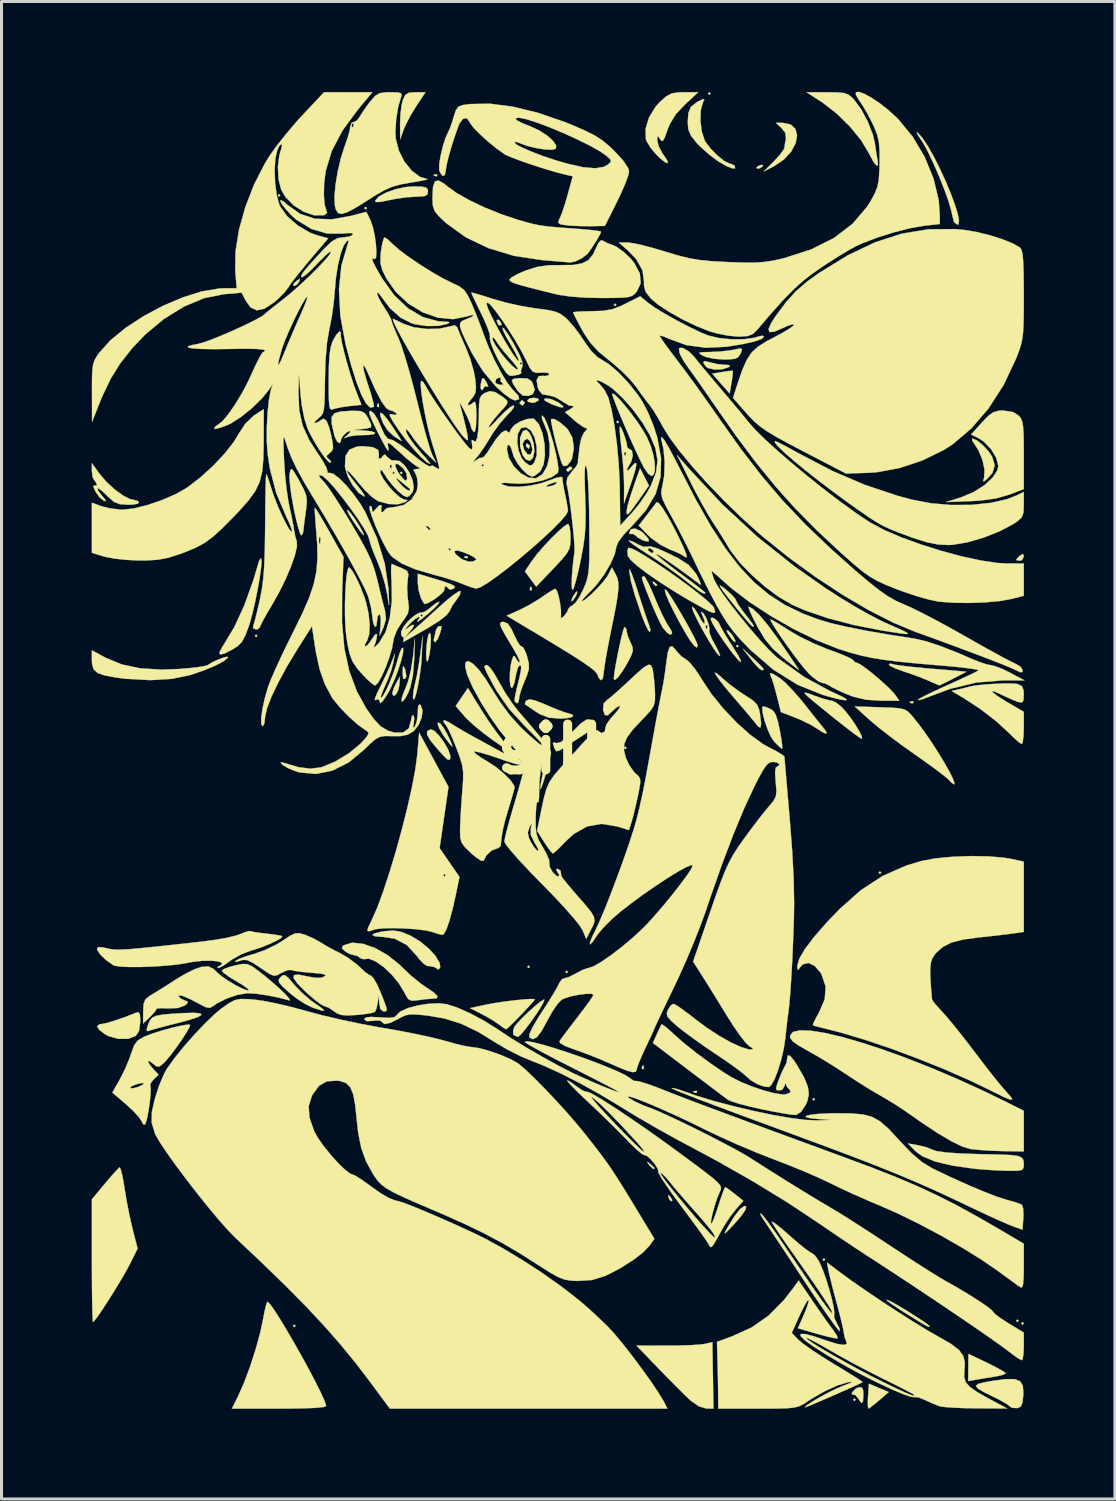
<source format=kicad_pcb>
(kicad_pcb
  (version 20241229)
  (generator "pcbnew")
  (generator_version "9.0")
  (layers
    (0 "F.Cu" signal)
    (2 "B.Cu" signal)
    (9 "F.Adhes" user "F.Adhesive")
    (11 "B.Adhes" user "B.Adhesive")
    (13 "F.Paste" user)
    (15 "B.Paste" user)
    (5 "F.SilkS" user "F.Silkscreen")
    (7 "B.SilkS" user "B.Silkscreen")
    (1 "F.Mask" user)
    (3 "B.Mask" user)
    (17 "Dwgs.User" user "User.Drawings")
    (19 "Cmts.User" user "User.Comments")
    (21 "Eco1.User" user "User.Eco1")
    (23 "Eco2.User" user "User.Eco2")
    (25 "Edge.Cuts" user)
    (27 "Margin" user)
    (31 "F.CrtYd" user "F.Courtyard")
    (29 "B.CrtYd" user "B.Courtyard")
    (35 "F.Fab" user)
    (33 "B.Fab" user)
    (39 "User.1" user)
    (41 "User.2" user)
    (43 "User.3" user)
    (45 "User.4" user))
  (footprint "silk"
    (layer "F.Cu")
    (at 15.499 21.861)
    (property "Reference" "silk" (at 0 0 0) (layer "F.SilkS") (effects (font (size 1.524 1.524) (thickness 0.3))))
    (attr through_hole)
    (fp_poly (pts (xy -9.991 -3.768) (xy -10.033 -3.725) (xy -10.075 -3.768) (xy -10.033 -3.81) (xy -9.991 -3.768)) (stroke (width 0.01) (type solid)) (fill yes) (layer "F.SilkS"))
    (fp_poly (pts (xy -9.229 -18.415) (xy -9.271 -18.373) (xy -9.313 -18.415) (xy -9.271 -18.457) (xy -9.229 -18.415)) (stroke (width 0.01) (type solid)) (fill yes) (layer "F.SilkS"))
    (fp_poly (pts (xy -8.721 19.177) (xy -8.763 19.219) (xy -8.805 19.177) (xy -8.763 19.135) (xy -8.721 19.177)) (stroke (width 0.01) (type solid)) (fill yes) (layer "F.SilkS"))
    (fp_poly (pts (xy -6.35 -17.992) (xy -6.392 -17.949) (xy -6.435 -17.992) (xy -6.392 -18.034) (xy -6.35 -17.992)) (stroke (width 0.01) (type solid)) (fill yes) (layer "F.SilkS"))
    (fp_poly (pts (xy -5.165 -9.186) (xy -5.207 -9.144) (xy -5.249 -9.186) (xy -5.207 -9.229) (xy -5.165 -9.186)) (stroke (width 0.01) (type solid)) (fill yes) (layer "F.SilkS"))
    (fp_poly (pts (xy -0.931 7.239) (xy -0.974 7.281) (xy -1.016 7.239) (xy -0.974 7.197) (xy -0.931 7.239)) (stroke (width 0.01) (type solid)) (fill yes) (layer "F.SilkS"))
    (fp_poly (pts (xy 0.339 7.408) (xy 0.296 7.451) (xy 0.254 7.408) (xy 0.296 7.366) (xy 0.339 7.408)) (stroke (width 0.01) (type solid)) (fill yes) (layer "F.SilkS"))
    (fp_poly (pts (xy 1.947 -14.774) (xy 1.905 -14.732) (xy 1.863 -14.774) (xy 1.905 -14.817) (xy 1.947 -14.774)) (stroke (width 0.01) (type solid)) (fill yes) (layer "F.SilkS"))
    (fp_poly (pts (xy 2.032 -10.88) (xy 1.99 -10.837) (xy 1.947 -10.88) (xy 1.99 -10.922) (xy 2.032 -10.88)) (stroke (width 0.01) (type solid)) (fill yes) (layer "F.SilkS"))
    (fp_poly (pts (xy 2.286 -0.042) (xy 2.244 0) (xy 2.201 -0.042) (xy 2.244 -0.085) (xy 2.286 -0.042)) (stroke (width 0.01) (type solid)) (fill yes) (layer "F.SilkS"))
    (fp_poly (pts (xy 5.08 -21.802) (xy 5.038 -21.759) (xy 4.995 -21.802) (xy 5.038 -21.844) (xy 5.08 -21.802)) (stroke (width 0.01) (type solid)) (fill yes) (layer "F.SilkS"))
    (fp_poly (pts (xy 6.011 -3.429) (xy 5.969 -3.387) (xy 5.927 -3.429) (xy 5.969 -3.471) (xy 6.011 -3.429)) (stroke (width 0.01) (type solid)) (fill yes) (layer "F.SilkS"))
    (fp_poly (pts (xy 8.551 11.642) (xy 8.509 11.684) (xy 8.467 11.642) (xy 8.509 11.599) (xy 8.551 11.642)) (stroke (width 0.01) (type solid)) (fill yes) (layer "F.SilkS"))
    (fp_poly (pts (xy 8.89 16.976) (xy 8.848 17.018) (xy 8.805 16.976) (xy 8.848 16.933) (xy 8.89 16.976)) (stroke (width 0.01) (type solid)) (fill yes) (layer "F.SilkS"))
    (fp_poly (pts (xy 9.906 21.632) (xy 9.864 21.675) (xy 9.821 21.632) (xy 9.864 21.59) (xy 9.906 21.632)) (stroke (width 0.01) (type solid)) (fill yes) (layer "F.SilkS"))
    (fp_poly (pts (xy 10.753 4.106) (xy 10.71 4.149) (xy 10.668 4.106) (xy 10.71 4.064) (xy 10.753 4.106)) (stroke (width 0.01) (type solid)) (fill yes) (layer "F.SilkS"))
    (fp_poly (pts (xy 15.325 19.008) (xy 15.282 19.05) (xy 15.24 19.008) (xy 15.282 18.965) (xy 15.325 19.008)) (stroke (width 0.01) (type solid)) (fill yes) (layer "F.SilkS"))
    (fp_poly (pts (xy 15.494 19.092) (xy 15.452 19.135) (xy 15.409 19.092) (xy 15.452 19.05) (xy 15.494 19.092)) (stroke (width 0.01) (type solid)) (fill yes) (layer "F.SilkS"))
    (fp_poly (pts (xy -5.955 -11.486) (xy -5.945 -11.386) (xy -5.955 -11.374) (xy -6.005 -11.385) (xy -6.011 -11.43) (xy -5.98 -11.5) (xy -5.955 -11.486)) (stroke (width 0.01) (type solid)) (fill yes) (layer "F.SilkS"))
    (fp_poly (pts (xy -4.008 -19.106) (xy -4.019 -19.056) (xy -4.064 -19.05) (xy -4.134 -19.081) (xy -4.12 -19.106) (xy -4.02 -19.117) (xy -4.008 -19.106)) (stroke (width 0.01) (type solid)) (fill yes) (layer "F.SilkS"))
    (fp_poly (pts (xy -2.992 -6.406) (xy -3.003 -6.356) (xy -3.048 -6.35) (xy -3.118 -6.381) (xy -3.104 -6.406) (xy -3.004 -6.417) (xy -2.992 -6.406)) (stroke (width 0.01) (type solid)) (fill yes) (layer "F.SilkS"))
    (fp_poly (pts (xy -0.875 -5.39) (xy -0.865 -5.29) (xy -0.875 -5.278) (xy -0.925 -5.289) (xy -0.931 -5.334) (xy -0.9 -5.404) (xy -0.875 -5.39)) (stroke (width 0.01) (type solid)) (fill yes) (layer "F.SilkS"))
    (fp_poly (pts (xy 2.85 10.527) (xy 2.861 10.627) (xy 2.85 10.64) (xy 2.8 10.628) (xy 2.794 10.583) (xy 2.825 10.514) (xy 2.85 10.527)) (stroke (width 0.01) (type solid)) (fill yes) (layer "F.SilkS"))
    (fp_poly (pts (xy 4.628 11.374) (xy 4.617 11.424) (xy 4.572 11.43) (xy 4.502 11.399) (xy 4.516 11.374) (xy 4.616 11.363) (xy 4.628 11.374)) (stroke (width 0.01) (type solid)) (fill yes) (layer "F.SilkS"))
    (fp_poly (pts (xy 11.825 -1.58) (xy 11.813 -1.53) (xy 11.769 -1.524) (xy 11.699 -1.555) (xy 11.712 -1.58) (xy 11.813 -1.591) (xy 11.825 -1.58)) (stroke (width 0.01) (type solid)) (fill yes) (layer "F.SilkS"))
    (fp_poly (pts (xy 3.204 -5.554) (xy 3.294 -5.475) (xy 3.302 -5.456) (xy 3.262 -5.421) (xy 3.178 -5.499) (xy 3.167 -5.516) (xy 3.157 -5.574) (xy 3.204 -5.554)) (stroke (width 0.01) (type solid)) (fill yes) (layer "F.SilkS"))
    (fp_poly (pts (xy 3.725 14.868) (xy 3.736 14.879) (xy 3.803 14.99) (xy 3.794 15.031) (xy 3.731 15.005) (xy 3.688 14.926) (xy 3.663 14.827) (xy 3.725 14.868)) (stroke (width 0.01) (type solid)) (fill yes) (layer "F.SilkS"))
    (fp_poly (pts (xy 6.815 -19.388) (xy 6.725 -19.318) (xy 6.627 -19.306) (xy 6.604 -19.337) (xy 6.67 -19.392) (xy 6.735 -19.421) (xy 6.823 -19.427) (xy 6.815 -19.388)) (stroke (width 0.01) (type solid)) (fill yes) (layer "F.SilkS"))
    (fp_poly (pts (xy -8.591 -15.575) (xy -8.601 -15.548) (xy -8.677 -15.444) (xy -8.767 -15.4) (xy -8.805 -15.441) (xy -8.749 -15.514) (xy -8.676 -15.58) (xy -8.585 -15.642) (xy -8.591 -15.575)) (stroke (width 0.01) (type solid)) (fill yes) (layer "F.SilkS"))
    (fp_poly (pts (xy -1.932 -14.242) (xy -1.867 -14.135) (xy -1.875 -14.098) (xy -1.964 -14.101) (xy -1.976 -14.111) (xy -2.031 -14.241) (xy -2.032 -14.255) (xy -1.989 -14.287) (xy -1.932 -14.242)) (stroke (width 0.01) (type solid)) (fill yes) (layer "F.SilkS"))
    (fp_poly (pts (xy -1.103 -11.535) (xy -1.101 -11.515) (xy -1.165 -11.432) (xy -1.185 -11.43) (xy -1.268 -11.494) (xy -1.27 -11.515) (xy -1.206 -11.597) (xy -1.185 -11.599) (xy -1.103 -11.535)) (stroke (width 0.01) (type solid)) (fill yes) (layer "F.SilkS"))
    (fp_poly (pts (xy -0.935 -10.099) (xy -0.931 -10.075) (xy -0.96 -9.993) (xy -0.969 -9.991) (xy -1.041 -10.05) (xy -1.058 -10.075) (xy -1.052 -10.153) (xy -1.021 -10.16) (xy -0.935 -10.099)) (stroke (width 0.01) (type solid)) (fill yes) (layer "F.SilkS"))
    (fp_poly (pts (xy -0.655 -11.657) (xy -0.635 -11.599) (xy -0.754 -11.528) (xy -0.852 -11.515) (xy -0.987 -11.551) (xy -1.016 -11.599) (xy -0.943 -11.662) (xy -0.799 -11.684) (xy -0.655 -11.657)) (stroke (width 0.01) (type solid)) (fill yes) (layer "F.SilkS"))
    (fp_poly (pts (xy 0.479 -9.346) (xy 0.466 -9.313) (xy 0.354 -9.232) (xy 0.329 -9.229) (xy 0.283 -9.281) (xy 0.296 -9.313) (xy 0.408 -9.395) (xy 0.433 -9.398) (xy 0.479 -9.346)) (stroke (width 0.01) (type solid)) (fill yes) (layer "F.SilkS"))
    (fp_poly (pts (xy 0.64 -5.187) (xy 0.593 -5.08) (xy 0.505 -4.947) (xy 0.46 -4.911) (xy 0.46 -4.973) (xy 0.508 -5.08) (xy 0.595 -5.213) (xy 0.641 -5.249) (xy 0.64 -5.187)) (stroke (width 0.01) (type solid)) (fill yes) (layer "F.SilkS"))
    (fp_poly (pts (xy 3.008 13.743) (xy 3.069 13.79) (xy 3.186 13.894) (xy 3.217 13.938) (xy 3.176 13.963) (xy 3.064 13.855) (xy 3.037 13.822) (xy 2.964 13.722) (xy 3.008 13.743)) (stroke (width 0.01) (type solid)) (fill yes) (layer "F.SilkS"))
    (fp_poly (pts (xy -5.27 -2.123) (xy -5.31 -1.95) (xy -5.382 -1.82) (xy -5.454 -1.768) (xy -5.498 -1.825) (xy -5.5 -1.877) (xy -5.457 -2.029) (xy -5.372 -2.201) (xy -5.248 -2.413) (xy -5.27 -2.123)) (stroke (width 0.01) (type solid)) (fill yes) (layer "F.SilkS"))
    (fp_poly (pts (xy -5.078 -2.648) (xy -5.072 -2.631) (xy -5.037 -2.418) (xy -5.077 -2.339) (xy -5.138 -2.335) (xy -5.16 -2.488) (xy -5.159 -2.544) (xy -5.152 -2.729) (xy -5.13 -2.758) (xy -5.078 -2.648)) (stroke (width 0.01) (type solid)) (fill yes) (layer "F.SilkS"))
    (fp_poly (pts (xy 5.659 -3.945) (xy 5.751 -3.854) (xy 5.845 -3.718) (xy 5.904 -3.598) (xy 5.898 -3.556) (xy 5.823 -3.613) (xy 5.781 -3.662) (xy 5.653 -3.846) (xy 5.609 -3.948) (xy 5.659 -3.945)) (stroke (width 0.01) (type solid)) (fill yes) (layer "F.SilkS"))
    (fp_poly (pts (xy 15.494 -6.416) (xy 15.494 -6.403) (xy 15.431 -6.284) (xy 15.367 -6.265) (xy 15.254 -6.283) (xy 15.24 -6.297) (xy 15.296 -6.37) (xy 15.367 -6.435) (xy 15.467 -6.494) (xy 15.494 -6.416)) (stroke (width 0.01) (type solid)) (fill yes) (layer "F.SilkS"))
    (fp_poly (pts (xy 5.819 -12.58) (xy 5.818 -12.494) (xy 5.793 -12.298) (xy 5.776 -12.195) (xy 5.713 -11.827) (xy 5.423 -12.157) (xy 5.134 -12.487) (xy 5.467 -12.542) (xy 5.681 -12.573) (xy 5.807 -12.582) (xy 5.819 -12.58)) (stroke (width 0.01) (type solid)) (fill yes) (layer "F.SilkS"))
    (fp_poly (pts (xy 6.504 -3.01) (xy 6.718 -2.805) (xy 6.825 -2.689) (xy 6.844 -2.637) (xy 6.792 -2.625) (xy 6.78 -2.625) (xy 6.689 -2.687) (xy 6.539 -2.846) (xy 6.427 -2.985) (xy 6.15 -3.344) (xy 6.504 -3.01)) (stroke (width 0.01) (type solid)) (fill yes) (layer "F.SilkS"))
    (fp_poly (pts (xy 10.674 21.24) (xy 11.003 21.378) (xy 10.687 21.65) (xy 10.497 21.808) (xy 10.363 21.908) (xy 10.329 21.926) (xy 10.31 21.852) (xy 10.308 21.66) (xy 10.316 21.515) (xy 10.344 21.101) (xy 10.674 21.24)) (stroke (width 0.01) (type solid)) (fill yes) (layer "F.SilkS"))
    (fp_poly (pts (xy -0.233 -11.642) (xy -0.016 -11.547) (xy 0.024 -11.523) (xy 0.17 -11.411) (xy 0.175 -11.361) (xy 0.058 -11.375) (xy -0.164 -11.455) (xy -0.254 -11.494) (xy -0.429 -11.586) (xy -0.455 -11.641) (xy -0.4 -11.663) (xy -0.233 -11.642)) (stroke (width 0.01) (type solid)) (fill yes) (layer "F.SilkS"))
    (fp_poly (pts (xy -4.23 -3.812) (xy -4.222 -3.64) (xy -4.235 -3.41) (xy -4.264 -3.174) (xy -4.305 -2.988) (xy -4.342 -2.911) (xy -4.368 -2.955) (xy -4.378 -3.128) (xy -4.372 -3.348) (xy -4.344 -3.618) (xy -4.301 -3.809) (xy -4.263 -3.871) (xy -4.23 -3.812)) (stroke (width 0.01) (type solid)) (fill yes) (layer "F.SilkS"))
    (fp_poly (pts (xy -3.904 -0.846) (xy -3.785 -0.688) (xy -3.685 -0.511) (xy -3.574 -0.281) (xy -3.512 -0.126) (xy -3.508 -0.085) (xy -3.574 -0.148) (xy -3.701 -0.312) (xy -3.806 -0.46) (xy -3.938 -0.68) (xy -3.995 -0.837) (xy -3.983 -0.887) (xy -3.904 -0.846)) (stroke (width 0.01) (type solid)) (fill yes) (layer "F.SilkS"))
    (fp_poly (pts (xy -3.878 -3.995) (xy -3.919 -3.846) (xy -3.997 -3.655) (xy -4.076 -3.559) (xy -4.087 -3.556) (xy -4.13 -3.619) (xy -4.115 -3.69) (xy -4.069 -3.874) (xy -4.064 -3.935) (xy -3.996 -4.061) (xy -3.947 -4.091) (xy -3.877 -4.093) (xy -3.878 -3.995)) (stroke (width 0.01) (type solid)) (fill yes) (layer "F.SilkS"))
    (fp_poly (pts (xy -2.366 -12.184) (xy -2.365 -12.182) (xy -2.314 -12.058) (xy -2.362 -12.06) (xy -2.446 -12.061) (xy -2.455 -12.028) (xy -2.509 -11.941) (xy -2.528 -11.938) (xy -2.569 -12.008) (xy -2.561 -12.15) (xy -2.516 -12.323) (xy -2.46 -12.333) (xy -2.366 -12.184)) (stroke (width 0.01) (type solid)) (fill yes) (layer "F.SilkS"))
    (fp_poly (pts (xy 5.043 -12.867) (xy 5.292 -12.806) (xy 5.53 -12.783) (xy 5.698 -12.771) (xy 5.713 -12.731) (xy 5.673 -12.7) (xy 5.467 -12.632) (xy 5.214 -12.623) (xy 4.996 -12.673) (xy 4.928 -12.717) (xy 4.831 -12.852) (xy 4.878 -12.905) (xy 5.043 -12.867)) (stroke (width 0.01) (type solid)) (fill yes) (layer "F.SilkS"))
    (fp_poly (pts (xy -4.706 -21.385) (xy -4.89 -21.084) (xy -5.048 -20.782) (xy -5.126 -20.601) (xy -5.242 -20.278) (xy -5.246 -20.794) (xy -5.232 -21.124) (xy -5.193 -21.426) (xy -5.156 -21.577) (xy -5.075 -21.753) (xy -4.953 -21.828) (xy -4.732 -21.844) (xy -4.401 -21.844) (xy -4.706 -21.385)) (stroke (width 0.01) (type solid)) (fill yes) (layer "F.SilkS"))
    (fp_poly (pts (xy 2.882 -9.053) (xy 3.031 -8.765) (xy 2.688 -8.277) (xy 2.492 -8.002) (xy 2.372 -7.85) (xy 2.311 -7.805) (xy 2.288 -7.849) (xy 2.286 -7.904) (xy 2.316 -8.084) (xy 2.408 -8.401) (xy 2.564 -8.864) (xy 2.601 -8.967) (xy 2.734 -9.34) (xy 2.882 -9.053)) (stroke (width 0.01) (type solid)) (fill yes) (layer "F.SilkS"))
    (fp_poly (pts (xy 6.262 15.205) (xy 6.246 15.303) (xy 6.125 15.488) (xy 5.917 15.734) (xy 5.904 15.748) (xy 5.688 15.979) (xy 5.573 16.092) (xy 5.547 16.095) (xy 5.596 15.994) (xy 5.662 15.875) (xy 5.879 15.522) (xy 6.063 15.29) (xy 6.201 15.191) (xy 6.262 15.205)) (stroke (width 0.01) (type solid)) (fill yes) (layer "F.SilkS"))
    (fp_poly (pts (xy 10.153 21.32) (xy 10.16 21.471) (xy 10.147 21.69) (xy 10.104 21.746) (xy 10.022 21.646) (xy 9.989 21.588) (xy 9.889 21.473) (xy 9.818 21.465) (xy 9.773 21.448) (xy 9.786 21.391) (xy 9.901 21.268) (xy 9.997 21.225) (xy 10.108 21.222) (xy 10.153 21.32)) (stroke (width 0.01) (type solid)) (fill yes) (layer "F.SilkS"))
    (fp_poly (pts (xy -6.972 -7.94) (xy -6.863 -7.815) (xy -6.728 -7.627) (xy -6.596 -7.419) (xy -6.495 -7.238) (xy -6.452 -7.127) (xy -6.46 -7.112) (xy -6.52 -7.177) (xy -6.646 -7.348) (xy -6.81 -7.589) (xy -6.816 -7.599) (xy -6.95 -7.814) (xy -7.009 -7.939) (xy -6.985 -7.95) (xy -6.972 -7.94)) (stroke (width 0.01) (type solid)) (fill yes) (layer "F.SilkS"))
    (fp_poly (pts (xy -5.825 -11.153) (xy -5.677 -10.981) (xy -5.526 -10.767) (xy -5.361 -10.516) (xy -5.242 -10.332) (xy -5.192 -10.247) (xy -5.192 -10.245) (xy -5.265 -10.287) (xy -5.424 -10.389) (xy -5.453 -10.408) (xy -5.663 -10.606) (xy -5.815 -10.846) (xy -5.901 -11.087) (xy -5.902 -11.189) (xy -5.825 -11.153)) (stroke (width 0.01) (type solid)) (fill yes) (layer "F.SilkS"))
    (fp_poly (pts (xy -4.778 -2.963) (xy -4.821 -2.436) (xy -4.911 -2.036) (xy -4.974 -1.876) (xy -5.081 -1.679) (xy -5.165 -1.583) (xy -5.193 -1.587) (xy -5.188 -1.703) (xy -5.118 -1.908) (xy -5.066 -2.021) (xy -4.968 -2.29) (xy -4.88 -2.652) (xy -4.822 -3.03) (xy -4.753 -3.683) (xy -4.778 -2.963)) (stroke (width 0.01) (type solid)) (fill yes) (layer "F.SilkS"))
    (fp_poly (pts (xy -1.018 -12.327) (xy -0.881 -12.245) (xy -0.849 -12.195) (xy -0.767 -11.958) (xy -0.829 -11.808) (xy -0.976 -11.748) (xy -1.167 -11.759) (xy -1.324 -11.901) (xy -1.343 -11.928) (xy -1.489 -12.149) (xy -1.529 -12.268) (xy -1.457 -12.319) (xy -1.266 -12.338) (xy -1.263 -12.338) (xy -1.018 -12.327)) (stroke (width 0.01) (type solid)) (fill yes) (layer "F.SilkS"))
    (fp_poly (pts (xy 2.761 -7.251) (xy 2.86 -7.169) (xy 3.013 -6.993) (xy 3.025 -6.909) (xy 2.899 -6.921) (xy 2.824 -6.947) (xy 2.655 -7.039) (xy 2.585 -7.107) (xy 2.484 -7.162) (xy 2.449 -7.151) (xy 2.376 -7.165) (xy 2.371 -7.194) (xy 2.429 -7.315) (xy 2.575 -7.334) (xy 2.761 -7.251)) (stroke (width 0.01) (type solid)) (fill yes) (layer "F.SilkS"))
    (fp_poly (pts (xy 14.272 20.404) (xy 14.559 20.548) (xy 14.777 20.668) (xy 14.889 20.743) (xy 14.896 20.754) (xy 14.825 20.797) (xy 14.638 20.845) (xy 14.541 20.862) (xy 14.24 20.91) (xy 13.957 20.958) (xy 13.913 20.965) (xy 13.645 21.014) (xy 13.649 20.561) (xy 13.653 20.108) (xy 14.272 20.404)) (stroke (width 0.01) (type solid)) (fill yes) (layer "F.SilkS"))
    (fp_poly (pts (xy -4.104 -0.607) (xy -3.947 -0.448) (xy -3.785 -0.228) (xy -3.651 0.006) (xy -3.577 0.206) (xy -3.572 0.281) (xy -3.601 0.356) (xy -3.667 0.343) (xy -3.794 0.227) (xy -4.001 -0.003) (xy -4.235 -0.289) (xy -4.348 -0.481) (xy -4.346 -0.598) (xy -4.236 -0.656) (xy -4.223 -0.659) (xy -4.104 -0.607)) (stroke (width 0.01) (type solid)) (fill yes) (layer "F.SilkS"))
    (fp_poly (pts (xy -4.528 -3.048) (xy -4.55 -2.766) (xy -4.59 -2.464) (xy -4.639 -2.172) (xy -4.693 -1.918) (xy -4.744 -1.732) (xy -4.786 -1.644) (xy -4.813 -1.683) (xy -4.817 -1.736) (xy -4.8 -1.93) (xy -4.748 -2.182) (xy -4.74 -2.213) (xy -4.685 -2.455) (xy -4.626 -2.792) (xy -4.575 -3.144) (xy -4.496 -3.768) (xy -4.528 -3.048)) (stroke (width 0.01) (type solid)) (fill yes) (layer "F.SilkS"))
    (fp_poly (pts (xy -0.118 -10.978) (xy 0.061 -10.875) (xy 0.27 -10.697) (xy 0.329 -10.637) (xy 0.483 -10.361) (xy 0.534 -10.018) (xy 0.474 -9.677) (xy 0.432 -9.583) (xy 0.307 -9.428) (xy 0.191 -9.414) (xy 0.129 -9.504) (xy 0.045 -9.781) (xy -0.043 -10.102) (xy -0.123 -10.425) (xy -0.187 -10.707) (xy -0.224 -10.906) (xy -0.225 -10.979) (xy -0.118 -10.978)) (stroke (width 0.01) (type solid)) (fill yes) (layer "F.SilkS"))
    (fp_poly (pts (xy 5.157 20.824) (xy 5.175 21.929) (xy 4.937 21.925) (xy 4.691 21.853) (xy 4.418 21.664) (xy 4.403 21.65) (xy 4.227 21.482) (xy 3.969 21.226) (xy 3.665 20.918) (xy 3.36 20.605) (xy 2.614 19.832) (xy 3.614 19.834) (xy 4.036 19.83) (xy 4.419 19.818) (xy 4.719 19.799) (xy 4.877 19.778) (xy 5.139 19.72) (xy 5.157 20.824)) (stroke (width 0.01) (type solid)) (fill yes) (layer "F.SilkS"))
    (fp_poly (pts (xy 13.935 -10.267) (xy 14.131 -10.11) (xy 14.321 -9.906) (xy 14.442 -9.725) (xy 14.528 -9.439) (xy 14.456 -9.19) (xy 14.295 -9.007) (xy 14.17 -8.901) (xy 14.142 -8.916) (xy 14.175 -9.034) (xy 14.189 -9.29) (xy 14.122 -9.612) (xy 13.991 -9.93) (xy 13.879 -10.107) (xy 13.783 -10.254) (xy 13.775 -10.328) (xy 13.783 -10.329) (xy 13.935 -10.267)) (stroke (width 0.01) (type solid)) (fill yes) (layer "F.SilkS"))
    (fp_poly (pts (xy 6.126 -13.306) (xy 6.099 -13.206) (xy 6.076 -13.155) (xy 6.002 -13.039) (xy 5.886 -12.979) (xy 5.677 -12.958) (xy 5.511 -12.957) (xy 5.204 -12.98) (xy 4.936 -13.037) (xy 4.826 -13.081) (xy 4.716 -13.15) (xy 4.711 -13.187) (xy 4.833 -13.202) (xy 5.08 -13.207) (xy 5.413 -13.224) (xy 5.731 -13.261) (xy 5.857 -13.284) (xy 6.056 -13.325) (xy 6.126 -13.306)) (stroke (width 0.01) (type solid)) (fill yes) (layer "F.SilkS"))
    (fp_poly (pts (xy -13.897 8.826) (xy -13.885 9.033) (xy -13.885 9.062) (xy -13.926 9.372) (xy -14.034 9.534) (xy -14.283 9.631) (xy -14.605 9.634) (xy -14.932 9.544) (xy -15.05 9.484) (xy -15.251 9.332) (xy -15.319 9.214) (xy -15.246 9.149) (xy -15.177 9.141) (xy -15.015 9.11) (xy -14.751 9.032) (xy -14.437 8.925) (xy -14.127 8.806) (xy -14.034 8.767) (xy -13.94 8.749) (xy -13.897 8.826)) (stroke (width 0.01) (type solid)) (fill yes) (layer "F.SilkS"))
    (fp_poly (pts (xy -4.53 -18.705) (xy -4.383 -18.676) (xy -4.325 -18.611) (xy -4.318 -18.542) (xy -4.342 -18.438) (xy -4.441 -18.388) (xy -4.658 -18.372) (xy -4.72 -18.371) (xy -5.041 -18.35) (xy -5.415 -18.295) (xy -5.613 -18.255) (xy -5.904 -18.196) (xy -6.051 -18.194) (xy -6.074 -18.235) (xy -5.958 -18.371) (xy -5.719 -18.504) (xy -5.406 -18.617) (xy -5.064 -18.691) (xy -4.808 -18.711) (xy -4.53 -18.705)) (stroke (width 0.01) (type solid)) (fill yes) (layer "F.SilkS"))
    (fp_poly (pts (xy -2.562 -1.334) (xy -2.327 -0.97) (xy -2.074 -0.608) (xy -1.845 -0.31) (xy -1.78 -0.233) (xy -1.602 -0.026) (xy -1.485 0.119) (xy -1.456 0.169) (xy -1.534 0.124) (xy -1.718 0.003) (xy -1.978 -0.174) (xy -2.15 -0.293) (xy -2.483 -0.54) (xy -2.798 -0.799) (xy -3.043 -1.027) (xy -3.105 -1.095) (xy -3.396 -1.435) (xy -3.193 -1.734) (xy -2.99 -2.032) (xy -2.562 -1.334)) (stroke (width 0.01) (type solid)) (fill yes) (layer "F.SilkS"))
    (fp_poly (pts (xy -0.45 8.327) (xy -0.472 8.413) (xy -0.574 8.592) (xy -0.728 8.828) (xy -0.906 9.081) (xy -1.083 9.314) (xy -1.231 9.488) (xy -1.322 9.566) (xy -1.329 9.567) (xy -1.463 9.507) (xy -1.481 9.484) (xy -1.486 9.351) (xy -1.446 9.24) (xy -1.349 9.113) (xy -1.178 8.932) (xy -0.968 8.73) (xy -0.756 8.54) (xy -0.577 8.395) (xy -0.466 8.327) (xy -0.45 8.327)) (stroke (width 0.01) (type solid)) (fill yes) (layer "F.SilkS"))
    (fp_poly (pts (xy 2.399 -5.963) (xy 2.462 -5.82) (xy 2.555 -5.565) (xy 2.658 -5.249) (xy 2.782 -4.861) (xy 2.898 -4.511) (xy 2.99 -4.244) (xy 3.033 -4.128) (xy 3.079 -3.965) (xy 3.059 -3.895) (xy 3.057 -3.895) (xy 2.997 -3.969) (xy 2.902 -4.164) (xy 2.791 -4.443) (xy 2.768 -4.508) (xy 2.56 -5.127) (xy 2.429 -5.596) (xy 2.376 -5.916) (xy 2.375 -5.969) (xy 2.399 -5.963)) (stroke (width 0.01) (type solid)) (fill yes) (layer "F.SilkS"))
    (fp_poly (pts (xy 3.648 -5.233) (xy 3.778 -5.039) (xy 3.947 -4.766) (xy 4.133 -4.449) (xy 4.317 -4.125) (xy 4.478 -3.828) (xy 4.596 -3.594) (xy 4.65 -3.458) (xy 4.651 -3.45) (xy 4.626 -3.377) (xy 4.536 -3.438) (xy 4.395 -3.62) (xy 4.263 -3.831) (xy 4.038 -4.23) (xy 3.843 -4.6) (xy 3.69 -4.918) (xy 3.591 -5.158) (xy 3.557 -5.294) (xy 3.577 -5.314) (xy 3.648 -5.233)) (stroke (width 0.01) (type solid)) (fill yes) (layer "F.SilkS"))
    (fp_poly (pts (xy 5.232 -4.33) (xy 5.336 -4.229) (xy 5.374 -4.157) (xy 5.44 -4.02) (xy 5.575 -3.788) (xy 5.752 -3.506) (xy 5.792 -3.445) (xy 5.984 -3.138) (xy 6.082 -2.951) (xy 6.088 -2.891) (xy 6.002 -2.962) (xy 5.826 -3.171) (xy 5.742 -3.281) (xy 5.514 -3.595) (xy 5.314 -3.895) (xy 5.164 -4.144) (xy 5.086 -4.307) (xy 5.08 -4.337) (xy 5.128 -4.377) (xy 5.232 -4.33)) (stroke (width 0.01) (type solid)) (fill yes) (layer "F.SilkS"))
    (fp_poly (pts (xy 6.897 -1.408) (xy 7.048 -1.349) (xy 7.165 -1.272) (xy 7.249 -1.141) (xy 7.32 -0.914) (xy 7.381 -0.626) (xy 7.433 -0.33) (xy 7.461 -0.112) (xy 7.459 -0.012) (xy 7.455 -0.01) (xy 7.373 -0.073) (xy 7.227 -0.216) (xy 7.188 -0.257) (xy 7.081 -0.422) (xy 6.972 -0.668) (xy 6.877 -0.943) (xy 6.813 -1.196) (xy 6.796 -1.374) (xy 6.812 -1.421) (xy 6.897 -1.408)) (stroke (width 0.01) (type solid)) (fill yes) (layer "F.SilkS"))
    (fp_poly (pts (xy 7.743 -20.772) (xy 7.903 -20.621) (xy 7.956 -20.403) (xy 7.906 -20.144) (xy 7.76 -19.871) (xy 7.523 -19.611) (xy 7.2 -19.391) (xy 7.183 -19.381) (xy 6.851 -19.212) (xy 7.193 -19.554) (xy 7.38 -19.759) (xy 7.505 -19.928) (xy 7.536 -20.003) (xy 7.558 -20.168) (xy 7.586 -20.289) (xy 7.563 -20.497) (xy 7.442 -20.649) (xy 7.249 -20.828) (xy 7.471 -20.828) (xy 7.743 -20.772)) (stroke (width 0.01) (type solid)) (fill yes) (layer "F.SilkS"))
    (fp_poly (pts (xy 11.013 18.337) (xy 11.091 18.376) (xy 11.285 18.483) (xy 11.538 18.634) (xy 11.809 18.803) (xy 12.062 18.967) (xy 12.258 19.099) (xy 12.356 19.176) (xy 12.361 19.185) (xy 12.353 19.209) (xy 12.31 19.201) (xy 12.205 19.147) (xy 12.012 19.032) (xy 11.703 18.842) (xy 11.682 18.829) (xy 11.36 18.626) (xy 11.118 18.464) (xy 10.97 18.355) (xy 10.93 18.309) (xy 11.013 18.337)) (stroke (width 0.01) (type solid)) (fill yes) (layer "F.SilkS"))
    (fp_poly (pts (xy -11.889 8.788) (xy -11.85 8.836) (xy -11.973 8.909) (xy -12.256 9.005) (xy -12.697 9.122) (xy -12.7 9.122) (xy -13.044 9.209) (xy -13.337 9.287) (xy -13.531 9.343) (xy -13.566 9.356) (xy -13.66 9.378) (xy -13.67 9.309) (xy -13.621 9.152) (xy -13.565 9.019) (xy -13.485 8.926) (xy -13.351 8.865) (xy -13.132 8.825) (xy -12.797 8.796) (xy -12.457 8.776) (xy -12.091 8.767) (xy -11.889 8.788)) (stroke (width 0.01) (type solid)) (fill yes) (layer "F.SilkS"))
    (fp_poly (pts (xy -9.051 7.526) (xy -8.93 7.639) (xy -8.779 7.818) (xy -8.518 8.093) (xy -8.21 8.359) (xy -8.073 8.457) (xy -7.846 8.614) (xy -7.765 8.692) (xy -7.833 8.696) (xy -8.052 8.628) (xy -8.174 8.586) (xy -8.424 8.462) (xy -8.72 8.265) (xy -8.936 8.091) (xy -9.157 7.888) (xy -9.267 7.759) (xy -9.284 7.67) (xy -9.228 7.588) (xy -9.221 7.58) (xy -9.136 7.513) (xy -9.051 7.526)) (stroke (width 0.01) (type solid)) (fill yes) (layer "F.SilkS"))
    (fp_poly (pts (xy 0.394 -7.381) (xy 0.419 -7.167) (xy 0.423 -7.022) (xy 0.417 -6.822) (xy 0.383 -6.664) (xy 0.3 -6.509) (xy 0.145 -6.318) (xy -0.103 -6.051) (xy -0.148 -6.004) (xy -0.72 -5.404) (xy -0.907 -5.658) (xy -1.095 -5.912) (xy -0.878 -6.237) (xy -0.709 -6.464) (xy -0.489 -6.722) (xy -0.247 -6.982) (xy -0.012 -7.215) (xy 0.186 -7.391) (xy 0.32 -7.481) (xy 0.353 -7.484) (xy 0.394 -7.381)) (stroke (width 0.01) (type solid)) (fill yes) (layer "F.SilkS"))
    (fp_poly (pts (xy 1.173 -0.884) (xy 1.144 -0.734) (xy 0.968 -0.553) (xy 0.826 -0.454) (xy 0.559 -0.284) (xy 0.311 -0.122) (xy 0.236 -0.072) (xy 0.052 0.047) (xy -0.043 0.071) (xy -0.097 0.004) (xy -0.118 -0.049) (xy -0.164 -0.197) (xy -0.121 -0.225) (xy -0.039 -0.199) (xy 0.102 -0.234) (xy 0.326 -0.414) (xy 0.502 -0.595) (xy 0.766 -0.857) (xy 0.953 -0.982) (xy 1.049 -0.989) (xy 1.173 -0.884)) (stroke (width 0.01) (type solid)) (fill yes) (layer "F.SilkS"))
    (fp_poly (pts (xy 5.5 -5.378) (xy 5.607 -5.292) (xy 5.791 -5.124) (xy 5.905 -4.991) (xy 5.921 -4.953) (xy 5.974 -4.844) (xy 6.104 -4.654) (xy 6.224 -4.497) (xy 6.385 -4.289) (xy 6.492 -4.141) (xy 6.519 -4.094) (xy 6.498 -4.067) (xy 6.423 -4.123) (xy 6.281 -4.278) (xy 6.056 -4.548) (xy 5.95 -4.678) (xy 5.659 -5.042) (xy 5.473 -5.286) (xy 5.387 -5.417) (xy 5.398 -5.445) (xy 5.5 -5.378)) (stroke (width 0.01) (type solid)) (fill yes) (layer "F.SilkS"))
    (fp_poly (pts (xy -0.769 8.314) (xy -0.762 8.321) (xy -0.816 8.392) (xy -0.956 8.547) (xy -1.145 8.75) (xy -1.351 8.963) (xy -1.538 9.152) (xy -1.672 9.279) (xy -1.717 9.313) (xy -1.804 9.267) (xy -1.957 9.156) (xy -2.156 9.021) (xy -2.424 8.865) (xy -2.54 8.804) (xy -2.921 8.61) (xy -2.371 8.492) (xy -2.091 8.44) (xy -1.762 8.392) (xy -1.424 8.35) (xy -1.119 8.321) (xy -0.887 8.307) (xy -0.769 8.314)) (stroke (width 0.01) (type solid)) (fill yes) (layer "F.SilkS"))
    (fp_poly (pts (xy -0.758 -1.619) (xy -0.467 -1.507) (xy -0.342 -1.452) (xy -0.039 -1.324) (xy 0.213 -1.23) (xy 0.369 -1.186) (xy 0.382 -1.185) (xy 0.494 -1.139) (xy 0.508 -1.101) (xy 0.432 -1.053) (xy 0.235 -1.023) (xy 0.062 -1.016) (xy -0.296 -1.047) (xy -0.59 -1.16) (xy -0.721 -1.241) (xy -0.926 -1.379) (xy -1.066 -1.475) (xy -1.095 -1.496) (xy -1.078 -1.572) (xy -1.035 -1.623) (xy -0.938 -1.656) (xy -0.758 -1.619)) (stroke (width 0.01) (type solid)) (fill yes) (layer "F.SilkS"))
    (fp_poly (pts (xy 3.353 -8.188) (xy 3.478 -8.029) (xy 3.65 -7.753) (xy 3.855 -7.377) (xy 3.983 -7.126) (xy 4.168 -6.738) (xy 4.269 -6.49) (xy 4.286 -6.377) (xy 4.221 -6.395) (xy 4.185 -6.425) (xy 4.064 -6.495) (xy 3.845 -6.592) (xy 3.714 -6.643) (xy 3.412 -6.797) (xy 3.109 -7.016) (xy 3.005 -7.112) (xy 2.689 -7.436) (xy 2.974 -7.803) (xy 3.136 -8.014) (xy 3.251 -8.165) (xy 3.286 -8.211) (xy 3.353 -8.188)) (stroke (width 0.01) (type solid)) (fill yes) (layer "F.SilkS"))
    (fp_poly (pts (xy 11.094 -2.835) (xy 11.206 -2.808) (xy 11.454 -2.773) (xy 11.805 -2.733) (xy 12.226 -2.692) (xy 12.385 -2.678) (xy 13.589 -2.575) (xy 13.147 -2.346) (xy 12.908 -2.224) (xy 12.738 -2.144) (xy 12.682 -2.123) (xy 12.597 -2.157) (xy 12.411 -2.239) (xy 12.306 -2.285) (xy 12.015 -2.403) (xy 11.664 -2.53) (xy 11.48 -2.591) (xy 11.227 -2.682) (xy 11.055 -2.767) (xy 11.007 -2.814) (xy 11.06 -2.85) (xy 11.094 -2.835)) (stroke (width 0.01) (type solid)) (fill yes) (layer "F.SilkS"))
    (fp_poly (pts (xy 15.194 20.949) (xy 15.375 21.02) (xy 15.463 21.171) (xy 15.481 21.414) (xy 15.477 21.49) (xy 15.448 21.739) (xy 15.389 21.864) (xy 15.277 21.911) (xy 15.269 21.912) (xy 15.103 21.901) (xy 15.038 21.86) (xy 14.94 21.782) (xy 14.737 21.665) (xy 14.543 21.566) (xy 14.177 21.385) (xy 13.963 21.258) (xy 13.9 21.169) (xy 13.984 21.104) (xy 14.214 21.048) (xy 14.46 21.005) (xy 14.897 20.948) (xy 15.194 20.949)) (stroke (width 0.01) (type solid)) (fill yes) (layer "F.SilkS"))
    (fp_poly (pts (xy -4.219 -5.703) (xy -3.827 -5.583) (xy -3.577 -5.496) (xy -3.45 -5.432) (xy -3.424 -5.379) (xy -3.474 -5.332) (xy -3.596 -5.302) (xy -3.627 -5.337) (xy -3.714 -5.417) (xy -3.73 -5.419) (xy -3.775 -5.358) (xy -3.765 -5.313) (xy -3.811 -5.227) (xy -3.954 -5.097) (xy -4.14 -4.961) (xy -4.32 -4.859) (xy -4.427 -4.826) (xy -4.482 -4.894) (xy -4.558 -5.042) (xy -4.629 -5.284) (xy -4.657 -5.545) (xy -4.657 -5.833) (xy -4.219 -5.703)) (stroke (width 0.01) (type solid)) (fill yes) (layer "F.SilkS"))
    (fp_poly (pts (xy 2.278 -3.995) (xy 2.286 -3.933) (xy 2.323 -3.769) (xy 2.413 -3.555) (xy 2.417 -3.549) (xy 2.485 -3.394) (xy 2.494 -3.262) (xy 2.433 -3.094) (xy 2.318 -2.874) (xy 2.155 -2.601) (xy 2.012 -2.403) (xy 1.907 -2.305) (xy 1.862 -2.33) (xy 1.861 -2.339) (xy 1.875 -2.499) (xy 1.916 -2.757) (xy 1.975 -3.072) (xy 2.042 -3.401) (xy 2.11 -3.703) (xy 2.17 -3.935) (xy 2.212 -4.056) (xy 2.221 -4.064) (xy 2.278 -3.995)) (stroke (width 0.01) (type solid)) (fill yes) (layer "F.SilkS"))
    (fp_poly (pts (xy 5.277 -2.527) (xy 5.438 -2.39) (xy 5.472 -2.358) (xy 5.742 -2.131) (xy 6.065 -1.895) (xy 6.235 -1.785) (xy 6.483 -1.623) (xy 6.623 -1.484) (xy 6.694 -1.315) (xy 6.728 -1.134) (xy 6.759 -0.849) (xy 6.742 -0.721) (xy 6.673 -0.74) (xy 6.595 -0.834) (xy 6.491 -0.965) (xy 6.305 -1.187) (xy 6.068 -1.465) (xy 5.898 -1.662) (xy 5.604 -2.008) (xy 5.389 -2.278) (xy 5.258 -2.461) (xy 5.219 -2.547) (xy 5.277 -2.527)) (stroke (width 0.01) (type solid)) (fill yes) (layer "F.SilkS"))
    (fp_poly (pts (xy 6.485 -4.668) (xy 6.701 -4.46) (xy 6.978 -4.13) (xy 7.305 -3.689) (xy 7.442 -3.493) (xy 7.666 -3.163) (xy 7.848 -2.892) (xy 7.972 -2.705) (xy 8.019 -2.628) (xy 8.018 -2.628) (xy 7.949 -2.678) (xy 7.781 -2.808) (xy 7.546 -2.994) (xy 7.479 -3.048) (xy 7.142 -3.347) (xy 6.883 -3.661) (xy 6.643 -4.062) (xy 6.622 -4.103) (xy 6.477 -4.39) (xy 6.377 -4.61) (xy 6.336 -4.729) (xy 6.34 -4.741) (xy 6.485 -4.668)) (stroke (width 0.01) (type solid)) (fill yes) (layer "F.SilkS"))
    (fp_poly (pts (xy -9.863 -6.336) (xy -9.851 -6.228) (xy -9.872 -5.994) (xy -9.919 -5.668) (xy -9.986 -5.29) (xy -10.066 -4.895) (xy -10.152 -4.522) (xy -10.238 -4.206) (xy -10.27 -4.106) (xy -10.39 -3.782) (xy -10.502 -3.572) (xy -10.64 -3.43) (xy -10.802 -3.325) (xy -11.08 -3.182) (xy -11.229 -3.145) (xy -11.253 -3.217) (xy -11.157 -3.399) (xy -11.123 -3.45) (xy -10.756 -4.062) (xy -10.427 -4.777) (xy -10.124 -5.62) (xy -9.935 -6.256) (xy -9.885 -6.34) (xy -9.863 -6.336)) (stroke (width 0.01) (type solid)) (fill yes) (layer "F.SilkS"))
    (fp_poly (pts (xy -8.777 -9.232) (xy -8.655 -9.025) (xy -8.588 -8.904) (xy -8.44 -8.624) (xy -8.364 -8.421) (xy -8.345 -8.223) (xy -8.372 -7.959) (xy -8.386 -7.861) (xy -8.426 -7.565) (xy -8.455 -7.329) (xy -8.465 -7.218) (xy -8.51 -7.119) (xy -8.534 -7.112) (xy -8.577 -7.19) (xy -8.642 -7.4) (xy -8.718 -7.71) (xy -8.785 -8.022) (xy -8.856 -8.419) (xy -8.904 -8.777) (xy -8.925 -9.05) (xy -8.918 -9.171) (xy -8.888 -9.288) (xy -8.847 -9.314) (xy -8.777 -9.232)) (stroke (width 0.01) (type solid)) (fill yes) (layer "F.SilkS"))
    (fp_poly (pts (xy 2.922 -5.684) (xy 3.024 -5.489) (xy 3.152 -5.206) (xy 3.213 -5.059) (xy 3.361 -4.713) (xy 3.506 -4.402) (xy 3.625 -4.18) (xy 3.653 -4.136) (xy 3.779 -3.935) (xy 3.799 -3.835) (xy 3.731 -3.81) (xy 3.633 -3.873) (xy 3.501 -4.026) (xy 3.489 -4.043) (xy 3.405 -4.195) (xy 3.285 -4.449) (xy 3.149 -4.762) (xy 3.013 -5.088) (xy 2.897 -5.386) (xy 2.818 -5.611) (xy 2.794 -5.712) (xy 2.857 -5.757) (xy 2.862 -5.757) (xy 2.922 -5.684)) (stroke (width 0.01) (type solid)) (fill yes) (layer "F.SilkS"))
    (fp_poly (pts (xy 7.149 -2.506) (xy 7.372 -2.369) (xy 7.401 -2.349) (xy 7.575 -2.2) (xy 7.811 -1.955) (xy 8.073 -1.655) (xy 8.213 -1.482) (xy 8.452 -1.179) (xy 8.664 -0.913) (xy 8.819 -0.721) (xy 8.873 -0.656) (xy 8.947 -0.541) (xy 8.902 -0.519) (xy 8.76 -0.588) (xy 8.615 -0.687) (xy 8.405 -0.814) (xy 8.112 -0.958) (xy 7.9 -1.047) (xy 7.417 -1.234) (xy 7.277 -1.791) (xy 7.197 -2.088) (xy 7.125 -2.324) (xy 7.077 -2.443) (xy 7.051 -2.53) (xy 7.149 -2.506)) (stroke (width 0.01) (type solid)) (fill yes) (layer "F.SilkS"))
    (fp_poly (pts (xy 9.29 -21.839) (xy 9.512 -21.818) (xy 9.659 -21.766) (xy 9.779 -21.673) (xy 9.839 -21.611) (xy 10.085 -21.28) (xy 10.31 -20.86) (xy 10.478 -20.425) (xy 10.544 -20.136) (xy 10.585 -19.86) (xy 10.624 -19.625) (xy 10.633 -19.579) (xy 10.645 -19.421) (xy 10.598 -19.405) (xy 10.502 -19.521) (xy 10.371 -19.759) (xy 10.344 -19.816) (xy 10.084 -20.247) (xy 9.714 -20.702) (xy 9.277 -21.132) (xy 8.816 -21.49) (xy 8.771 -21.52) (xy 8.271 -21.844) (xy 8.946 -21.844) (xy 9.29 -21.839)) (stroke (width 0.01) (type solid)) (fill yes) (layer "F.SilkS"))
    (fp_poly (pts (xy -5.238 6.066) (xy -4.967 6.172) (xy -4.869 6.219) (xy -4.568 6.402) (xy -4.29 6.633) (xy -4.067 6.878) (xy -3.932 7.102) (xy -3.909 7.246) (xy -3.965 7.327) (xy -4.008 7.31) (xy -4.086 7.252) (xy -4.213 7.222) (xy -4.349 7.207) (xy -4.463 7.136) (xy -4.618 6.969) (xy -4.686 6.877) (xy -5.023 6.511) (xy -5.424 6.302) (xy -5.805 6.244) (xy -6.067 6.225) (xy -6.166 6.183) (xy -6.105 6.129) (xy -5.884 6.074) (xy -5.754 6.053) (xy -5.474 6.031) (xy -5.238 6.066)) (stroke (width 0.01) (type solid)) (fill yes) (layer "F.SilkS"))
    (fp_poly (pts (xy 1.885 -11.795) (xy 2.032 -11.654) (xy 2.225 -11.433) (xy 2.439 -11.164) (xy 2.65 -10.876) (xy 2.834 -10.601) (xy 2.95 -10.4) (xy 3.088 -10.084) (xy 3.178 -9.777) (xy 3.224 -9.501) (xy 3.227 -9.278) (xy 3.19 -9.132) (xy 3.115 -9.083) (xy 3.004 -9.156) (xy 2.858 -9.372) (xy 2.855 -9.378) (xy 2.733 -9.619) (xy 2.581 -9.941) (xy 2.413 -10.312) (xy 2.243 -10.701) (xy 2.084 -11.077) (xy 1.949 -11.407) (xy 1.853 -11.66) (xy 1.808 -11.806) (xy 1.808 -11.827) (xy 1.885 -11.795)) (stroke (width 0.01) (type solid)) (fill yes) (layer "F.SilkS"))
    (fp_poly (pts (xy 2.442 -6.679) (xy 2.648 -6.577) (xy 2.936 -6.405) (xy 3.282 -6.182) (xy 3.66 -5.925) (xy 4.046 -5.653) (xy 4.413 -5.381) (xy 4.737 -5.13) (xy 4.993 -4.915) (xy 5.156 -4.755) (xy 5.198 -4.692) (xy 5.232 -4.558) (xy 5.177 -4.526) (xy 5.012 -4.592) (xy 4.906 -4.648) (xy 4.378 -4.942) (xy 3.867 -5.249) (xy 3.394 -5.551) (xy 2.982 -5.835) (xy 2.652 -6.085) (xy 2.427 -6.286) (xy 2.329 -6.422) (xy 2.328 -6.424) (xy 2.313 -6.604) (xy 2.345 -6.694) (xy 2.442 -6.679)) (stroke (width 0.01) (type solid)) (fill yes) (layer "F.SilkS"))
    (fp_poly (pts (xy 8.326 -1.854) (xy 8.497 -1.791) (xy 8.538 -1.775) (xy 8.809 -1.682) (xy 9.032 -1.621) (xy 9.12 -1.609) (xy 9.256 -1.548) (xy 9.441 -1.395) (xy 9.538 -1.291) (xy 9.721 -1.062) (xy 9.89 -0.817) (xy 10.027 -0.592) (xy 10.107 -0.423) (xy 10.111 -0.346) (xy 10.102 -0.345) (xy 10.014 -0.398) (xy 9.821 -0.538) (xy 9.551 -0.745) (xy 9.228 -1) (xy 9.15 -1.063) (xy 8.741 -1.393) (xy 8.455 -1.628) (xy 8.28 -1.779) (xy 8.207 -1.86) (xy 8.226 -1.881) (xy 8.326 -1.854)) (stroke (width 0.01) (type solid)) (fill yes) (layer "F.SilkS"))
    (fp_poly (pts (xy 11.97 -20.496) (xy 12.123 -20.326) (xy 12.303 -20.054) (xy 12.498 -19.709) (xy 12.697 -19.316) (xy 12.887 -18.903) (xy 13.059 -18.495) (xy 13.199 -18.119) (xy 13.297 -17.803) (xy 13.341 -17.571) (xy 13.319 -17.452) (xy 13.292 -17.441) (xy 13.188 -17.509) (xy 13.17 -17.547) (xy 13.129 -17.703) (xy 13.082 -17.907) (xy 12.995 -18.21) (xy 12.855 -18.603) (xy 12.68 -19.042) (xy 12.49 -19.478) (xy 12.306 -19.867) (xy 12.146 -20.161) (xy 12.089 -20.248) (xy 11.97 -20.426) (xy 11.933 -20.511) (xy 11.97 -20.496)) (stroke (width 0.01) (type solid)) (fill yes) (layer "F.SilkS"))
    (fp_poly (pts (xy -9.577 18.445) (xy -9.435 18.641) (xy -9.245 18.937) (xy -9.021 19.307) (xy -8.777 19.726) (xy -8.528 20.167) (xy -8.288 20.605) (xy -8.072 21.015) (xy -7.893 21.371) (xy -7.767 21.647) (xy -7.707 21.819) (xy -7.705 21.843) (xy -7.788 21.876) (xy -8.032 21.902) (xy -8.43 21.919) (xy -8.973 21.928) (xy -9.272 21.929) (xy -10.84 21.929) (xy -10.637 21.526) (xy -10.437 21.076) (xy -10.231 20.523) (xy -10.041 19.933) (xy -9.889 19.371) (xy -9.807 18.986) (xy -9.751 18.69) (xy -9.698 18.472) (xy -9.66 18.375) (xy -9.656 18.373) (xy -9.577 18.445)) (stroke (width 0.01) (type solid)) (fill yes) (layer "F.SilkS"))
    (fp_poly (pts (xy -7.206 -13.851) (xy -7.217 -13.837) (xy -7.219 -13.736) (xy -7.179 -13.511) (xy -7.105 -13.2) (xy -7.009 -12.84) (xy -6.9 -12.468) (xy -6.788 -12.121) (xy -6.701 -11.885) (xy -6.53 -11.451) (xy -6.927 -11.408) (xy -7.199 -11.37) (xy -7.417 -11.323) (xy -7.472 -11.304) (xy -7.534 -11.291) (xy -7.576 -11.329) (xy -7.602 -11.446) (xy -7.615 -11.666) (xy -7.62 -12.016) (xy -7.62 -12.265) (xy -7.613 -12.758) (xy -7.591 -13.117) (xy -7.55 -13.375) (xy -7.486 -13.568) (xy -7.477 -13.586) (xy -7.367 -13.777) (xy -7.27 -13.88) (xy -7.252 -13.885) (xy -7.206 -13.851)) (stroke (width 0.01) (type solid)) (fill yes) (layer "F.SilkS"))
    (fp_poly (pts (xy -0.961 -10.54) (xy -0.889 -10.415) (xy -0.801 -10.158) (xy -0.78 -9.899) (xy -0.824 -9.692) (xy -0.93 -9.588) (xy -0.937 -9.586) (xy -1.069 -9.637) (xy -1.17 -9.78) (xy -1.255 -10.072) (xy -1.255 -10.147) (xy -1.172 -10.147) (xy -1.125 -9.968) (xy -1.115 -9.946) (xy -1.004 -9.8) (xy -0.901 -9.801) (xy -0.849 -9.942) (xy -0.848 -9.974) (xy -0.894 -10.173) (xy -0.929 -10.244) (xy -1.02 -10.324) (xy -1.112 -10.267) (xy -1.172 -10.147) (xy -1.255 -10.147) (xy -1.256 -10.35) (xy -1.175 -10.552) (xy -1.148 -10.579) (xy -1.051 -10.62) (xy -0.961 -10.54)) (stroke (width 0.01) (type solid)) (fill yes) (layer "F.SilkS"))
    (fp_poly (pts (xy -15.05 -3.046) (xy -14.513 -2.821) (xy -13.899 -2.689) (xy -13.183 -2.645) (xy -12.615 -2.665) (xy -12.239 -2.696) (xy -11.922 -2.734) (xy -11.706 -2.773) (xy -11.635 -2.799) (xy -11.498 -2.885) (xy -11.312 -2.972) (xy -11.127 -3.042) (xy -10.994 -3.074) (xy -10.962 -3.051) (xy -11.104 -2.929) (xy -11.378 -2.783) (xy -11.754 -2.625) (xy -12.2 -2.472) (xy -12.222 -2.465) (xy -12.839 -2.337) (xy -13.564 -2.295) (xy -14.357 -2.339) (xy -14.668 -2.378) (xy -15.053 -2.447) (xy -15.299 -2.532) (xy -15.434 -2.653) (xy -15.488 -2.831) (xy -15.494 -2.958) (xy -15.494 -3.286) (xy -15.05 -3.046)) (stroke (width 0.01) (type solid)) (fill yes) (layer "F.SilkS"))
    (fp_poly (pts (xy 10.715 -1.393) (xy 11.1 -1.379) (xy 11.355 -1.359) (xy 11.522 -1.321) (xy 11.638 -1.253) (xy 11.745 -1.146) (xy 11.797 -1.086) (xy 12.01 -0.821) (xy 12.232 -0.516) (xy 12.455 -0.189) (xy 12.666 0.14) (xy 12.856 0.454) (xy 13.013 0.732) (xy 13.127 0.958) (xy 13.187 1.111) (xy 13.183 1.173) (xy 13.103 1.125) (xy 12.998 1.018) (xy 12.875 0.91) (xy 12.641 0.729) (xy 12.329 0.499) (xy 11.967 0.242) (xy 11.863 0.17) (xy 11.45 -0.124) (xy 11.037 -0.432) (xy 10.67 -0.718) (xy 10.394 -0.949) (xy 10.376 -0.965) (xy 9.873 -1.42) (xy 10.715 -1.393)) (stroke (width 0.01) (type solid)) (fill yes) (layer "F.SilkS"))
    (fp_poly (pts (xy 11.98 13.171) (xy 12.218 13.226) (xy 12.387 13.287) (xy 12.41 13.302) (xy 12.579 13.363) (xy 12.913 13.411) (xy 13.414 13.446) (xy 14.083 13.468) (xy 14.259 13.471) (xy 14.74 13.481) (xy 15.076 13.497) (xy 15.295 13.527) (xy 15.42 13.578) (xy 15.478 13.655) (xy 15.494 13.766) (xy 15.494 13.797) (xy 15.486 13.923) (xy 15.437 13.991) (xy 15.307 14.019) (xy 15.057 14.021) (xy 14.965 14.02) (xy 14.57 14.006) (xy 14.132 13.977) (xy 13.885 13.956) (xy 13.132 13.851) (xy 12.543 13.711) (xy 12.117 13.534) (xy 11.898 13.372) (xy 11.642 13.112) (xy 11.98 13.171)) (stroke (width 0.01) (type solid)) (fill yes) (layer "F.SilkS"))
    (fp_poly (pts (xy -14.533 13.972) (xy -14.483 14.17) (xy -14.43 14.462) (xy -14.409 14.594) (xy -14.335 15.039) (xy -14.239 15.526) (xy -14.142 15.95) (xy -14.14 15.956) (xy -13.974 16.607) (xy -14.235 17.13) (xy -14.367 17.376) (xy -14.546 17.683) (xy -14.75 18.018) (xy -14.96 18.352) (xy -15.156 18.652) (xy -15.318 18.887) (xy -15.427 19.026) (xy -15.457 19.05) (xy -15.467 18.969) (xy -15.477 18.742) (xy -15.484 18.392) (xy -15.49 17.942) (xy -15.493 17.414) (xy -15.494 17.009) (xy -15.494 14.968) (xy -15.061 14.448) (xy -14.851 14.202) (xy -14.681 14.012) (xy -14.581 13.912) (xy -14.57 13.905) (xy -14.533 13.972)) (stroke (width 0.01) (type solid)) (fill yes) (layer "F.SilkS"))
    (fp_poly (pts (xy 4.871 -21.601) (xy 4.826 -21.506) (xy 4.753 -21.243) (xy 4.741 -20.897) (xy 4.786 -20.539) (xy 4.883 -20.243) (xy 4.909 -20.195) (xy 5.081 -19.968) (xy 5.298 -19.747) (xy 5.517 -19.57) (xy 5.692 -19.478) (xy 5.726 -19.473) (xy 5.864 -19.414) (xy 5.884 -19.389) (xy 5.894 -19.31) (xy 5.788 -19.315) (xy 5.595 -19.395) (xy 5.341 -19.543) (xy 5.313 -19.562) (xy 5.016 -19.786) (xy 4.721 -20.05) (xy 4.621 -20.155) (xy 4.43 -20.396) (xy 4.34 -20.608) (xy 4.319 -20.849) (xy 4.342 -21.159) (xy 4.428 -21.358) (xy 4.607 -21.504) (xy 4.687 -21.548) (xy 4.838 -21.62) (xy 4.871 -21.601)) (stroke (width 0.01) (type solid)) (fill yes) (layer "F.SilkS"))
    (fp_poly (pts (xy 15.149 -11.205) (xy 15.325 -11.091) (xy 15.394 -11.007) (xy 15.441 -10.896) (xy 15.471 -10.728) (xy 15.487 -10.472) (xy 15.493 -10.096) (xy 15.494 -9.785) (xy 15.494 -8.648) (xy 15.007 -8.463) (xy 14.57 -8.337) (xy 14.04 -8.265) (xy 13.716 -8.246) (xy 12.912 -8.215) (xy 13.44 -8.386) (xy 13.835 -8.554) (xy 14.184 -8.776) (xy 14.455 -9.025) (xy 14.617 -9.273) (xy 14.647 -9.415) (xy 14.58 -9.684) (xy 14.407 -9.974) (xy 14.169 -10.223) (xy 14.003 -10.333) (xy 13.742 -10.464) (xy 14.103 -10.863) (xy 14.319 -11.086) (xy 14.486 -11.207) (xy 14.66 -11.254) (xy 14.809 -11.261) (xy 15.149 -11.205)) (stroke (width 0.01) (type solid)) (fill yes) (layer "F.SilkS"))
    (fp_poly (pts (xy 4.233 -21.442) (xy 3.921 -21.111) (xy 3.72 -20.779) (xy 3.644 -20.585) (xy 3.554 -20.336) (xy 3.491 -20.227) (xy 3.437 -20.235) (xy 3.399 -20.289) (xy 3.331 -20.389) (xy 3.308 -20.339) (xy 3.305 -20.243) (xy 3.353 -20.047) (xy 3.477 -19.813) (xy 3.518 -19.756) (xy 3.644 -19.566) (xy 3.656 -19.485) (xy 3.57 -19.513) (xy 3.401 -19.648) (xy 3.272 -19.774) (xy 3.086 -19.997) (xy 2.955 -20.21) (xy 2.927 -20.286) (xy 2.918 -20.632) (xy 3.035 -21.012) (xy 3.259 -21.374) (xy 3.399 -21.526) (xy 3.614 -21.714) (xy 3.798 -21.809) (xy 4.029 -21.841) (xy 4.2 -21.844) (xy 4.668 -21.844) (xy 4.233 -21.442)) (stroke (width 0.01) (type solid)) (fill yes) (layer "F.SilkS"))
    (fp_poly (pts (xy -6.481 6.472) (xy -6.082 6.611) (xy -5.671 6.842) (xy -5.28 7.153) (xy -5.165 7.266) (xy -4.884 7.531) (xy -4.569 7.786) (xy -4.382 7.917) (xy -4.116 8.098) (xy -3.999 8.217) (xy -4.027 8.281) (xy -4.17 8.298) (xy -4.387 8.313) (xy -4.649 8.347) (xy -4.658 8.349) (xy -4.861 8.366) (xy -4.98 8.306) (xy -5.084 8.131) (xy -5.097 8.103) (xy -5.284 7.791) (xy -5.526 7.496) (xy -5.794 7.243) (xy -6.057 7.058) (xy -6.284 6.966) (xy -6.433 6.984) (xy -6.538 6.971) (xy -6.561 6.944) (xy -6.683 6.867) (xy -6.757 6.855) (xy -6.935 6.804) (xy -7.069 6.725) (xy -7.18 6.621) (xy -7.155 6.548) (xy -7.112 6.517) (xy -6.835 6.436) (xy -6.481 6.472)) (stroke (width 0.01) (type solid)) (fill yes) (layer "F.SilkS"))
    (fp_poly (pts (xy 4.372 -9.313) (xy 5.473 -8.136) (xy 6.625 -7.07) (xy 7.87 -6.077) (xy 8.926 -5.336) (xy 9.391 -5.037) (xy 9.879 -4.742) (xy 10.343 -4.479) (xy 10.736 -4.275) (xy 10.873 -4.211) (xy 11.278 -4.032) (xy 11.537 -3.913) (xy 11.647 -3.846) (xy 11.603 -3.827) (xy 11.403 -3.848) (xy 11.041 -3.904) (xy 10.71 -3.958) (xy 9.825 -4.132) (xy 8.987 -4.352) (xy 8.24 -4.607) (xy 7.804 -4.795) (xy 7.363 -5.051) (xy 6.892 -5.4) (xy 6.436 -5.802) (xy 6.036 -6.218) (xy 5.738 -6.609) (xy 5.693 -6.684) (xy 5.519 -6.973) (xy 5.306 -7.313) (xy 5.16 -7.535) (xy 4.991 -7.809) (xy 4.78 -8.181) (xy 4.557 -8.595) (xy 4.407 -8.89) (xy 3.965 -9.779) (xy 4.372 -9.313)) (stroke (width 0.01) (type solid)) (fill yes) (layer "F.SilkS"))
    (fp_poly (pts (xy -15.24 -9.157) (xy -15.013 -8.891) (xy -14.741 -8.641) (xy -14.467 -8.439) (xy -14.231 -8.318) (xy -14.132 -8.297) (xy -13.975 -8.255) (xy -13.928 -8.213) (xy -13.969 -8.16) (xy -14.156 -8.131) (xy -14.287 -8.128) (xy -14.564 -8.146) (xy -14.76 -8.223) (xy -14.96 -8.397) (xy -14.985 -8.423) (xy -15.158 -8.586) (xy -15.28 -8.673) (xy -15.312 -8.677) (xy -15.288 -8.595) (xy -15.177 -8.448) (xy -15.151 -8.419) (xy -15.035 -8.283) (xy -15.041 -8.245) (xy -15.097 -8.261) (xy -15.238 -8.373) (xy -15.373 -8.564) (xy -15.377 -8.571) (xy -15.44 -8.722) (xy -15.429 -8.773) (xy -15.416 -8.767) (xy -15.333 -8.765) (xy -15.325 -8.795) (xy -15.386 -8.915) (xy -15.409 -8.932) (xy -15.469 -9.046) (xy -15.494 -9.246) (xy -15.494 -9.508) (xy -15.24 -9.157)) (stroke (width 0.01) (type solid)) (fill yes) (layer "F.SilkS"))
    (fp_poly (pts (xy -5.143 -3.367) (xy -5.145 -3.216) (xy -5.205 -2.958) (xy -5.307 -2.638) (xy -5.436 -2.302) (xy -5.576 -1.995) (xy -5.67 -1.825) (xy -5.815 -1.607) (xy -5.896 -1.531) (xy -5.926 -1.587) (xy -5.927 -1.614) (xy -5.979 -1.664) (xy -6.011 -1.651) (xy -6.079 -1.626) (xy -6.081 -1.687) (xy -6.013 -1.855) (xy -5.873 -2.138) (xy -5.725 -2.443) (xy -5.591 -2.74) (xy -5.535 -2.876) (xy -5.419 -3.175) (xy -5.471 -2.879) (xy -5.538 -2.626) (xy -5.652 -2.317) (xy -5.72 -2.162) (xy -5.824 -1.926) (xy -5.882 -1.759) (xy -5.886 -1.71) (xy -5.827 -1.749) (xy -5.731 -1.911) (xy -5.615 -2.16) (xy -5.495 -2.457) (xy -5.387 -2.766) (xy -5.333 -2.953) (xy -5.255 -3.208) (xy -5.188 -3.356) (xy -5.144 -3.369) (xy -5.143 -3.367)) (stroke (width 0.01) (type solid)) (fill yes) (layer "F.SilkS"))
    (fp_poly (pts (xy 15.153 -2.182) (xy 15.281 -2.167) (xy 15.428 -2.1) (xy 15.487 -1.962) (xy 15.494 -1.813) (xy 15.483 -1.617) (xy 15.429 -1.55) (xy 15.303 -1.571) (xy 15.106 -1.648) (xy 14.852 -1.763) (xy 14.787 -1.795) (xy 14.547 -1.906) (xy 14.441 -1.933) (xy 14.463 -1.886) (xy 14.604 -1.776) (xy 14.859 -1.613) (xy 14.942 -1.564) (xy 15.494 -1.241) (xy 15.494 -0.705) (xy 15.484 -0.429) (xy 15.459 -0.236) (xy 15.427 -0.169) (xy 15.335 -0.226) (xy 15.171 -0.372) (xy 15.024 -0.517) (xy 14.584 -0.923) (xy 14.049 -1.336) (xy 13.483 -1.706) (xy 13.468 -1.715) (xy 13.093 -1.936) (xy 13.341 -1.991) (xy 13.559 -2.043) (xy 13.702 -2.081) (xy 13.897 -2.119) (xy 14.197 -2.15) (xy 14.545 -2.173) (xy 14.882 -2.185) (xy 15.153 -2.182)) (stroke (width 0.01) (type solid)) (fill yes) (layer "F.SilkS"))
    (fp_poly (pts (xy -6.557 -11.242) (xy -6.418 -11.174) (xy -6.312 -11.016) (xy -6.31 -11.011) (xy -6.211 -10.806) (xy -6.211 -10.706) (xy -6.336 -10.664) (xy -6.498 -10.645) (xy -6.816 -10.612) (xy -6.461 -10.598) (xy -6.196 -10.569) (xy -6.076 -10.522) (xy -6.106 -10.475) (xy -6.291 -10.448) (xy -6.416 -10.446) (xy -6.695 -10.436) (xy -6.925 -10.402) (xy -6.985 -10.384) (xy -7.102 -10.34) (xy -7.084 -10.371) (xy -6.99 -10.449) (xy -6.899 -10.548) (xy -6.916 -10.583) (xy -7.031 -10.528) (xy -7.15 -10.408) (xy -7.215 -10.288) (xy -7.211 -10.255) (xy -7.246 -10.188) (xy -7.27 -10.178) (xy -7.343 -10.232) (xy -7.42 -10.403) (xy -7.44 -10.472) (xy -7.519 -10.817) (xy -7.523 -11.039) (xy -7.43 -11.167) (xy -7.218 -11.228) (xy -6.862 -11.251) (xy -6.797 -11.252) (xy -6.557 -11.242)) (stroke (width 0.01) (type solid)) (fill yes) (layer "F.SilkS"))
    (fp_poly (pts (xy 2.108 -10.682) (xy 2.175 -10.532) (xy 2.244 -10.337) (xy 2.294 -10.157) (xy 2.303 -10.054) (xy 2.348 -9.992) (xy 2.362 -9.991) (xy 2.464 -9.923) (xy 2.493 -9.761) (xy 2.444 -9.568) (xy 2.415 -9.516) (xy 2.31 -9.331) (xy 2.296 -9.252) (xy 2.367 -9.296) (xy 2.455 -9.398) (xy 2.568 -9.517) (xy 2.613 -9.496) (xy 2.588 -9.329) (xy 2.495 -9.015) (xy 2.409 -8.763) (xy 2.2 -8.17) (xy 2.204 -8.721) (xy 2.194 -9.084) (xy 2.164 -9.524) (xy 2.134 -9.821) (xy 2.201 -9.821) (xy 2.232 -9.752) (xy 2.258 -9.765) (xy 2.268 -9.865) (xy 2.258 -9.878) (xy 2.207 -9.866) (xy 2.201 -9.821) (xy 2.134 -9.821) (xy 2.122 -9.951) (xy 2.118 -9.982) (xy 2.081 -10.309) (xy 2.06 -10.566) (xy 2.059 -10.711) (xy 2.064 -10.728) (xy 2.108 -10.682)) (stroke (width 0.01) (type solid)) (fill yes) (layer "F.SilkS"))
    (fp_poly (pts (xy 4.546 -4.672) (xy 4.654 -4.499) (xy 4.687 -4.435) (xy 4.788 -4.254) (xy 4.864 -4.171) (xy 4.879 -4.173) (xy 4.879 -4.273) (xy 4.83 -4.395) (xy 4.773 -4.53) (xy 4.779 -4.572) (xy 4.855 -4.502) (xy 4.944 -4.337) (xy 5.016 -4.147) (xy 5.042 -4.002) (xy 5.035 -3.974) (xy 5.045 -3.859) (xy 5.127 -3.656) (xy 5.208 -3.504) (xy 5.34 -3.26) (xy 5.396 -3.119) (xy 5.376 -3.095) (xy 5.281 -3.203) (xy 5.194 -3.328) (xy 5.017 -3.611) (xy 4.839 -3.919) (xy 4.761 -4.064) (xy 4.911 -4.064) (xy 4.942 -3.994) (xy 4.967 -4.008) (xy 4.977 -4.108) (xy 4.967 -4.12) (xy 4.917 -4.109) (xy 4.911 -4.064) (xy 4.761 -4.064) (xy 4.677 -4.221) (xy 4.548 -4.48) (xy 4.471 -4.665) (xy 4.462 -4.741) (xy 4.464 -4.741) (xy 4.546 -4.672)) (stroke (width 0.01) (type solid)) (fill yes) (layer "F.SilkS"))
    (fp_poly (pts (xy 8.414 9.362) (xy 8.884 9.437) (xy 9.451 9.571) (xy 10.102 9.758) (xy 10.823 9.994) (xy 11.6 10.276) (xy 12.42 10.6) (xy 13.268 10.96) (xy 14.131 11.353) (xy 14.922 11.738) (xy 15.494 12.025) (xy 15.494 13.377) (xy 14.796 13.366) (xy 14.408 13.353) (xy 14.033 13.329) (xy 13.743 13.299) (xy 13.716 13.295) (xy 13.449 13.215) (xy 13.091 13.041) (xy 12.632 12.769) (xy 12.063 12.392) (xy 11.554 12.035) (xy 11.29 11.859) (xy 10.959 11.655) (xy 10.707 11.509) (xy 10.39 11.323) (xy 10.008 11.085) (xy 9.633 10.84) (xy 9.564 10.794) (xy 9.177 10.542) (xy 8.747 10.278) (xy 8.358 10.054) (xy 8.311 10.029) (xy 7.995 9.848) (xy 7.809 9.713) (xy 7.729 9.603) (xy 7.723 9.527) (xy 7.819 9.403) (xy 8.054 9.349) (xy 8.414 9.362)) (stroke (width 0.01) (type solid)) (fill yes) (layer "F.SilkS"))
    (fp_poly (pts (xy 1.536 -16.892) (xy 1.555 -16.874) (xy 1.685 -16.809) (xy 1.735 -16.798) (xy 1.933 -16.715) (xy 2.179 -16.542) (xy 2.415 -16.323) (xy 2.537 -16.175) (xy 2.728 -15.814) (xy 2.756 -15.494) (xy 2.632 -15.227) (xy 2.551 -15.132) (xy 2.462 -15.069) (xy 2.331 -15.031) (xy 2.124 -15.011) (xy 1.809 -15.004) (xy 1.462 -15.002) (xy 0.917 -15.014) (xy 0.423 -15.05) (xy 0.033 -15.107) (xy -0.042 -15.123) (xy -0.593 -15.259) (xy -0.999 -15.363) (xy -1.283 -15.441) (xy -1.464 -15.501) (xy -1.565 -15.548) (xy -1.605 -15.589) (xy -1.609 -15.61) (xy -1.536 -15.687) (xy -1.345 -15.796) (xy -1.088 -15.909) (xy -0.686 -16.037) (xy -0.294 -16.092) (xy 0.039 -16.095) (xy 0.489 -16.1) (xy 0.806 -16.152) (xy 1.022 -16.265) (xy 1.171 -16.452) (xy 1.237 -16.593) (xy 1.348 -16.832) (xy 1.441 -16.925) (xy 1.536 -16.892)) (stroke (width 0.01) (type solid)) (fill yes) (layer "F.SilkS"))
    (fp_poly (pts (xy -4.124 0.352) (xy -3.636 1.255) (xy -3.783 2.273) (xy -3.931 3.291) (xy -3.271 4.248) (xy -3.377 4.77) (xy -3.495 5.302) (xy -3.609 5.722) (xy -3.713 6.013) (xy -3.803 6.161) (xy -3.837 6.175) (xy -3.988 6.142) (xy -4.145 6.087) (xy -4.368 6.032) (xy -4.699 5.989) (xy -5.086 5.962) (xy -5.477 5.951) (xy -5.822 5.959) (xy -6.067 5.988) (xy -6.117 6.003) (xy -6.275 6.056) (xy -6.335 6.038) (xy -6.303 5.922) (xy -6.191 5.69) (xy -6.009 5.28) (xy -5.808 4.737) (xy -5.628 4.191) (xy -3.81 4.191) (xy -3.768 4.233) (xy -3.725 4.191) (xy -3.768 4.149) (xy -3.81 4.191) (xy -5.628 4.191) (xy -5.598 4.098) (xy -5.387 3.398) (xy -5.187 2.672) (xy -5.006 1.955) (xy -4.854 1.282) (xy -4.741 0.689) (xy -4.677 0.211) (xy -4.675 0.193) (xy -4.612 -0.55) (xy -4.124 0.352)) (stroke (width 0.01) (type solid)) (fill yes) (layer "F.SilkS"))
    (fp_poly (pts (xy -9.781 -10.204) (xy -9.791 -9.658) (xy -9.83 -9.233) (xy -9.915 -8.886) (xy -10.064 -8.575) (xy -10.296 -8.256) (xy -10.626 -7.887) (xy -10.827 -7.678) (xy -11.189 -7.315) (xy -11.484 -7.05) (xy -11.754 -6.854) (xy -12.042 -6.698) (xy -12.393 -6.553) (xy -12.585 -6.482) (xy -12.955 -6.364) (xy -13.294 -6.299) (xy -13.679 -6.274) (xy -13.938 -6.274) (xy -14.338 -6.293) (xy -14.727 -6.334) (xy -15.036 -6.391) (xy -15.092 -6.406) (xy -15.494 -6.529) (xy -15.494 -8.193) (xy -15.177 -8.079) (xy -14.879 -8.005) (xy -14.545 -7.965) (xy -14.478 -7.962) (xy -14.113 -8.002) (xy -13.66 -8.113) (xy -13.177 -8.277) (xy -12.719 -8.475) (xy -12.342 -8.687) (xy -12.32 -8.702) (xy -11.887 -9.035) (xy -11.46 -9.424) (xy -11.077 -9.831) (xy -10.774 -10.217) (xy -10.631 -10.454) (xy -10.397 -10.815) (xy -10.123 -11.081) (xy -10.093 -11.102) (xy -9.779 -11.307) (xy -9.781 -10.204)) (stroke (width 0.01) (type solid)) (fill yes) (layer "F.SilkS"))
    (fp_poly (pts (xy -3.778 -18.801) (xy -3.668 -18.71) (xy -3.362 -18.49) (xy -2.935 -18.25) (xy -2.427 -18.009) (xy -1.881 -17.788) (xy -1.351 -17.61) (xy -1.052 -17.523) (xy -0.806 -17.459) (xy -0.57 -17.413) (xy -0.302 -17.378) (xy 0.041 -17.347) (xy 0.501 -17.313) (xy 0.614 -17.305) (xy 0.964 -17.277) (xy 1.241 -17.247) (xy 1.407 -17.22) (xy 1.439 -17.206) (xy 1.397 -17.108) (xy 1.293 -16.926) (xy 1.162 -16.718) (xy 1.039 -16.539) (xy 0.975 -16.46) (xy 0.791 -16.32) (xy 0.571 -16.215) (xy 0.408 -16.183) (xy 0.279 -16.195) (xy 0.025 -16.217) (xy -0.313 -16.245) (xy -0.537 -16.264) (xy -1.456 -16.403) (xy -2.306 -16.659) (xy -3.063 -17.022) (xy -3.701 -17.482) (xy -3.752 -17.528) (xy -3.976 -17.741) (xy -4.1 -17.902) (xy -4.155 -18.067) (xy -4.168 -18.294) (xy -4.168 -18.36) (xy -4.15 -18.698) (xy -4.087 -18.878) (xy -3.968 -18.91) (xy -3.778 -18.801)) (stroke (width 0.01) (type solid)) (fill yes) (layer "F.SilkS"))
    (fp_poly (pts (xy 7.161 -4.275) (xy 7.354 -4.16) (xy 7.614 -3.996) (xy 7.695 -3.944) (xy 8.051 -3.738) (xy 8.49 -3.524) (xy 8.931 -3.339) (xy 9.045 -3.298) (xy 9.376 -3.175) (xy 9.637 -3.065) (xy 9.793 -2.983) (xy 9.821 -2.953) (xy 9.889 -2.884) (xy 9.931 -2.879) (xy 10.048 -2.825) (xy 10.249 -2.684) (xy 10.5 -2.486) (xy 10.761 -2.263) (xy 10.999 -2.044) (xy 11.174 -1.86) (xy 11.222 -1.799) (xy 11.355 -1.609) (xy 10.736 -1.612) (xy 10.254 -1.643) (xy 9.836 -1.741) (xy 9.612 -1.826) (xy 9.337 -1.947) (xy 9.122 -2.055) (xy 9.024 -2.118) (xy 8.871 -2.192) (xy 8.798 -2.201) (xy 8.66 -2.258) (xy 8.465 -2.404) (xy 8.341 -2.519) (xy 8.195 -2.685) (xy 8.003 -2.927) (xy 7.787 -3.215) (xy 7.567 -3.52) (xy 7.365 -3.812) (xy 7.2 -4.062) (xy 7.095 -4.24) (xy 7.069 -4.317) (xy 7.072 -4.318) (xy 7.161 -4.275)) (stroke (width 0.01) (type solid)) (fill yes) (layer "F.SilkS"))
    (fp_poly (pts (xy 7.32 -10.206) (xy 7.527 -10.1) (xy 7.811 -9.946) (xy 8.024 -9.828) (xy 9.13 -9.251) (xy 10.2 -8.792) (xy 11.29 -8.428) (xy 11.774 -8.296) (xy 12.408 -8.176) (xy 13.084 -8.119) (xy 13.76 -8.124) (xy 14.394 -8.189) (xy 14.941 -8.313) (xy 15.261 -8.439) (xy 15.494 -8.556) (xy 15.494 -8.131) (xy 15.484 -7.872) (xy 15.43 -7.712) (xy 15.293 -7.584) (xy 15.137 -7.481) (xy 14.687 -7.243) (xy 14.162 -7.036) (xy 13.626 -6.88) (xy 13.141 -6.797) (xy 12.996 -6.788) (xy 12.649 -6.805) (xy 12.28 -6.878) (xy 11.833 -7.018) (xy 11.726 -7.056) (xy 11.35 -7.195) (xy 11.058 -7.312) (xy 10.812 -7.427) (xy 10.572 -7.562) (xy 10.3 -7.739) (xy 9.957 -7.979) (xy 9.652 -8.196) (xy 9.159 -8.556) (xy 8.687 -8.914) (xy 8.253 -9.256) (xy 7.873 -9.569) (xy 7.563 -9.837) (xy 7.34 -10.048) (xy 7.22 -10.189) (xy 7.22 -10.244) (xy 7.226 -10.245) (xy 7.32 -10.206)) (stroke (width 0.01) (type solid)) (fill yes) (layer "F.SilkS"))
    (fp_poly (pts (xy -1.668 -4.178) (xy -1.541 -3.995) (xy -1.453 -3.804) (xy -1.344 -3.576) (xy -1.249 -3.438) (xy -1.204 -3.417) (xy -1.142 -3.371) (xy -1.063 -3.203) (xy -1.023 -3.083) (xy -0.965 -2.85) (xy -0.963 -2.665) (xy -1.025 -2.454) (xy -1.105 -2.263) (xy -1.211 -1.993) (xy -1.277 -1.768) (xy -1.289 -1.672) (xy -1.319 -1.547) (xy -1.36 -1.524) (xy -1.433 -1.591) (xy -1.439 -1.63) (xy -1.419 -1.779) (xy -1.37 -2.003) (xy -1.362 -2.032) (xy -1.272 -2.397) (xy -1.226 -2.628) (xy -1.22 -2.75) (xy -1.251 -2.793) (xy -1.263 -2.794) (xy -1.323 -2.719) (xy -1.38 -2.528) (xy -1.401 -2.413) (xy -1.45 -2.186) (xy -1.508 -2.05) (xy -1.534 -2.032) (xy -1.578 -2.107) (xy -1.597 -2.295) (xy -1.593 -2.544) (xy -1.564 -2.799) (xy -1.527 -2.963) (xy -1.474 -3.101) (xy -1.429 -3.088) (xy -1.4 -3.027) (xy -1.315 -2.903) (xy -1.266 -2.879) (xy -1.273 -2.944) (xy -1.354 -3.119) (xy -1.494 -3.368) (xy -1.535 -3.437) (xy -1.743 -3.784) (xy -1.869 -4.013) (xy -1.92 -4.148) (xy -1.905 -4.213) (xy -1.832 -4.233) (xy -1.798 -4.233) (xy -1.668 -4.178)) (stroke (width 0.01) (type solid)) (fill yes) (layer "F.SilkS"))
    (fp_poly (pts (xy 2.501 -6.899) (xy 2.666 -6.808) (xy 2.843 -6.729) (xy 2.962 -6.73) (xy 3.079 -6.742) (xy 3.29 -6.682) (xy 3.612 -6.542) (xy 4.017 -6.341) (xy 4.357 -6.12) (xy 4.588 -5.845) (xy 4.639 -5.756) (xy 4.729 -5.567) (xy 4.751 -5.473) (xy 4.724 -5.478) (xy 4.452 -5.686) (xy 4.149 -5.908) (xy 3.848 -6.123) (xy 3.58 -6.307) (xy 3.375 -6.44) (xy 3.265 -6.5) (xy 3.255 -6.501) (xy 3.306 -6.441) (xy 3.469 -6.302) (xy 3.72 -6.104) (xy 4.034 -5.868) (xy 4.066 -5.845) (xy 4.388 -5.606) (xy 4.653 -5.404) (xy 4.836 -5.261) (xy 4.91 -5.195) (xy 4.911 -5.194) (xy 4.868 -5.166) (xy 4.734 -5.235) (xy 4.495 -5.408) (xy 4.267 -5.589) (xy 3.957 -5.826) (xy 3.567 -6.103) (xy 3.163 -6.374) (xy 3.006 -6.475) (xy 2.755 -6.637) (xy 2.992 -6.637) (xy 3.006 -6.604) (xy 3.118 -6.522) (xy 3.143 -6.519) (xy 3.189 -6.572) (xy 3.175 -6.604) (xy 3.063 -6.686) (xy 3.038 -6.689) (xy 2.992 -6.637) (xy 2.755 -6.637) (xy 2.71 -6.666) (xy 2.489 -6.819) (xy 2.369 -6.917) (xy 2.361 -6.943) (xy 2.501 -6.899)) (stroke (width 0.01) (type solid)) (fill yes) (layer "F.SilkS"))
    (fp_poly (pts (xy -5.323 -21.837) (xy -5.208 -21.806) (xy -5.194 -21.738) (xy -5.209 -21.696) (xy -5.307 -21.362) (xy -5.375 -20.945) (xy -5.401 -20.531) (xy -5.389 -20.305) (xy -5.29 -19.909) (xy -5.103 -19.539) (xy -4.856 -19.233) (xy -4.579 -19.026) (xy -4.342 -18.957) (xy -4.348 -18.942) (xy -4.494 -18.908) (xy -4.75 -18.862) (xy -4.886 -18.841) (xy -5.234 -18.778) (xy -5.512 -18.7) (xy -5.778 -18.582) (xy -6.089 -18.401) (xy -6.317 -18.256) (xy -6.715 -18.007) (xy -6.999 -17.855) (xy -7.191 -17.797) (xy -7.312 -17.83) (xy -7.383 -17.949) (xy -7.413 -18.071) (xy -7.427 -18.367) (xy -7.392 -18.769) (xy -7.316 -19.224) (xy -7.207 -19.68) (xy -7.082 -20.066) (xy -6.983 -20.349) (xy -6.918 -20.591) (xy -6.902 -20.701) (xy -6.887 -20.743) (xy -6.858 -20.743) (xy -6.827 -20.674) (xy -6.802 -20.687) (xy -6.791 -20.787) (xy -6.802 -20.8) (xy -6.852 -20.788) (xy -6.858 -20.743) (xy -6.887 -20.743) (xy -6.858 -20.829) (xy -6.797 -20.85) (xy -6.684 -20.901) (xy -6.594 -21.019) (xy -6.481 -21.203) (xy -6.313 -21.439) (xy -6.246 -21.526) (xy -6.079 -21.719) (xy -5.925 -21.812) (xy -5.71 -21.842) (xy -5.572 -21.844) (xy -5.323 -21.837)) (stroke (width 0.01) (type solid)) (fill yes) (layer "F.SilkS"))
    (fp_poly (pts (xy -12.227 9.165) (xy -12.251 9.25) (xy -12.354 9.431) (xy -12.51 9.671) (xy -12.694 9.933) (xy -12.88 10.18) (xy -13.043 10.376) (xy -13.116 10.45) (xy -13.252 10.556) (xy -13.352 10.547) (xy -13.462 10.456) (xy -13.591 10.363) (xy -13.626 10.385) (xy -13.57 10.495) (xy -13.454 10.634) (xy -13.277 10.822) (xy -13.449 10.994) (xy -13.551 11.123) (xy -13.553 11.192) (xy -13.535 11.28) (xy -13.543 11.484) (xy -13.571 11.753) (xy -13.613 12.038) (xy -13.662 12.289) (xy -13.71 12.455) (xy -13.729 12.488) (xy -13.794 12.466) (xy -13.839 12.375) (xy -13.928 12.238) (xy -14.11 12.038) (xy -14.347 11.818) (xy -14.352 11.814) (xy -14.813 11.42) (xy -14.724 11.262) (xy -14.224 11.262) (xy -14.156 11.283) (xy -13.991 11.242) (xy -13.973 11.236) (xy -13.81 11.163) (xy -13.75 11.114) (xy -13.752 11.112) (xy -13.852 11.104) (xy -14.018 11.145) (xy -14.169 11.208) (xy -14.224 11.262) (xy -14.724 11.262) (xy -14.56 10.973) (xy -14.393 10.641) (xy -14.245 10.287) (xy -14.184 10.11) (xy -14.087 9.844) (xy -13.965 9.684) (xy -13.767 9.568) (xy -13.723 9.548) (xy -13.47 9.453) (xy -13.161 9.355) (xy -12.838 9.266) (xy -12.546 9.198) (xy -12.328 9.16) (xy -12.227 9.165)) (stroke (width 0.01) (type solid)) (fill yes) (layer "F.SilkS"))
    (fp_poly (pts (xy -10.234 6.049) (xy -10.14 6.074) (xy -9.927 6.106) (xy -9.698 6.133) (xy -9.425 6.167) (xy -9.229 6.2) (xy -9.161 6.22) (xy -9.201 6.278) (xy -9.359 6.372) (xy -9.594 6.482) (xy -9.865 6.591) (xy -10.129 6.678) (xy -10.192 6.695) (xy -10.512 6.814) (xy -10.822 6.986) (xy -10.893 7.038) (xy -11.096 7.183) (xy -11.253 7.266) (xy -11.293 7.275) (xy -11.326 7.249) (xy -11.282 7.225) (xy -11.165 7.152) (xy -11.189 7.094) (xy -11.326 7.053) (xy -11.546 7.034) (xy -11.822 7.039) (xy -12.126 7.071) (xy -12.319 7.107) (xy -12.622 7.158) (xy -13.006 7.198) (xy -13.431 7.227) (xy -13.858 7.243) (xy -14.247 7.244) (xy -14.557 7.23) (xy -14.749 7.199) (xy -14.774 7.188) (xy -15.009 7.024) (xy -15.204 6.841) (xy -15.314 6.685) (xy -15.325 6.641) (xy -15.282 6.582) (xy -15.133 6.59) (xy -14.99 6.622) (xy -14.887 6.646) (xy -14.777 6.661) (xy -14.641 6.667) (xy -14.458 6.663) (xy -14.212 6.648) (xy -13.882 6.619) (xy -13.449 6.575) (xy -12.896 6.516) (xy -12.202 6.44) (xy -11.811 6.396) (xy -11.396 6.341) (xy -11.013 6.273) (xy -10.711 6.202) (xy -10.573 6.155) (xy -10.372 6.076) (xy -10.248 6.046) (xy -10.234 6.049)) (stroke (width 0.01) (type solid)) (fill yes) (layer "F.SilkS"))
    (fp_poly (pts (xy -5.398 -14.274) (xy -5.215 -14.186) (xy -5.122 -14.139) (xy -4.78 -14.027) (xy -4.358 -13.972) (xy -3.935 -13.982) (xy -3.601 -14.054) (xy -3.432 -14.095) (xy -3.35 -14.036) (xy -3.332 -13.99) (xy -3.272 -13.84) (xy -3.166 -13.591) (xy -3.045 -13.319) (xy -2.906 -12.957) (xy -2.795 -12.568) (xy -2.748 -12.319) (xy -2.721 -12.034) (xy -2.739 -11.854) (xy -2.813 -11.718) (xy -2.883 -11.637) (xy -2.989 -11.488) (xy -2.978 -11.425) (xy -2.872 -11.476) (xy -2.811 -11.532) (xy -2.756 -11.55) (xy -2.724 -11.456) (xy -2.711 -11.225) (xy -2.709 -11.061) (xy -2.721 -10.745) (xy -2.753 -10.569) (xy -2.794 -10.541) (xy -2.876 -10.665) (xy -2.88 -10.694) (xy -2.916 -10.821) (xy -3.009 -11.042) (xy -3.093 -11.218) (xy -3.199 -11.419) (xy -3.259 -11.513) (xy -3.263 -11.491) (xy -3.143 -11.046) (xy -3.053 -10.679) (xy -3 -10.416) (xy -2.988 -10.282) (xy -2.992 -10.272) (xy -3.061 -10.308) (xy -3.188 -10.445) (xy -3.242 -10.514) (xy -3.432 -10.781) (xy -3.664 -11.13) (xy -3.925 -11.539) (xy -4.201 -11.985) (xy -4.481 -12.447) (xy -4.75 -12.902) (xy -4.997 -13.328) (xy -5.207 -13.704) (xy -5.367 -14.007) (xy -5.465 -14.215) (xy -5.488 -14.306) (xy -5.484 -14.309) (xy -5.398 -14.274)) (stroke (width 0.01) (type solid)) (fill yes) (layer "F.SilkS"))
    (fp_poly (pts (xy 6.754 15.44) (xy 6.837 15.53) (xy 6.992 15.733) (xy 7.196 16.017) (xy 7.428 16.354) (xy 7.436 16.365) (xy 7.893 17.041) (xy 8.264 17.587) (xy 8.557 18.014) (xy 8.781 18.333) (xy 8.942 18.554) (xy 9.049 18.69) (xy 9.11 18.751) (xy 9.128 18.755) (xy 9.108 18.682) (xy 9.003 18.498) (xy 8.81 18.199) (xy 8.526 17.78) (xy 8.147 17.235) (xy 7.689 16.585) (xy 7.463 16.261) (xy 7.279 15.987) (xy 7.155 15.792) (xy 7.112 15.706) (xy 7.17 15.732) (xy 7.326 15.85) (xy 7.555 16.042) (xy 7.738 16.203) (xy 8.013 16.441) (xy 8.247 16.629) (xy 8.407 16.742) (xy 8.456 16.764) (xy 8.548 16.833) (xy 8.668 17.005) (xy 8.709 17.081) (xy 8.814 17.325) (xy 8.926 17.639) (xy 9.031 17.983) (xy 9.119 18.313) (xy 9.178 18.586) (xy 9.195 18.761) (xy 9.187 18.794) (xy 9.193 18.916) (xy 9.279 19.093) (xy 9.365 19.258) (xy 9.376 19.354) (xy 9.375 19.355) (xy 9.318 19.3) (xy 9.182 19.122) (xy 8.979 18.838) (xy 8.722 18.468) (xy 8.426 18.03) (xy 8.165 17.638) (xy 7.835 17.138) (xy 7.527 16.673) (xy 7.256 16.265) (xy 7.037 15.938) (xy 6.886 15.712) (xy 6.828 15.627) (xy 6.741 15.483) (xy 6.738 15.433) (xy 6.754 15.44)) (stroke (width 0.01) (type solid)) (fill yes) (layer "F.SilkS"))
    (fp_poly (pts (xy 3.518 9.183) (xy 3.673 9.309) (xy 3.875 9.494) (xy 4.2 9.78) (xy 4.616 10.11) (xy 5.07 10.444) (xy 5.506 10.742) (xy 5.757 10.899) (xy 6.078 11.063) (xy 6.455 11.217) (xy 6.843 11.348) (xy 7.199 11.442) (xy 7.476 11.483) (xy 7.591 11.476) (xy 7.728 11.419) (xy 7.735 11.361) (xy 7.734 11.361) (xy 7.625 11.234) (xy 7.597 11.176) (xy 7.557 11.104) (xy 7.542 11.196) (xy 7.542 11.197) (xy 7.466 11.322) (xy 7.374 11.345) (xy 7.281 11.336) (xy 7.255 11.279) (xy 7.295 11.133) (xy 7.356 10.968) (xy 7.453 10.733) (xy 7.534 10.567) (xy 7.56 10.531) (xy 7.612 10.402) (xy 7.62 10.315) (xy 7.647 10.182) (xy 7.729 10.201) (xy 7.869 10.375) (xy 7.971 10.535) (xy 8.193 10.928) (xy 8.315 11.228) (xy 8.347 11.475) (xy 8.296 11.706) (xy 8.247 11.82) (xy 8.09 12.058) (xy 7.929 12.162) (xy 7.916 12.164) (xy 7.769 12.153) (xy 7.496 12.111) (xy 7.139 12.046) (xy 6.779 11.974) (xy 6.382 11.884) (xy 6.037 11.794) (xy 5.782 11.715) (xy 5.664 11.663) (xy 5.55 11.579) (xy 5.326 11.411) (xy 5.019 11.178) (xy 4.652 10.901) (xy 4.339 10.664) (xy 3.161 9.77) (xy 3.292 9.478) (xy 3.384 9.28) (xy 3.443 9.159) (xy 3.449 9.149) (xy 3.518 9.183)) (stroke (width 0.01) (type solid)) (fill yes) (layer "F.SilkS"))
    (fp_poly (pts (xy -3.26 -5.124) (xy -3.368 -4.968) (xy -3.514 -4.766) (xy -3.593 -4.598) (xy -3.702 -4.455) (xy -3.949 -4.261) (xy -4.315 -4.032) (xy -4.343 -4.015) (xy -4.653 -3.838) (xy -4.91 -3.691) (xy -5.076 -3.596) (xy -5.114 -3.574) (xy -5.15 -3.586) (xy -5.13 -3.628) (xy -5.123 -3.715) (xy -5.155 -3.725) (xy -5.207 -3.795) (xy -5.205 -3.916) (xy -5.126 -4.077) (xy -4.97 -4.263) (xy -4.785 -4.428) (xy -4.758 -4.445) (xy -4.572 -4.445) (xy -4.53 -4.403) (xy -4.487 -4.445) (xy -4.53 -4.487) (xy -4.572 -4.445) (xy -4.758 -4.445) (xy -4.617 -4.531) (xy -4.532 -4.541) (xy -4.419 -4.572) (xy -4.251 -4.691) (xy -4.213 -4.725) (xy -4.053 -4.853) (xy -3.949 -4.901) (xy -3.937 -4.897) (xy -3.975 -4.826) (xy -4.115 -4.68) (xy -4.328 -4.491) (xy -4.339 -4.482) (xy -4.539 -4.321) (xy -4.659 -4.238) (xy -4.675 -4.247) (xy -4.667 -4.257) (xy -4.591 -4.378) (xy -4.618 -4.404) (xy -4.72 -4.348) (xy -4.869 -4.221) (xy -4.958 -4.129) (xy -5.069 -3.999) (xy -5.077 -3.968) (xy -5.031 -4.002) (xy -4.853 -4.128) (xy -4.781 -4.133) (xy -4.828 -4.027) (xy -4.917 -3.916) (xy -5.122 -3.683) (xy -4.868 -3.899) (xy -4.698 -4.048) (xy -4.443 -4.276) (xy -4.144 -4.548) (xy -3.94 -4.734) (xy -3.665 -4.975) (xy -3.438 -5.153) (xy -3.285 -5.249) (xy -3.232 -5.252) (xy -3.26 -5.124)) (stroke (width 0.01) (type solid)) (fill yes) (layer "F.SilkS"))
    (fp_poly (pts (xy 4.177 -13.33) (xy 4.357 -13.225) (xy 4.53 -13.051) (xy 4.648 -12.902) (xy 4.85 -12.657) (xy 5.108 -12.349) (xy 5.394 -12.012) (xy 5.42 -11.98) (xy 5.71 -11.638) (xy 5.977 -11.319) (xy 6.193 -11.057) (xy 6.328 -10.888) (xy 6.335 -10.88) (xy 6.559 -10.624) (xy 6.898 -10.292) (xy 7.325 -9.904) (xy 7.816 -9.481) (xy 8.346 -9.043) (xy 8.89 -8.611) (xy 9.423 -8.206) (xy 9.919 -7.847) (xy 10.355 -7.556) (xy 10.396 -7.531) (xy 10.844 -7.291) (xy 11.411 -7.048) (xy 12.055 -6.813) (xy 12.738 -6.597) (xy 13.418 -6.414) (xy 14.055 -6.275) (xy 14.61 -6.192) (xy 14.922 -6.174) (xy 15.494 -6.173) (xy 15.494 -5.1) (xy 15.092 -4.996) (xy 14.716 -4.928) (xy 14.23 -4.882) (xy 13.694 -4.862) (xy 13.167 -4.867) (xy 12.707 -4.902) (xy 12.646 -4.91) (xy 12.342 -4.973) (xy 11.944 -5.086) (xy 11.513 -5.228) (xy 11.248 -5.326) (xy 10.899 -5.467) (xy 10.621 -5.595) (xy 10.378 -5.735) (xy 10.131 -5.911) (xy 9.843 -6.149) (xy 9.476 -6.474) (xy 9.396 -6.545) (xy 8.619 -7.269) (xy 7.909 -7.988) (xy 7.24 -8.734) (xy 6.583 -9.54) (xy 5.912 -10.437) (xy 5.207 -11.444) (xy 4.95 -11.818) (xy 4.701 -12.175) (xy 4.489 -12.474) (xy 4.354 -12.658) (xy 4.19 -12.898) (xy 4.072 -13.115) (xy 4.043 -13.193) (xy 4.028 -13.33) (xy 4.113 -13.347) (xy 4.177 -13.33)) (stroke (width 0.01) (type solid)) (fill yes) (layer "F.SilkS"))
    (fp_poly (pts (xy -3.606 -0.886) (xy -3.577 -0.867) (xy -3.384 -0.745) (xy -3.103 -0.58) (xy -2.794 -0.407) (xy -2.448 -0.218) (xy -2.094 -0.024) (xy -1.84 0.115) (xy -1.597 0.236) (xy -1.406 0.307) (xy -1.337 0.317) (xy -1.238 0.368) (xy -1.206 0.441) (xy -1.212 0.5) (xy -1.282 0.515) (xy -1.441 0.481) (xy -1.716 0.394) (xy -1.984 0.3) (xy -2.321 0.188) (xy -2.589 0.11) (xy -2.756 0.076) (xy -2.794 0.084) (xy -2.726 0.159) (xy -2.549 0.284) (xy -2.342 0.409) (xy -2.054 0.597) (xy -1.786 0.817) (xy -1.574 1.033) (xy -1.454 1.212) (xy -1.439 1.272) (xy -1.463 1.382) (xy -1.528 1.61) (xy -1.62 1.916) (xy -1.659 2.043) (xy -1.762 2.4) (xy -1.839 2.731) (xy -1.878 2.977) (xy -1.88 3.021) (xy -1.904 3.224) (xy -1.991 3.299) (xy -2.027 3.302) (xy -2.206 3.371) (xy -2.377 3.537) (xy -2.465 3.704) (xy -2.54 3.714) (xy -2.708 3.607) (xy -2.879 3.462) (xy -3.09 3.26) (xy -3.203 3.104) (xy -3.247 2.928) (xy -3.251 2.668) (xy -3.25 2.636) (xy -3.238 2.322) (xy -3.215 1.915) (xy -3.185 1.493) (xy -3.177 1.397) (xy -3.149 1.021) (xy -3.149 0.748) (xy -3.185 0.512) (xy -3.266 0.247) (xy -3.382 -0.062) (xy -3.512 -0.38) (xy -3.627 -0.634) (xy -3.71 -0.785) (xy -3.731 -0.808) (xy -3.808 -0.922) (xy -3.81 -0.942) (xy -3.751 -0.958) (xy -3.606 -0.886)) (stroke (width 0.01) (type solid)) (fill yes) (layer "F.SilkS"))
    (fp_poly (pts (xy 3.93 11.291) (xy 4.122 11.353) (xy 4.622 11.529) (xy 5.209 11.705) (xy 5.849 11.874) (xy 6.505 12.029) (xy 7.143 12.162) (xy 7.727 12.264) (xy 8.222 12.327) (xy 8.592 12.345) (xy 8.594 12.345) (xy 9.102 12.33) (xy 8.655 12.299) (xy 8.372 12.269) (xy 8.244 12.233) (xy 8.257 12.194) (xy 8.396 12.159) (xy 8.649 12.129) (xy 8.999 12.111) (xy 9.284 12.107) (xy 9.786 12.114) (xy 10.162 12.149) (xy 10.458 12.23) (xy 10.717 12.377) (xy 10.985 12.612) (xy 11.304 12.952) (xy 11.388 13.045) (xy 11.767 13.441) (xy 12.103 13.725) (xy 12.438 13.932) (xy 12.488 13.957) (xy 13.077 14.238) (xy 13.647 14.494) (xy 14.165 14.713) (xy 14.601 14.881) (xy 14.923 14.986) (xy 14.959 14.995) (xy 15.21 15.064) (xy 15.39 15.129) (xy 15.436 15.155) (xy 15.472 15.27) (xy 15.483 15.488) (xy 15.478 15.597) (xy 15.452 15.978) (xy 15.154 15.874) (xy 14.96 15.797) (xy 14.657 15.664) (xy 14.287 15.495) (xy 13.927 15.326) (xy 13.369 15.06) (xy 12.865 14.824) (xy 12.393 14.608) (xy 11.933 14.405) (xy 11.464 14.206) (xy 10.965 14.002) (xy 10.416 13.784) (xy 9.796 13.546) (xy 9.084 13.277) (xy 8.259 12.971) (xy 7.301 12.617) (xy 7.027 12.516) (xy 6.107 12.177) (xy 5.345 11.893) (xy 4.736 11.663) (xy 4.278 11.486) (xy 3.969 11.362) (xy 3.806 11.288) (xy 3.783 11.265) (xy 3.93 11.291)) (stroke (width 0.01) (type solid)) (fill yes) (layer "F.SilkS"))
    (fp_poly (pts (xy 13.506 -17.267) (xy 13.919 -17.198) (xy 14.36 -17.09) (xy 14.781 -16.956) (xy 15.133 -16.814) (xy 15.369 -16.678) (xy 15.376 -16.672) (xy 15.421 -16.598) (xy 15.454 -16.448) (xy 15.476 -16.201) (xy 15.488 -15.834) (xy 15.494 -15.328) (xy 15.494 -15.105) (xy 15.493 -14.57) (xy 15.487 -14.17) (xy 15.472 -13.871) (xy 15.444 -13.638) (xy 15.399 -13.437) (xy 15.332 -13.233) (xy 15.239 -12.991) (xy 15.233 -12.977) (xy 14.824 -12.111) (xy 14.324 -11.333) (xy 13.752 -10.667) (xy 13.126 -10.135) (xy 12.847 -9.956) (xy 12.131 -9.604) (xy 11.364 -9.349) (xy 10.607 -9.208) (xy 10.315 -9.188) (xy 9.581 -9.165) (xy 8.159 -9.905) (xy 7.643 -10.176) (xy 7.251 -10.391) (xy 6.955 -10.569) (xy 6.727 -10.729) (xy 6.54 -10.889) (xy 6.365 -11.068) (xy 6.281 -11.161) (xy 5.825 -11.679) (xy 5.968 -12.126) (xy 6.129 -12.597) (xy 6.279 -12.939) (xy 6.445 -13.19) (xy 6.657 -13.386) (xy 6.941 -13.564) (xy 7.151 -13.674) (xy 7.455 -13.835) (xy 7.694 -13.979) (xy 7.833 -14.082) (xy 7.853 -14.109) (xy 7.803 -14.128) (xy 7.643 -14.077) (xy 7.481 -14.002) (xy 7.196 -13.88) (xy 7.038 -13.868) (xy 7.007 -13.968) (xy 7.101 -14.18) (xy 7.247 -14.405) (xy 7.591 -14.867) (xy 7.921 -15.23) (xy 8.29 -15.55) (xy 8.678 -15.829) (xy 9.636 -16.419) (xy 10.552 -16.855) (xy 11.443 -17.143) (xy 12.326 -17.287) (xy 13.219 -17.293) (xy 13.506 -17.267)) (stroke (width 0.01) (type solid)) (fill yes) (layer "F.SilkS"))
    (fp_poly (pts (xy -5.518 -6.159) (xy -5.406 -6.108) (xy -5.212 -6.029) (xy -5.197 -6.023) (xy -5.02 -5.933) (xy -4.967 -5.817) (xy -4.99 -5.647) (xy -5.011 -5.395) (xy -4.997 -5.082) (xy -4.982 -4.965) (xy -4.953 -4.7) (xy -4.984 -4.517) (xy -5.098 -4.331) (xy -5.176 -4.232) (xy -5.339 -3.977) (xy -5.446 -3.714) (xy -5.463 -3.628) (xy -5.513 -3.358) (xy -5.606 -3.041) (xy -5.725 -2.718) (xy -5.852 -2.429) (xy -5.973 -2.216) (xy -6.069 -2.119) (xy -6.081 -2.117) (xy -6.172 -2.173) (xy -6.334 -2.317) (xy -6.45 -2.434) (xy -6.675 -2.687) (xy -6.825 -2.914) (xy -6.924 -3.172) (xy -6.997 -3.515) (xy -7.032 -3.74) (xy -7.062 -4.041) (xy -7.077 -4.406) (xy -7.079 -4.801) (xy -7.068 -5.191) (xy -7.046 -5.545) (xy -7.015 -5.827) (xy -6.976 -6.005) (xy -6.933 -6.048) (xy -6.831 -5.926) (xy -6.699 -5.69) (xy -6.559 -5.385) (xy -6.433 -5.059) (xy -6.381 -4.898) (xy -6.293 -4.508) (xy -6.256 -4.131) (xy -6.273 -3.815) (xy -6.342 -3.608) (xy -6.351 -3.597) (xy -6.418 -3.47) (xy -6.409 -3.417) (xy -6.339 -3.45) (xy -6.225 -3.591) (xy -6.186 -3.652) (xy -6.071 -3.816) (xy -6.017 -3.827) (xy -6.012 -3.783) (xy -6.048 -3.584) (xy -6.1 -3.445) (xy -6.115 -3.376) (xy -6.034 -3.441) (xy -5.939 -3.543) (xy -5.73 -3.889) (xy -5.588 -4.363) (xy -5.519 -4.934) (xy -5.528 -5.561) (xy -5.544 -5.857) (xy -5.542 -6.069) (xy -5.524 -6.159) (xy -5.518 -6.159)) (stroke (width 0.01) (type solid)) (fill yes) (layer "F.SilkS"))
    (fp_poly (pts (xy -10.323 7.148) (xy -10.16 7.227) (xy -10.005 7.337) (xy -9.739 7.543) (xy -9.474 7.766) (xy -9.235 7.981) (xy -9.044 8.167) (xy -8.928 8.299) (xy -8.91 8.356) (xy -8.932 8.353) (xy -9.276 8.263) (xy -9.666 8.186) (xy -10.035 8.132) (xy -10.315 8.115) (xy -10.329 8.115) (xy -10.655 8.171) (xy -11.021 8.296) (xy -11.341 8.458) (xy -11.446 8.533) (xy -11.569 8.605) (xy -11.707 8.581) (xy -11.827 8.521) (xy -12.219 8.315) (xy -12.479 8.203) (xy -12.604 8.185) (xy -12.615 8.205) (xy -12.545 8.291) (xy -12.43 8.345) (xy -12.301 8.396) (xy -12.32 8.456) (xy -12.409 8.525) (xy -12.635 8.608) (xy -12.967 8.62) (xy -13.194 8.613) (xy -13.328 8.624) (xy -13.344 8.636) (xy -13.388 8.716) (xy -13.517 8.86) (xy -13.559 8.901) (xy -13.791 9.123) (xy -13.788 8.724) (xy -13.773 8.469) (xy -13.712 8.317) (xy -13.572 8.204) (xy -13.517 8.171) (xy -13.313 8.048) (xy -13.027 7.869) (xy -12.72 7.67) (xy -12.7 7.657) (xy -12.391 7.473) (xy -12.093 7.325) (xy -11.866 7.244) (xy -11.852 7.241) (xy -11.625 7.224) (xy -11.458 7.301) (xy -11.344 7.411) (xy -11.181 7.552) (xy -10.952 7.708) (xy -10.703 7.855) (xy -10.476 7.968) (xy -10.318 8.022) (xy -10.274 8.016) (xy -10.32 7.958) (xy -10.48 7.844) (xy -10.705 7.708) (xy -10.948 7.559) (xy -11.118 7.435) (xy -11.176 7.368) (xy -11.101 7.311) (xy -10.91 7.239) (xy -10.754 7.197) (xy -10.495 7.143) (xy -10.323 7.148)) (stroke (width 0.01) (type solid)) (fill yes) (layer "F.SilkS"))
    (fp_poly (pts (xy -5.67 -16.962) (xy -5.522 -16.824) (xy -5.497 -16.798) (xy -5.288 -16.612) (xy -4.972 -16.376) (xy -4.593 -16.119) (xy -4.194 -15.868) (xy -3.819 -15.653) (xy -3.512 -15.501) (xy -3.51 -15.5) (xy -3.271 -15.387) (xy -3.113 -15.263) (xy -2.989 -15.079) (xy -2.855 -14.793) (xy -2.704 -14.427) (xy -2.554 -14.038) (xy -2.469 -13.801) (xy -2.305 -13.376) (xy -2.105 -12.938) (xy -1.891 -12.528) (xy -1.685 -12.189) (xy -1.508 -11.962) (xy -1.49 -11.944) (xy -1.315 -11.755) (xy -1.285 -11.643) (xy -1.399 -11.6) (xy -1.434 -11.599) (xy -1.569 -11.657) (xy -1.778 -11.808) (xy -2.021 -12.024) (xy -2.072 -12.074) (xy -2.177 -12.199) (xy -2.08 -12.199) (xy -2.058 -12.161) (xy -1.934 -12.117) (xy -1.87 -12.114) (xy -1.796 -12.135) (xy -1.842 -12.164) (xy -1.911 -12.247) (xy -1.901 -12.284) (xy -1.911 -12.357) (xy -1.937 -12.361) (xy -2.051 -12.306) (xy -2.08 -12.199) (xy -2.177 -12.199) (xy -2.493 -12.575) (xy -2.85 -13.155) (xy -2.871 -13.196) (xy -3.07 -13.599) (xy -3.196 -13.878) (xy -3.254 -14.061) (xy -3.247 -14.173) (xy -3.18 -14.241) (xy -3.057 -14.293) (xy -3.051 -14.295) (xy -2.874 -14.369) (xy -2.794 -14.427) (xy -2.794 -14.429) (xy -2.861 -14.436) (xy -3.011 -14.391) (xy -3.483 -14.298) (xy -3.987 -14.347) (xy -4.493 -14.525) (xy -4.971 -14.815) (xy -5.388 -15.205) (xy -5.703 -15.656) (xy -5.839 -15.933) (xy -5.898 -16.156) (xy -5.896 -16.409) (xy -5.881 -16.554) (xy -5.839 -16.808) (xy -5.792 -16.976) (xy -5.762 -17.018) (xy -5.67 -16.962)) (stroke (width 0.01) (type solid)) (fill yes) (layer "F.SilkS"))
    (fp_poly (pts (xy 8.493 18.38) (xy 8.72 18.71) (xy 8.932 19.012) (xy 9.099 19.242) (xy 9.161 19.324) (xy 9.273 19.487) (xy 9.311 19.586) (xy 9.308 19.592) (xy 9.215 19.588) (xy 9.001 19.543) (xy 8.709 19.466) (xy 8.626 19.443) (xy 7.982 19.257) (xy 8.183 18.802) (xy 8.284 18.552) (xy 8.34 18.369) (xy 8.341 18.304) (xy 8.289 18.354) (xy 8.19 18.525) (xy 8.063 18.782) (xy 8.038 18.836) (xy 7.778 19.41) (xy 7.997 19.638) (xy 8.152 19.768) (xy 8.418 19.958) (xy 8.759 20.183) (xy 9.139 20.421) (xy 9.185 20.448) (xy 9.54 20.663) (xy 9.834 20.845) (xy 10.04 20.977) (xy 10.134 21.043) (xy 10.137 21.047) (xy 10.05 21.092) (xy 9.849 21.186) (xy 9.568 21.311) (xy 9.245 21.454) (xy 8.914 21.599) (xy 8.611 21.728) (xy 8.373 21.829) (xy 8.234 21.883) (xy 8.213 21.888) (xy 8.282 21.816) (xy 8.465 21.694) (xy 8.719 21.544) (xy 9.005 21.39) (xy 9.283 21.254) (xy 9.492 21.166) (xy 9.717 21.079) (xy 9.785 21.039) (xy 9.703 21.042) (xy 9.652 21.051) (xy 9.3 21.156) (xy 8.872 21.351) (xy 8.421 21.611) (xy 8.272 21.709) (xy 8.143 21.793) (xy 8.019 21.852) (xy 7.869 21.891) (xy 7.662 21.914) (xy 7.365 21.925) (xy 6.949 21.928) (xy 6.643 21.929) (xy 5.334 21.929) (xy 5.331 21.484) (xy 5.328 21.17) (xy 5.32 20.772) (xy 5.31 20.377) (xy 5.31 20.374) (xy 5.292 19.709) (xy 5.8 19.523) (xy 6.447 19.228) (xy 7.008 18.836) (xy 7.517 18.321) (xy 7.836 17.91) (xy 8.009 17.667) (xy 8.493 18.38)) (stroke (width 0.01) (type solid)) (fill yes) (layer "F.SilkS"))
    (fp_poly (pts (xy 14.321 3.565) (xy 14.839 3.609) (xy 15.066 3.648) (xy 15.494 3.739) (xy 15.494 6.077) (xy 15.134 6.129) (xy 14.883 6.162) (xy 14.527 6.203) (xy 14.131 6.246) (xy 13.998 6.26) (xy 13.479 6.33) (xy 13.092 6.43) (xy 12.806 6.573) (xy 12.583 6.772) (xy 12.534 6.831) (xy 12.455 6.952) (xy 12.405 7.098) (xy 12.383 7.299) (xy 12.386 7.586) (xy 12.413 7.99) (xy 12.441 8.316) (xy 12.497 8.41) (xy 12.632 8.571) (xy 12.679 8.621) (xy 12.915 8.882) (xy 13.194 9.216) (xy 13.533 9.643) (xy 13.947 10.183) (xy 14.085 10.365) (xy 14.348 10.707) (xy 14.602 11.027) (xy 14.815 11.284) (xy 14.927 11.409) (xy 15.072 11.573) (xy 15.11 11.654) (xy 15.032 11.652) (xy 14.828 11.567) (xy 14.488 11.398) (xy 14.466 11.387) (xy 13.708 11.02) (xy 12.858 10.647) (xy 11.959 10.285) (xy 11.056 9.949) (xy 10.191 9.657) (xy 9.411 9.425) (xy 9.102 9.346) (xy 8.808 9.273) (xy 8.587 9.215) (xy 8.483 9.182) (xy 8.48 9.18) (xy 8.503 9.101) (xy 8.593 8.923) (xy 8.682 8.765) (xy 8.875 8.314) (xy 8.905 7.895) (xy 8.772 7.496) (xy 8.733 7.428) (xy 8.538 7.203) (xy 8.331 7.109) (xy 8.144 7.154) (xy 8.05 7.26) (xy 7.987 7.347) (xy 7.966 7.286) (xy 7.964 7.197) (xy 8.029 6.968) (xy 8.217 6.646) (xy 8.52 6.246) (xy 8.926 5.78) (xy 9.375 5.312) (xy 10.075 4.69) (xy 10.799 4.217) (xy 11.581 3.872) (xy 12.097 3.717) (xy 12.558 3.632) (xy 13.121 3.578) (xy 13.729 3.555) (xy 14.321 3.565)) (stroke (width 0.01) (type solid)) (fill yes) (layer "F.SilkS"))
    (fp_poly (pts (xy 3.094 -2.793) (xy 3.143 -2.691) (xy 3.169 -2.56) (xy 3.204 -2.27) (xy 3.228 -1.934) (xy 3.232 -1.837) (xy 3.23 -1.616) (xy 3.191 -1.45) (xy 3.088 -1.287) (xy 2.896 -1.076) (xy 2.813 -0.99) (xy 2.5 -0.657) (xy 2.304 -0.396) (xy 2.209 -0.174) (xy 2.2 0.042) (xy 2.258 0.278) (xy 2.38 0.543) (xy 2.537 0.763) (xy 2.58 0.804) (xy 2.684 0.898) (xy 2.736 0.991) (xy 2.74 1.13) (xy 2.702 1.359) (xy 2.66 1.566) (xy 2.584 1.908) (xy 2.508 2.22) (xy 2.45 2.425) (xy 2.364 2.691) (xy 1.965 2.567) (xy 1.454 2.485) (xy 0.979 2.567) (xy 0.536 2.815) (xy 0.273 3.055) (xy 0.069 3.265) (xy -0.089 3.414) (xy -0.166 3.471) (xy -0.166 3.471) (xy -0.233 3.406) (xy -0.355 3.238) (xy -0.451 3.093) (xy -0.69 2.715) (xy -0.547 2.013) (xy -0.46 1.607) (xy -0.377 1.315) (xy -0.274 1.087) (xy -0.126 0.871) (xy 0.092 0.616) (xy 0.16 0.541) (xy 0.543 0.117) (xy 0.829 -0.196) (xy 1.033 -0.413) (xy 1.171 -0.549) (xy 1.257 -0.617) (xy 1.308 -0.634) (xy 1.34 -0.614) (xy 1.354 -0.594) (xy 1.459 -0.535) (xy 1.562 -0.585) (xy 1.582 -0.703) (xy 1.581 -0.706) (xy 1.614 -0.818) (xy 1.739 -0.998) (xy 1.848 -1.122) (xy 2.001 -1.298) (xy 2.072 -1.413) (xy 2.062 -1.439) (xy 1.944 -1.382) (xy 1.82 -1.27) (xy 1.663 -1.127) (xy 1.566 -1.133) (xy 1.507 -1.292) (xy 1.504 -1.311) (xy 1.525 -1.52) (xy 1.642 -1.638) (xy 1.786 -1.752) (xy 2.009 -1.946) (xy 2.268 -2.183) (xy 2.328 -2.24) (xy 2.647 -2.538) (xy 2.867 -2.725) (xy 3.009 -2.807) (xy 3.094 -2.793)) (stroke (width 0.01) (type solid)) (fill yes) (layer "F.SilkS"))
    (fp_poly (pts (xy -8.438 6.163) (xy -8.397 6.177) (xy -8.128 6.293) (xy -7.891 6.425) (xy -7.874 6.436) (xy -7.669 6.561) (xy -7.394 6.708) (xy -7.265 6.77) (xy -6.962 6.946) (xy -6.673 7.165) (xy -6.588 7.245) (xy -6.403 7.416) (xy -6.254 7.52) (xy -6.211 7.534) (xy -6.134 7.608) (xy -6.022 7.8) (xy -5.9 8.07) (xy -5.893 8.087) (xy -5.769 8.4) (xy -5.702 8.588) (xy -5.687 8.683) (xy -5.721 8.717) (xy -5.798 8.721) (xy -5.8 8.721) (xy -5.902 8.643) (xy -5.939 8.445) (xy -5.952 8.17) (xy -5.988 8.424) (xy -6.031 8.624) (xy -6.081 8.736) (xy -6.19 8.773) (xy -6.416 8.81) (xy -6.689 8.839) (xy -7.009 8.856) (xy -7.217 8.836) (xy -7.366 8.772) (xy -7.439 8.717) (xy -7.617 8.598) (xy -7.752 8.551) (xy -7.862 8.497) (xy -8.058 8.352) (xy -8.302 8.145) (xy -8.383 8.071) (xy -8.656 7.798) (xy -8.787 7.613) (xy -8.775 7.514) (xy -8.62 7.497) (xy -8.33 7.556) (xy -8.076 7.601) (xy -7.87 7.6) (xy -7.833 7.59) (xy -7.725 7.535) (xy -7.744 7.494) (xy -7.902 7.462) (xy -8.215 7.434) (xy -8.26 7.431) (xy -8.547 7.404) (xy -8.767 7.37) (xy -8.858 7.343) (xy -8.982 7.347) (xy -9.169 7.427) (xy -9.19 7.439) (xy -9.327 7.515) (xy -9.438 7.534) (xy -9.571 7.483) (xy -9.773 7.351) (xy -9.89 7.27) (xy -10.15 7.098) (xy -10.326 7.016) (xy -10.465 7.007) (xy -10.569 7.037) (xy -10.715 7.081) (xy -10.72 7.047) (xy -10.706 7.032) (xy -10.58 6.964) (xy -10.345 6.879) (xy -10.113 6.813) (xy -9.752 6.686) (xy -9.368 6.502) (xy -9.159 6.375) (xy -8.909 6.21) (xy -8.742 6.129) (xy -8.603 6.118) (xy -8.438 6.163)) (stroke (width 0.01) (type solid)) (fill yes) (layer "F.SilkS"))
    (fp_poly (pts (xy 10.186 -21.794) (xy 10.419 -21.668) (xy 10.689 -21.488) (xy 10.978 -21.263) (xy 11.265 -21.001) (xy 11.317 -20.95) (xy 11.803 -20.36) (xy 12.202 -19.685) (xy 12.495 -18.968) (xy 12.665 -18.249) (xy 12.7 -17.779) (xy 12.7 -17.463) (xy 12.178 -17.404) (xy 11.712 -17.323) (xy 11.165 -17.183) (xy 10.608 -17.007) (xy 10.109 -16.815) (xy 9.899 -16.718) (xy 9.662 -16.586) (xy 9.335 -16.389) (xy 8.971 -16.158) (xy 8.742 -16.007) (xy 8.413 -15.775) (xy 8.108 -15.532) (xy 7.802 -15.251) (xy 7.47 -14.909) (xy 7.087 -14.482) (xy 6.628 -13.944) (xy 6.626 -13.942) (xy 6.483 -13.804) (xy 6.316 -13.738) (xy 6.059 -13.719) (xy 5.991 -13.719) (xy 5.653 -13.751) (xy 5.267 -13.829) (xy 5.044 -13.894) (xy 4.608 -14.068) (xy 4.148 -14.289) (xy 3.712 -14.534) (xy 3.343 -14.775) (xy 3.089 -14.987) (xy 2.917 -15.211) (xy 2.862 -15.432) (xy 2.866 -15.532) (xy 2.816 -15.922) (xy 2.599 -16.304) (xy 2.33 -16.582) (xy 2.026 -16.849) (xy 2.314 -16.849) (xy 2.51 -16.823) (xy 2.821 -16.755) (xy 3.203 -16.654) (xy 3.566 -16.546) (xy 4.006 -16.414) (xy 4.373 -16.323) (xy 4.726 -16.264) (xy 5.125 -16.225) (xy 5.629 -16.198) (xy 5.674 -16.196) (xy 6.176 -16.18) (xy 6.559 -16.18) (xy 6.872 -16.201) (xy 7.164 -16.246) (xy 7.485 -16.318) (xy 7.533 -16.33) (xy 8.43 -16.619) (xy 9.185 -16.999) (xy 9.802 -17.471) (xy 10.284 -18.038) (xy 10.419 -18.255) (xy 10.549 -18.497) (xy 10.629 -18.708) (xy 10.673 -18.943) (xy 10.693 -19.259) (xy 10.698 -19.499) (xy 10.698 -19.896) (xy 10.676 -20.183) (xy 10.622 -20.421) (xy 10.526 -20.669) (xy 10.474 -20.782) (xy 10.313 -21.099) (xy 10.139 -21.397) (xy 10.025 -21.565) (xy 9.911 -21.751) (xy 9.913 -21.845) (xy 10.011 -21.856) (xy 10.186 -21.794)) (stroke (width 0.01) (type solid)) (fill yes) (layer "F.SilkS"))
    (fp_poly (pts (xy -6.644 -21.273) (xy -7.161 -20.57) (xy -7.517 -19.89) (xy -7.72 -19.219) (xy -7.771 -18.807) (xy -7.779 -18.427) (xy -7.758 -18.13) (xy -7.717 -17.972) (xy -7.67 -17.833) (xy -7.752 -17.767) (xy -7.793 -17.754) (xy -8.105 -17.751) (xy -8.45 -17.87) (xy -8.783 -18.081) (xy -9.057 -18.359) (xy -9.198 -18.599) (xy -9.287 -18.95) (xy -9.309 -19.361) (xy -9.262 -19.742) (xy -9.226 -19.861) (xy -9.172 -20.059) (xy -9.192 -20.129) (xy -9.263 -20.056) (xy -9.325 -19.93) (xy -9.393 -19.637) (xy -9.417 -19.244) (xy -9.4 -18.813) (xy -9.345 -18.408) (xy -9.254 -18.089) (xy -9.232 -18.04) (xy -8.99 -17.71) (xy -8.637 -17.405) (xy -8.231 -17.17) (xy -7.987 -17.082) (xy -7.635 -16.987) (xy -8.251 -16.262) (xy -8.51 -15.95) (xy -8.734 -15.67) (xy -8.896 -15.454) (xy -8.963 -15.352) (xy -9.081 -15.196) (xy -9.282 -14.992) (xy -9.439 -14.855) (xy -9.755 -14.646) (xy -10.011 -14.592) (xy -10.221 -14.693) (xy -10.378 -14.914) (xy -10.515 -15.179) (xy -11.116 -15.128) (xy -11.762 -14.997) (xy -12.429 -14.719) (xy -13.092 -14.31) (xy -13.723 -13.786) (xy -14.162 -13.323) (xy -14.555 -12.823) (xy -14.87 -12.317) (xy -15.146 -11.737) (xy -15.248 -11.489) (xy -15.488 -10.88) (xy -15.491 -11.862) (xy -15.49 -12.286) (xy -15.481 -12.581) (xy -15.454 -12.784) (xy -15.405 -12.936) (xy -15.324 -13.075) (xy -15.249 -13.182) (xy -14.874 -13.598) (xy -14.371 -14.01) (xy -13.778 -14.397) (xy -13.132 -14.741) (xy -12.471 -15.023) (xy -11.834 -15.222) (xy -11.258 -15.318) (xy -11.095 -15.325) (xy -10.678 -15.325) (xy -10.727 -15.905) (xy -10.718 -16.547) (xy -10.603 -17.267) (xy -10.392 -18.024) (xy -10.1 -18.777) (xy -9.737 -19.483) (xy -9.575 -19.745) (xy -9.341 -20.071) (xy -9.033 -20.46) (xy -8.697 -20.855) (xy -8.471 -21.103) (xy -7.774 -21.844) (xy -6.168 -21.844) (xy -6.644 -21.273)) (stroke (width 0.01) (type solid)) (fill yes) (layer "F.SilkS"))
    (fp_poly (pts (xy 9.365 17.383) (xy 9.759 17.671) (xy 10.242 18.006) (xy 10.776 18.366) (xy 11.324 18.724) (xy 11.849 19.057) (xy 12.313 19.34) (xy 12.679 19.549) (xy 12.689 19.555) (xy 13.083 19.781) (xy 13.34 19.979) (xy 13.484 20.178) (xy 13.535 20.409) (xy 13.519 20.684) (xy 13.512 20.884) (xy 13.564 21.05) (xy 13.698 21.205) (xy 13.938 21.374) (xy 14.306 21.583) (xy 14.382 21.624) (xy 14.944 21.924) (xy 13.928 21.919) (xy 13.509 21.912) (xy 13.136 21.896) (xy 12.85 21.874) (xy 12.699 21.85) (xy 12.475 21.765) (xy 12.221 21.648) (xy 12.21 21.642) (xy 12.008 21.56) (xy 11.867 21.542) (xy 11.853 21.548) (xy 11.74 21.536) (xy 11.506 21.456) (xy 11.179 21.319) (xy 10.787 21.14) (xy 10.356 20.929) (xy 9.915 20.701) (xy 9.492 20.467) (xy 9.485 20.463) (xy 8.92 20.13) (xy 8.495 19.86) (xy 8.211 19.654) (xy 8.129 19.573) (xy 8.254 19.573) (xy 8.304 19.631) (xy 8.479 19.752) (xy 8.755 19.924) (xy 9.106 20.13) (xy 9.508 20.357) (xy 9.935 20.591) (xy 10.363 20.818) (xy 10.749 21.013) (xy 11.233 21.247) (xy 11.574 21.404) (xy 11.781 21.488) (xy 11.86 21.5) (xy 11.837 21.46) (xy 11.748 21.408) (xy 11.537 21.298) (xy 11.234 21.144) (xy 10.871 20.964) (xy 10.829 20.943) (xy 10.358 20.705) (xy 9.846 20.436) (xy 9.365 20.172) (xy 9.076 20.006) (xy 8.753 19.821) (xy 8.487 19.676) (xy 8.311 19.59) (xy 8.254 19.573) (xy 8.129 19.573) (xy 8.07 19.515) (xy 8.074 19.446) (xy 8.223 19.448) (xy 8.519 19.524) (xy 8.964 19.676) (xy 8.964 19.676) (xy 9.283 19.776) (xy 9.505 19.81) (xy 9.608 19.778) (xy 9.594 19.706) (xy 9.531 19.534) (xy 9.515 19.431) (xy 9.488 19.28) (xy 9.426 19.01) (xy 9.339 18.664) (xy 9.272 18.415) (xy 9.169 18.031) (xy 9.08 17.682) (xy 9.017 17.418) (xy 8.996 17.318) (xy 8.95 17.068) (xy 9.365 17.383)) (stroke (width 0.01) (type solid)) (fill yes) (layer "F.SilkS"))
    (fp_poly (pts (xy -6.155 -10.042) (xy -5.974 -9.951) (xy -5.948 -9.804) (xy -5.954 -9.788) (xy -5.957 -9.672) (xy -5.885 -9.664) (xy -5.812 -9.758) (xy -5.75 -9.802) (xy -5.671 -9.712) (xy -5.526 -9.603) (xy -5.427 -9.607) (xy -5.262 -9.58) (xy -5.091 -9.431) (xy -4.939 -9.206) (xy -4.83 -8.949) (xy -4.792 -8.704) (xy -4.827 -8.549) (xy -4.941 -8.416) (xy -5.024 -8.382) (xy -5.151 -8.444) (xy -5.333 -8.601) (xy -5.528 -8.811) (xy -5.676 -9.005) (xy -5.379 -9.005) (xy -5.331 -8.932) (xy -5.173 -8.749) (xy -5.022 -8.625) (xy -4.924 -8.596) (xy -4.918 -8.601) (xy -4.918 -8.657) (xy -4.999 -8.72) (xy -5.158 -8.851) (xy -5.204 -8.89) (xy -5.349 -9.004) (xy -5.379 -9.005) (xy -5.676 -9.005) (xy -5.694 -9.029) (xy -5.754 -9.13) (xy -5.792 -9.186) (xy -5.503 -9.186) (xy -5.461 -9.144) (xy -5.419 -9.186) (xy -5.461 -9.229) (xy -5.503 -9.186) (xy -5.792 -9.186) (xy -5.842 -9.262) (xy -5.898 -9.286) (xy -5.9 -9.176) (xy -5.807 -8.993) (xy -5.65 -8.775) (xy -5.462 -8.562) (xy -5.274 -8.391) (xy -5.118 -8.301) (xy -5.085 -8.296) (xy -4.997 -8.283) (xy -5.06 -8.226) (xy -5.08 -8.213) (xy -5.316 -8.142) (xy -5.631 -8.152) (xy -5.957 -8.24) (xy -5.978 -8.249) (xy -6.165 -8.375) (xy -6.397 -8.591) (xy -6.609 -8.835) (xy -6.795 -9.061) (xy -6.939 -9.216) (xy -7.014 -9.269) (xy -7.016 -9.268) (xy -6.985 -9.19) (xy -6.868 -9.02) (xy -6.69 -8.797) (xy -6.687 -8.794) (xy -6.521 -8.584) (xy -6.43 -8.442) (xy -6.431 -8.395) (xy -6.436 -8.396) (xy -6.628 -8.53) (xy -6.823 -8.772) (xy -6.983 -9.066) (xy -7.073 -9.357) (xy -7.078 -9.398) (xy -5.588 -9.398) (xy -5.557 -9.328) (xy -5.532 -9.342) (xy -5.526 -9.396) (xy -5.402 -9.396) (xy -5.315 -9.216) (xy -5.229 -9.095) (xy -5.101 -8.948) (xy -5.037 -8.929) (xy -5.01 -9.005) (xy -5.04 -9.18) (xy -5.128 -9.32) (xy -5.298 -9.471) (xy -5.393 -9.489) (xy -5.402 -9.396) (xy -5.526 -9.396) (xy -5.521 -9.442) (xy -5.532 -9.454) (xy -5.582 -9.443) (xy -5.588 -9.398) (xy -7.078 -9.398) (xy -7.079 -9.409) (xy -7.061 -9.746) (xy -6.931 -9.959) (xy -6.678 -10.061) (xy -6.485 -10.074) (xy -6.155 -10.042)) (stroke (width 0.01) (type solid)) (fill yes) (layer "F.SilkS"))
    (fp_poly (pts (xy 2.982 -14.856) (xy 3.209 -14.693) (xy 3.544 -14.488) (xy 3.939 -14.265) (xy 4.348 -14.051) (xy 4.722 -13.87) (xy 5 -13.756) (xy 5.352 -13.671) (xy 5.77 -13.629) (xy 6.186 -13.631) (xy 6.533 -13.68) (xy 6.627 -13.709) (xy 6.798 -13.75) (xy 6.858 -13.717) (xy 6.776 -13.639) (xy 6.538 -13.555) (xy 6.158 -13.47) (xy 5.649 -13.386) (xy 5.617 -13.381) (xy 4.926 -13.347) (xy 4.272 -13.436) (xy 3.707 -13.641) (xy 3.513 -13.726) (xy 3.402 -13.751) (xy 3.39 -13.739) (xy 3.44 -13.65) (xy 3.575 -13.457) (xy 3.771 -13.19) (xy 3.983 -12.912) (xy 4.247 -12.562) (xy 4.571 -12.12) (xy 4.919 -11.634) (xy 5.257 -11.153) (xy 5.373 -10.986) (xy 6.089 -9.979) (xy 6.78 -9.084) (xy 7.481 -8.263) (xy 8.229 -7.475) (xy 9.059 -6.681) (xy 9.877 -5.952) (xy 10.327 -5.57) (xy 10.685 -5.287) (xy 10.982 -5.08) (xy 11.248 -4.929) (xy 11.497 -4.819) (xy 11.752 -4.707) (xy 12.117 -4.526) (xy 12.561 -4.295) (xy 13.047 -4.031) (xy 13.542 -3.753) (xy 13.547 -3.751) (xy 14.009 -3.488) (xy 14.432 -3.253) (xy 14.788 -3.058) (xy 15.053 -2.919) (xy 15.2 -2.849) (xy 15.211 -2.845) (xy 15.378 -2.748) (xy 15.441 -2.664) (xy 15.454 -2.563) (xy 15.366 -2.562) (xy 15.159 -2.66) (xy 15.155 -2.662) (xy 15.01 -2.727) (xy 14.732 -2.839) (xy 14.35 -2.989) (xy 13.891 -3.164) (xy 13.381 -3.355) (xy 12.849 -3.552) (xy 12.322 -3.745) (xy 11.896 -3.897) (xy 11.155 -4.205) (xy 10.335 -4.623) (xy 9.463 -5.136) (xy 8.57 -5.724) (xy 7.683 -6.369) (xy 6.832 -7.052) (xy 6.651 -7.208) (xy 6.082 -7.723) (xy 5.516 -8.274) (xy 4.974 -8.838) (xy 4.478 -9.391) (xy 4.051 -9.907) (xy 3.713 -10.363) (xy 3.506 -10.699) (xy 3.339 -11) (xy 3.183 -11.258) (xy 3.069 -11.422) (xy 3.059 -11.434) (xy 2.937 -11.586) (xy 2.764 -11.821) (xy 2.625 -12.021) (xy 2.412 -12.281) (xy 2.116 -12.579) (xy 1.792 -12.86) (xy 1.723 -12.914) (xy 1.357 -13.216) (xy 1.09 -13.502) (xy 0.869 -13.83) (xy 0.813 -13.929) (xy 0.666 -14.201) (xy 0.558 -14.41) (xy 0.509 -14.518) (xy 0.508 -14.523) (xy 0.586 -14.542) (xy 0.791 -14.556) (xy 1.082 -14.563) (xy 1.131 -14.563) (xy 1.51 -14.576) (xy 1.803 -14.627) (xy 2.09 -14.735) (xy 2.247 -14.811) (xy 2.74 -15.06) (xy 2.982 -14.856)) (stroke (width 0.01) (type solid)) (fill yes) (layer "F.SilkS"))
    (fp_poly (pts (xy -1.505 -21.366) (xy -0.669 -21.162) (xy 0.22 -20.858) (xy 0.466 -20.759) (xy 0.907 -20.567) (xy 1.235 -20.402) (xy 1.495 -20.232) (xy 1.735 -20.031) (xy 1.884 -19.887) (xy 2.174 -19.57) (xy 2.337 -19.326) (xy 2.37 -19.205) (xy 2.333 -19.049) (xy 2.234 -18.785) (xy 2.089 -18.454) (xy 1.968 -18.203) (xy 1.566 -17.399) (xy 1.101 -17.39) (xy 0.766 -17.392) (xy 0.444 -17.406) (xy 0.318 -17.417) (xy 0.097 -17.449) (xy 0.014 -17.502) (xy 0.041 -17.61) (xy 0.081 -17.688) (xy 0.143 -17.842) (xy 0.23 -18.105) (xy 0.323 -18.422) (xy 0.329 -18.444) (xy 0.497 -19.05) (xy 0.27 -19.1) (xy -0.036 -19.179) (xy -0.411 -19.289) (xy -0.81 -19.417) (xy -1.192 -19.547) (xy -1.512 -19.667) (xy -1.729 -19.76) (xy -1.775 -19.786) (xy -2.038 -19.974) (xy -2.275 -20.167) (xy -1.439 -20.167) (xy -1.364 -20.097) (xy -1.159 -19.991) (xy -0.86 -19.862) (xy -0.498 -19.725) (xy -0.107 -19.593) (xy 0.279 -19.478) (xy 0.296 -19.474) (xy 0.836 -19.352) (xy 1.243 -19.316) (xy 1.534 -19.364) (xy 1.656 -19.431) (xy 1.76 -19.525) (xy 1.752 -19.603) (xy 1.623 -19.725) (xy 1.609 -19.737) (xy 1.382 -19.892) (xy 1.044 -20.08) (xy 0.632 -20.283) (xy 0.181 -20.488) (xy -0.273 -20.677) (xy -0.692 -20.835) (xy -1.04 -20.946) (xy -1.282 -20.996) (xy -1.308 -20.997) (xy -1.413 -20.974) (xy -1.363 -20.91) (xy -1.169 -20.811) (xy -0.913 -20.709) (xy -0.615 -20.571) (xy -0.352 -20.4) (xy -0.155 -20.223) (xy -0.053 -20.066) (xy -0.069 -19.963) (xy -0.198 -19.931) (xy -0.435 -19.942) (xy -0.727 -19.988) (xy -1.021 -20.06) (xy -1.264 -20.15) (xy -1.291 -20.163) (xy -1.411 -20.196) (xy -1.439 -20.167) (xy -2.275 -20.167) (xy -2.32 -20.204) (xy -2.584 -20.442) (xy -2.794 -20.655) (xy -2.912 -20.81) (xy -2.923 -20.835) (xy -3.019 -20.977) (xy -3.144 -20.968) (xy -3.266 -20.816) (xy -3.288 -20.765) (xy -3.415 -20.414) (xy -3.536 -20.038) (xy -3.637 -19.684) (xy -3.705 -19.4) (xy -3.725 -19.248) (xy -3.76 -19.084) (xy -3.839 -19.066) (xy -3.923 -19.191) (xy -3.944 -19.259) (xy -3.945 -19.44) (xy -3.901 -19.718) (xy -3.827 -20.032) (xy -3.737 -20.319) (xy -3.647 -20.519) (xy -3.639 -20.532) (xy -3.582 -20.659) (xy -3.505 -20.884) (xy -3.468 -21.009) (xy -3.394 -21.24) (xy -3.308 -21.362) (xy -3.157 -21.419) (xy -2.927 -21.451) (xy -2.266 -21.463) (xy -1.505 -21.366)) (stroke (width 0.01) (type solid)) (fill yes) (layer "F.SilkS"))
    (fp_poly (pts (xy 3.544 -10.27) (xy 3.695 -10.018) (xy 3.906 -9.622) (xy 4.077 -9.286) (xy 4.603 -8.271) (xy 5.097 -7.405) (xy 5.574 -6.673) (xy 6.045 -6.06) (xy 6.525 -5.551) (xy 7.028 -5.132) (xy 7.566 -4.788) (xy 8.154 -4.505) (xy 8.674 -4.31) (xy 9.081 -4.19) (xy 9.602 -4.068) (xy 10.251 -3.94) (xy 11.042 -3.803) (xy 11.892 -3.67) (xy 12.251 -3.586) (xy 12.731 -3.426) (xy 13.308 -3.199) (xy 13.74 -3.012) (xy 14.025 -2.897) (xy 14.269 -2.817) (xy 14.397 -2.794) (xy 14.559 -2.755) (xy 14.807 -2.655) (xy 15.042 -2.54) (xy 15.518 -2.286) (xy 14.79 -2.286) (xy 13.916 -2.216) (xy 13.031 -2.002) (xy 12.331 -1.739) (xy 12.122 -1.66) (xy 11.988 -1.63) (xy 11.968 -1.635) (xy 12.027 -1.68) (xy 12.214 -1.78) (xy 12.5 -1.919) (xy 12.859 -2.085) (xy 12.93 -2.117) (xy 13.31 -2.289) (xy 13.634 -2.439) (xy 13.87 -2.553) (xy 13.987 -2.616) (xy 13.992 -2.62) (xy 13.934 -2.645) (xy 13.735 -2.679) (xy 13.42 -2.718) (xy 13.015 -2.758) (xy 12.722 -2.783) (xy 11.974 -2.846) (xy 11.365 -2.906) (xy 10.863 -2.968) (xy 10.439 -3.037) (xy 10.061 -3.118) (xy 9.699 -3.217) (xy 9.323 -3.337) (xy 9.294 -3.347) (xy 8.598 -3.624) (xy 7.848 -3.991) (xy 7.095 -4.42) (xy 6.388 -4.882) (xy 5.775 -5.348) (xy 5.552 -5.543) (xy 5.339 -5.736) (xy 5.182 -5.874) (xy 5.115 -5.927) (xy 5.126 -5.857) (xy 5.179 -5.685) (xy 5.19 -5.652) (xy 5.293 -5.454) (xy 5.488 -5.161) (xy 5.751 -4.805) (xy 6.058 -4.413) (xy 6.385 -4.015) (xy 6.708 -3.641) (xy 7.004 -3.321) (xy 7.249 -3.083) (xy 7.318 -3.025) (xy 8.205 -2.393) (xy 9.087 -1.916) (xy 9.212 -1.86) (xy 9.488 -1.731) (xy 9.609 -1.652) (xy 9.578 -1.624) (xy 9.403 -1.648) (xy 9.088 -1.725) (xy 8.803 -1.807) (xy 7.973 -2.14) (xy 7.171 -2.64) (xy 6.396 -3.307) (xy 6.037 -3.682) (xy 5.842 -3.912) (xy 5.655 -4.164) (xy 5.463 -4.462) (xy 5.254 -4.827) (xy 5.015 -5.282) (xy 4.733 -5.848) (xy 4.409 -6.519) (xy 4.21 -6.922) (xy 3.976 -7.375) (xy 3.755 -7.782) (xy 3.748 -7.795) (xy 3.574 -8.116) (xy 3.475 -8.336) (xy 3.439 -8.498) (xy 3.452 -8.647) (xy 3.473 -8.726) (xy 3.538 -9.104) (xy 3.552 -9.548) (xy 3.515 -9.968) (xy 3.477 -10.141) (xy 3.433 -10.335) (xy 3.456 -10.377) (xy 3.544 -10.27)) (stroke (width 0.01) (type solid)) (fill yes) (layer "F.SilkS"))
    (fp_poly (pts (xy -8.034 -7.97) (xy -7.922 -7.792) (xy -7.763 -7.523) (xy -7.593 -7.224) (xy -7.127 -6.392) (xy -7.173 -5.201) (xy -7.176 -4.212) (xy -7.098 -3.352) (xy -6.935 -2.595) (xy -6.681 -1.919) (xy -6.38 -1.371) (xy -6.121 -1.001) (xy -5.889 -0.758) (xy -5.652 -0.615) (xy -5.428 -0.55) (xy -5.141 -0.555) (xy -4.956 -0.692) (xy -4.881 -0.956) (xy -4.851 -1.101) (xy -4.805 -1.13) (xy -4.774 -1.028) (xy -4.79 -0.863) (xy -4.812 -0.72) (xy -4.779 -0.724) (xy -4.749 -0.762) (xy -4.69 -0.926) (xy -4.659 -1.17) (xy -4.658 -1.223) (xy -4.645 -1.431) (xy -4.602 -1.489) (xy -4.561 -1.463) (xy -4.499 -1.294) (xy -4.527 -1.054) (xy -4.629 -0.805) (xy -4.788 -0.605) (xy -4.803 -0.592) (xy -4.994 -0.481) (xy -5.233 -0.434) (xy -5.501 -0.433) (xy -5.743 -0.437) (xy -5.915 -0.411) (xy -6.066 -0.331) (xy -6.247 -0.174) (xy -6.44 0.016) (xy -6.955 0.441) (xy -7.492 0.712) (xy -8.037 0.824) (xy -8.577 0.775) (xy -8.752 0.722) (xy -8.985 0.623) (xy -9.152 0.523) (xy -9.176 0.502) (xy -9.218 0.433) (xy -9.123 0.451) (xy -9.112 0.455) (xy -8.622 0.6) (xy -8.226 0.649) (xy -7.884 0.607) (xy -7.847 0.597) (xy -7.403 0.413) (xy -6.948 0.137) (xy -6.56 -0.182) (xy -6.476 -0.27) (xy -6.332 -0.442) (xy -6.292 -0.538) (xy -6.348 -0.603) (xy -6.393 -0.63) (xy -6.645 -0.81) (xy -6.943 -1.076) (xy -7.234 -1.374) (xy -7.463 -1.651) (xy -7.512 -1.724) (xy -7.746 -2.159) (xy -7.918 -2.644) (xy -8.046 -3.231) (xy -8.076 -3.419) (xy -8.176 -4.087) (xy -8.654 -3.333) (xy -8.998 -2.765) (xy -9.289 -2.231) (xy -9.517 -1.755) (xy -9.669 -1.363) (xy -9.735 -1.078) (xy -9.737 -1.04) (xy -9.759 -0.851) (xy -9.813 -0.763) (xy -9.82 -0.762) (xy -9.864 -0.837) (xy -9.863 -1.038) (xy -9.823 -1.33) (xy -9.748 -1.678) (xy -9.643 -2.045) (xy -9.635 -2.068) (xy -9.541 -2.315) (xy -9.385 -2.673) (xy -9.185 -3.107) (xy -8.958 -3.576) (xy -8.802 -3.889) (xy -8.497 -4.511) (xy -8.272 -5.029) (xy -8.119 -5.479) (xy -8.029 -5.901) (xy -7.993 -6.332) (xy -8.002 -6.812) (xy -8.011 -6.943) (xy -7.945 -6.943) (xy -7.932 -6.822) (xy -7.903 -6.837) (xy -7.891 -7.01) (xy -7.903 -7.048) (xy -7.933 -7.059) (xy -7.945 -6.943) (xy -8.011 -6.943) (xy -8.03 -7.197) (xy -8.059 -7.545) (xy -8.077 -7.824) (xy -8.083 -7.994) (xy -8.08 -8.028) (xy -8.034 -7.97)) (stroke (width 0.01) (type solid)) (fill yes) (layer "F.SilkS"))
    (fp_poly (pts (xy 0.443 11.083) (xy 0.627 11.218) (xy 0.808 11.34) (xy 0.928 11.391) (xy 0.946 11.387) (xy 1.037 11.409) (xy 1.247 11.52) (xy 1.558 11.708) (xy 1.951 11.961) (xy 2.41 12.268) (xy 2.915 12.616) (xy 3.451 12.995) (xy 3.998 13.392) (xy 4.085 13.457) (xy 4.557 13.806) (xy 4.908 14.07) (xy 5.155 14.264) (xy 5.313 14.404) (xy 5.399 14.506) (xy 5.428 14.585) (xy 5.416 14.656) (xy 5.386 14.721) (xy 5.298 14.934) (xy 5.21 15.2) (xy 5.138 15.465) (xy 5.094 15.679) (xy 5.094 15.79) (xy 5.096 15.792) (xy 5.137 15.737) (xy 5.213 15.555) (xy 5.307 15.282) (xy 5.334 15.197) (xy 5.431 14.9) (xy 5.511 14.677) (xy 5.56 14.568) (xy 5.565 14.563) (xy 5.645 14.61) (xy 5.807 14.731) (xy 5.883 14.791) (xy 6.169 15.019) (xy 5.921 15.301) (xy 5.716 15.566) (xy 5.52 15.866) (xy 5.483 15.931) (xy 5.304 16.257) (xy 5.189 16.456) (xy 5.12 16.549) (xy 5.075 16.559) (xy 5.037 16.504) (xy 5.006 16.445) (xy 4.925 16.321) (xy 4.762 16.089) (xy 4.536 15.778) (xy 4.267 15.415) (xy 4.107 15.201) (xy 3.835 14.832) (xy 3.608 14.508) (xy 3.442 14.255) (xy 3.353 14.096) (xy 3.351 14.088) (xy 3.41 14.088) (xy 3.445 14.165) (xy 3.57 14.342) (xy 3.765 14.593) (xy 4.008 14.893) (xy 4.276 15.215) (xy 4.547 15.534) (xy 4.801 15.823) (xy 5.015 16.057) (xy 5.167 16.209) (xy 5.231 16.255) (xy 5.217 16.194) (xy 5.175 16.108) (xy 5.084 15.982) (xy 4.909 15.768) (xy 4.681 15.503) (xy 4.558 15.365) (xy 4.28 15.052) (xy 4.009 14.738) (xy 3.79 14.476) (xy 3.736 14.409) (xy 3.573 14.217) (xy 3.452 14.103) (xy 3.41 14.088) (xy 3.351 14.088) (xy 3.344 14.056) (xy 3.324 13.954) (xy 3.224 13.796) (xy 3.087 13.635) (xy 2.957 13.521) (xy 2.883 13.502) (xy 2.8 13.463) (xy 2.633 13.324) (xy 2.413 13.113) (xy 2.318 13.015) (xy 2.048 12.739) (xy 1.701 12.396) (xy 1.326 12.033) (xy 1.025 11.748) (xy 0.842 11.574) (xy 1.113 11.574) (xy 1.189 11.677) (xy 1.356 11.87) (xy 1.602 12.139) (xy 1.863 12.415) (xy 2.188 12.751) (xy 2.471 13.036) (xy 2.693 13.252) (xy 2.833 13.379) (xy 2.873 13.403) (xy 2.842 13.331) (xy 2.724 13.177) (xy 2.62 13.059) (xy 2.106 12.504) (xy 1.693 12.077) (xy 1.378 11.772) (xy 1.156 11.586) (xy 1.143 11.577) (xy 1.113 11.574) (xy 0.842 11.574) (xy 0.676 11.416) (xy 0.441 11.181) (xy 0.322 11.044) (xy 0.322 11.01) (xy 0.443 11.083)) (stroke (width 0.01) (type solid)) (fill yes) (layer "F.SilkS"))
    (fp_poly (pts (xy -2.829 -2.846) (xy -2.638 -2.656) (xy -2.42 -2.364) (xy -2.292 -2.159) (xy -1.938 -1.592) (xy -1.604 -1.137) (xy -1.253 -0.746) (xy -0.974 -0.482) (xy -0.729 -0.269) (xy -0.54 -0.117) (xy -0.436 -0.048) (xy -0.423 -0.049) (xy -0.48 -0.129) (xy -0.635 -0.299) (xy -0.862 -0.533) (xy -1.083 -0.753) (xy -1.629 -1.348) (xy -2.04 -1.944) (xy -2.099 -2.049) (xy -2.282 -2.387) (xy -2.392 -2.603) (xy -2.438 -2.725) (xy -2.429 -2.779) (xy -2.375 -2.793) (xy -2.349 -2.794) (xy -2.262 -2.723) (xy -2.129 -2.538) (xy -1.976 -2.274) (xy -1.95 -2.225) (xy -1.748 -1.873) (xy -1.511 -1.518) (xy -1.315 -1.264) (xy -0.914 -0.799) (xy -0.616 -0.445) (xy -0.41 -0.188) (xy -0.286 -0.015) (xy -0.231 0.089) (xy -0.228 0.121) (xy -0.273 0.336) (xy -0.34 0.6) (xy -0.416 0.872) (xy -0.489 1.112) (xy -0.548 1.279) (xy -0.581 1.335) (xy -0.583 1.325) (xy -0.568 1.161) (xy -0.518 0.898) (xy -0.461 0.659) (xy -0.395 0.367) (xy -0.37 0.177) (xy -0.382 0.107) (xy -0.428 0.17) (xy -0.502 0.382) (xy -0.518 0.436) (xy -0.575 0.727) (xy -0.611 1.093) (xy -0.619 1.355) (xy -0.624 1.609) (xy -0.64 1.755) (xy -0.666 1.764) (xy -0.667 1.761) (xy -0.694 1.766) (xy -0.718 1.912) (xy -0.734 2.167) (xy -0.736 2.238) (xy -0.738 2.581) (xy -0.71 2.82) (xy -0.638 3.021) (xy -0.506 3.249) (xy -0.498 3.261) (xy -0.365 3.5) (xy -0.29 3.691) (xy -0.285 3.769) (xy -0.27 3.915) (xy -0.174 4.088) (xy -0.047 4.213) (xy 0.015 4.233) (xy 0.051 4.186) (xy 0 4.106) (xy -0.057 4.001) (xy -0.01 3.979) (xy 0.088 4.039) (xy 0.095 4.064) (xy 0.115 4.209) (xy 0.116 4.216) (xy 0.174 4.305) (xy 0.319 4.487) (xy 0.525 4.731) (xy 0.635 4.857) (xy 0.917 5.179) (xy 1.1 5.405) (xy 1.197 5.567) (xy 1.222 5.698) (xy 1.189 5.828) (xy 1.11 5.988) (xy 0.944 6.308) (xy 0.816 6.006) (xy 0.715 5.85) (xy 0.512 5.598) (xy 0.224 5.272) (xy -0.128 4.894) (xy -0.525 4.486) (xy -0.545 4.466) (xy -0.932 4.071) (xy -1.265 3.715) (xy -1.528 3.419) (xy -1.704 3.201) (xy -1.777 3.079) (xy -1.778 3.071) (xy -1.754 2.935) (xy -1.716 2.778) (xy -1 2.778) (xy -0.959 2.959) (xy -0.891 3.097) (xy -0.774 3.282) (xy -0.676 3.381) (xy -0.658 3.387) (xy -0.651 3.327) (xy -0.73 3.18) (xy -0.765 3.129) (xy -0.9 2.848) (xy -0.9 2.642) (xy -0.87 2.488) (xy -0.888 2.491) (xy -0.949 2.61) (xy -1 2.778) (xy -1.716 2.778) (xy -1.69 2.673) (xy -1.593 2.317) (xy -1.474 1.904) (xy -1.439 1.788) (xy -1.315 1.366) (xy -1.212 0.991) (xy -1.138 0.699) (xy -1.102 0.524) (xy -1.101 0.502) (xy -1.155 0.369) (xy -1.299 0.153) (xy -1.507 -0.106) (xy -1.587 -0.198) (xy -1.917 -0.6) (xy -2.255 -1.077) (xy -2.57 -1.579) (xy -2.831 -2.057) (xy -3.008 -2.461) (xy -3.008 -2.462) (xy -3.081 -2.743) (xy -3.065 -2.896) (xy -2.976 -2.928) (xy -2.829 -2.846)) (stroke (width 0.01) (type solid)) (fill yes) (layer "F.SilkS"))
    (fp_poly (pts (xy -10.301 8.312) (xy -10.118 8.325) (xy -9.809 8.367) (xy -9.391 8.449) (xy -8.916 8.56) (xy -8.434 8.688) (xy -8.371 8.706) (xy -7.852 8.845) (xy -7.234 8.99) (xy -6.586 9.128) (xy -5.976 9.243) (xy -5.831 9.267) (xy -5.3 9.359) (xy -4.767 9.463) (xy -4.28 9.567) (xy -3.889 9.662) (xy -3.755 9.699) (xy -3.411 9.795) (xy -3.108 9.868) (xy -2.897 9.904) (xy -2.862 9.906) (xy -2.612 9.942) (xy -2.273 10.036) (xy -1.905 10.165) (xy -1.569 10.31) (xy -1.324 10.448) (xy -1.312 10.456) (xy -1.083 10.65) (xy -0.775 10.944) (xy -0.415 11.309) (xy -0.034 11.713) (xy 0.342 12.128) (xy 0.682 12.524) (xy 0.861 12.742) (xy 1.183 13.15) (xy 1.437 13.48) (xy 1.651 13.773) (xy 1.852 14.067) (xy 2.067 14.402) (xy 2.324 14.818) (xy 2.523 15.147) (xy 3.211 16.281) (xy 3.045 16.514) (xy 2.838 16.731) (xy 2.517 16.979) (xy 2.127 17.23) (xy 1.711 17.452) (xy 1.572 17.517) (xy 1.135 17.653) (xy 0.65 17.684) (xy 0.645 17.684) (xy 0.41 17.67) (xy 0.214 17.634) (xy 0.015 17.557) (xy -0.228 17.423) (xy -0.557 17.215) (xy -0.673 17.14) (xy -1.279 16.755) (xy -1.858 16.416) (xy -2.453 16.1) (xy -3.107 15.784) (xy -3.863 15.447) (xy -4.163 15.319) (xy -4.721 15.08) (xy -5.146 14.891) (xy -5.46 14.74) (xy -5.688 14.612) (xy -5.852 14.493) (xy -5.976 14.369) (xy -6.082 14.226) (xy -6.146 14.128) (xy -6.377 13.706) (xy -6.535 13.271) (xy -6.638 12.765) (xy -6.688 12.311) (xy -6.74 11.816) (xy -6.808 11.465) (xy -6.906 11.235) (xy -7.047 11.1) (xy -7.242 11.035) (xy -7.354 11.023) (xy -7.688 11.047) (xy -7.941 11.193) (xy -8.152 11.482) (xy -8.179 11.531) (xy -8.284 11.868) (xy -8.26 12.247) (xy -8.104 12.699) (xy -8.095 12.719) (xy -7.963 12.95) (xy -7.764 13.227) (xy -7.529 13.516) (xy -7.286 13.783) (xy -7.065 13.996) (xy -6.896 14.12) (xy -6.837 14.139) (xy -6.727 14.187) (xy -6.528 14.312) (xy -6.315 14.464) (xy -5.936 14.737) (xy -5.646 14.912) (xy -5.413 15.006) (xy -5.302 15.03) (xy -5.153 15.075) (xy -4.881 15.178) (xy -4.519 15.326) (xy -4.099 15.504) (xy -3.651 15.7) (xy -3.207 15.9) (xy -2.798 16.089) (xy -2.457 16.255) (xy -2.455 16.256) (xy -1.841 16.59) (xy -1.167 16.995) (xy -0.498 17.431) (xy 0.101 17.856) (xy 0.18 17.916) (xy 0.507 18.169) (xy 0.764 18.375) (xy 0.996 18.574) (xy 1.247 18.805) (xy 1.562 19.105) (xy 1.663 19.202) (xy 1.878 19.435) (xy 2.156 19.77) (xy 2.471 20.172) (xy 2.791 20.601) (xy 3.091 21.019) (xy 3.34 21.389) (xy 3.512 21.672) (xy 3.524 21.696) (xy 3.645 21.929) (xy -5.585 21.929) (xy -6.291 20.976) (xy -6.755 20.371) (xy -7.244 19.775) (xy -7.775 19.171) (xy -8.366 18.539) (xy -9.037 17.86) (xy -9.803 17.114) (xy -10.683 16.284) (xy -10.727 16.242) (xy -10.968 15.996) (xy -11.272 15.653) (xy -11.616 15.241) (xy -11.98 14.787) (xy -12.343 14.319) (xy -12.685 13.862) (xy -12.984 13.445) (xy -13.219 13.094) (xy -13.37 12.837) (xy -13.393 12.788) (xy -13.505 12.425) (xy -13.502 12.081) (xy -13.5 12.069) (xy -13.404 11.641) (xy -13.261 11.195) (xy -13.096 10.803) (xy -12.998 10.626) (xy -12.76 10.292) (xy -12.447 9.904) (xy -12.094 9.501) (xy -11.737 9.124) (xy -11.411 8.81) (xy -11.184 8.623) (xy -10.929 8.444) (xy -10.742 8.345) (xy -10.554 8.308) (xy -10.301 8.312)) (stroke (width 0.01) (type solid)) (fill yes) (layer "F.SilkS"))
    (fp_poly (pts (xy -3.701 8.479) (xy -3.348 8.592) (xy -2.915 8.785) (xy -2.451 9.032) (xy -2.01 9.308) (xy -1.947 9.351) (xy -1.551 9.613) (xy -1.057 9.916) (xy -0.519 10.228) (xy 0.009 10.519) (xy 0.474 10.758) (xy 0.635 10.834) (xy 1.039 11.015) (xy 1.41 11.175) (xy 1.717 11.3) (xy 1.934 11.38) (xy 2.03 11.404) (xy 2.032 11.401) (xy 1.96 11.357) (xy 1.759 11.248) (xy 1.451 11.088) (xy 1.058 10.886) (xy 0.603 10.655) (xy 0.466 10.586) (xy -0.003 10.347) (xy -0.416 10.131) (xy -0.751 9.95) (xy -0.984 9.816) (xy -1.095 9.743) (xy -1.101 9.734) (xy -1.027 9.713) (xy -0.823 9.745) (xy -0.516 9.823) (xy -0.134 9.936) (xy 0.297 10.075) (xy 0.75 10.231) (xy 1.198 10.395) (xy 1.613 10.556) (xy 1.969 10.707) (xy 2.239 10.836) (xy 2.395 10.935) (xy 2.413 10.954) (xy 2.537 11.034) (xy 2.593 11.032) (xy 2.706 11.049) (xy 2.939 11.119) (xy 3.257 11.232) (xy 3.567 11.352) (xy 3.803 11.446) (xy 4.072 11.55) (xy 4.388 11.671) (xy 4.762 11.813) (xy 5.209 11.98) (xy 5.742 12.178) (xy 6.374 12.412) (xy 7.118 12.687) (xy 7.988 13.007) (xy 8.996 13.377) (xy 9.579 13.591) (xy 10.473 13.925) (xy 11.245 14.229) (xy 11.932 14.521) (xy 12.576 14.819) (xy 13.215 15.142) (xy 13.888 15.509) (xy 14.635 15.938) (xy 14.922 16.107) (xy 15.494 16.445) (xy 15.494 17.202) (xy 15.489 17.572) (xy 15.47 17.795) (xy 15.435 17.894) (xy 15.388 17.895) (xy 15.277 17.819) (xy 15.066 17.667) (xy 14.791 17.466) (xy 14.629 17.347) (xy 14.092 16.978) (xy 13.443 16.576) (xy 12.728 16.167) (xy 11.995 15.777) (xy 11.289 15.433) (xy 10.753 15.197) (xy 10.285 14.998) (xy 9.788 14.778) (xy 9.33 14.565) (xy 9.059 14.432) (xy 8.701 14.263) (xy 8.239 14.061) (xy 7.73 13.852) (xy 7.231 13.658) (xy 7.172 13.636) (xy 6.622 13.421) (xy 6.001 13.16) (xy 5.388 12.885) (xy 4.886 12.645) (xy 4.415 12.414) (xy 3.948 12.194) (xy 3.504 11.994) (xy 3.104 11.82) (xy 2.766 11.683) (xy 2.512 11.589) (xy 2.361 11.548) (xy 2.334 11.568) (xy 2.371 11.601) (xy 2.578 11.725) (xy 2.863 11.853) (xy 3.006 11.905) (xy 3.258 12.004) (xy 3.624 12.167) (xy 4.07 12.376) (xy 4.561 12.615) (xy 5.062 12.867) (xy 5.54 13.114) (xy 5.959 13.338) (xy 6.285 13.524) (xy 6.392 13.591) (xy 6.991 13.973) (xy 7.606 14.36) (xy 8.197 14.724) (xy 8.721 15.041) (xy 9.059 15.241) (xy 9.34 15.409) (xy 9.724 15.65) (xy 10.174 15.938) (xy 10.653 16.25) (xy 11.051 16.513) (xy 11.515 16.819) (xy 11.967 17.112) (xy 12.377 17.372) (xy 12.709 17.577) (xy 12.914 17.696) (xy 13.311 17.921) (xy 13.69 18.149) (xy 14.023 18.361) (xy 14.283 18.539) (xy 14.442 18.666) (xy 14.478 18.715) (xy 14.545 18.79) (xy 14.722 18.922) (xy 14.97 19.083) (xy 14.986 19.092) (xy 15.494 19.401) (xy 15.494 19.86) (xy 15.483 20.113) (xy 15.456 20.28) (xy 15.431 20.319) (xy 15.33 20.27) (xy 15.155 20.15) (xy 15.095 20.103) (xy 14.828 19.903) (xy 14.439 19.625) (xy 13.947 19.283) (xy 13.371 18.889) (xy 12.733 18.458) (xy 12.052 18.002) (xy 11.347 17.536) (xy 10.638 17.072) (xy 10.27 16.833) (xy 9.892 16.586) (xy 9.438 16.282) (xy 8.967 15.963) (xy 8.594 15.708) (xy 7.598 15.049) (xy 6.495 14.375) (xy 5.344 13.72) (xy 4.784 13.418) (xy 3.972 12.985) (xy 3.274 12.597) (xy 2.648 12.233) (xy 2.052 11.869) (xy 2.032 11.856) (xy 1.385 11.468) (xy 0.721 11.101) (xy 0.081 10.775) (xy -0.494 10.513) (xy -0.841 10.377) (xy -1.245 10.208) (xy -1.685 9.985) (xy -2.039 9.775) (xy -2.659 9.395) (xy -3.22 9.128) (xy -3.77 8.955) (xy -4.282 8.866) (xy -4.635 8.827) (xy -4.872 8.818) (xy -5.042 8.844) (xy -5.196 8.909) (xy -5.29 8.962) (xy -5.564 9.098) (xy -5.755 9.141) (xy -5.84 9.085) (xy -5.842 9.065) (xy -5.915 9.025) (xy -6.095 9.027) (xy -6.138 9.033) (xy -6.357 9.046) (xy -6.434 8.986) (xy -6.435 8.977) (xy -6.382 8.92) (xy -6.21 8.902) (xy -5.922 8.918) (xy -5.614 8.935) (xy -5.439 8.913) (xy -5.365 8.85) (xy -5.365 8.849) (xy -5.239 8.724) (xy -4.989 8.612) (xy -4.66 8.522) (xy -4.299 8.466) (xy -3.949 8.451) (xy -3.701 8.479)) (stroke (width 0.01) (type solid)) (fill yes) (layer "F.SilkS"))
    (fp_poly (pts (xy 3.902 -3.323) (xy 3.934 -3.275) (xy 4.105 -3.09) (xy 4.26 -2.986) (xy 4.394 -2.872) (xy 4.572 -2.652) (xy 4.758 -2.37) (xy 4.788 -2.318) (xy 5.107 -1.837) (xy 5.505 -1.346) (xy 5.947 -0.881) (xy 6.398 -0.477) (xy 6.821 -0.17) (xy 6.997 -0.072) (xy 7.262 0.065) (xy 7.454 0.179) (xy 7.535 0.246) (xy 7.535 0.248) (xy 7.542 0.345) (xy 7.562 0.586) (xy 7.593 0.949) (xy 7.632 1.408) (xy 7.678 1.94) (xy 7.712 2.332) (xy 7.793 3.388) (xy 7.842 4.307) (xy 7.857 5.114) (xy 7.85 5.63) (xy 7.825 6.332) (xy 7.796 7.004) (xy 7.762 7.615) (xy 7.727 8.138) (xy 7.691 8.544) (xy 7.664 8.763) (xy 7.635 8.98) (xy 7.598 9.294) (xy 7.567 9.594) (xy 7.512 9.963) (xy 7.423 10.344) (xy 7.315 10.7) (xy 7.199 10.992) (xy 7.087 11.183) (xy 7.016 11.237) (xy 6.862 11.218) (xy 6.651 11.146) (xy 6.646 11.144) (xy 6.424 11.016) (xy 6.265 10.878) (xy 6.147 10.772) (xy 5.919 10.6) (xy 5.615 10.383) (xy 5.272 10.152) (xy 4.885 9.89) (xy 4.505 9.621) (xy 4.18 9.38) (xy 3.987 9.227) (xy 3.761 9.029) (xy 3.648 8.895) (xy 3.622 8.787) (xy 3.66 8.67) (xy 3.76 8.518) (xy 3.845 8.468) (xy 3.947 8.519) (xy 4.146 8.654) (xy 4.408 8.85) (xy 4.572 8.98) (xy 4.958 9.267) (xy 5.364 9.531) (xy 5.754 9.751) (xy 6.095 9.908) (xy 6.35 9.984) (xy 6.404 9.988) (xy 6.498 9.974) (xy 6.45 9.925) (xy 6.368 9.877) (xy 6.25 9.765) (xy 6.071 9.539) (xy 5.857 9.232) (xy 5.635 8.885) (xy 5.391 8.486) (xy 5.145 8.088) (xy 4.929 7.741) (xy 4.797 7.532) (xy 4.499 7.064) (xy 5.068 5.405) (xy 5.268 4.828) (xy 5.431 4.38) (xy 5.571 4.03) (xy 5.702 3.747) (xy 5.84 3.498) (xy 5.998 3.251) (xy 6.178 2.995) (xy 6.435 2.646) (xy 6.69 2.31) (xy 6.908 2.036) (xy 7.01 1.915) (xy 7.172 1.721) (xy 7.252 1.565) (xy 7.27 1.38) (xy 7.245 1.098) (xy 7.244 1.09) (xy 7.223 0.774) (xy 7.248 0.613) (xy 7.277 0.593) (xy 7.363 0.531) (xy 7.366 0.508) (xy 7.294 0.444) (xy 7.155 0.423) (xy 7.051 0.442) (xy 6.953 0.516) (xy 6.84 0.67) (xy 6.693 0.932) (xy 6.531 1.249) (xy 6.199 1.962) (xy 5.841 2.824) (xy 5.464 3.816) (xy 5.075 4.92) (xy 4.936 5.334) (xy 4.761 5.819) (xy 4.534 6.397) (xy 4.277 7.008) (xy 4.014 7.594) (xy 3.891 7.855) (xy 3.678 8.297) (xy 3.492 8.685) (xy 3.346 8.994) (xy 3.251 9.198) (xy 3.219 9.272) (xy 3.182 9.361) (xy 3.089 9.564) (xy 2.958 9.841) (xy 2.918 9.923) (xy 2.78 10.225) (xy 2.677 10.474) (xy 2.627 10.627) (xy 2.625 10.644) (xy 2.594 10.726) (xy 2.489 10.741) (xy 2.287 10.686) (xy 1.968 10.556) (xy 1.769 10.467) (xy 1.372 10.296) (xy 0.938 10.125) (xy 0.571 9.994) (xy 0.239 9.87) (xy 0.073 9.769) (xy 0.057 9.708) (xy 0.131 9.603) (xy 0.284 9.397) (xy 0.492 9.125) (xy 0.65 8.92) (xy 0.873 8.627) (xy 1.05 8.383) (xy 1.16 8.219) (xy 1.185 8.168) (xy 1.112 8.133) (xy 0.927 8.137) (xy 0.682 8.169) (xy 0.426 8.222) (xy 0.213 8.289) (xy 0.127 8.332) (xy -0.005 8.468) (xy -0.171 8.708) (xy -0.337 9.002) (xy -0.348 9.022) (xy -0.541 9.375) (xy -0.697 9.579) (xy -0.827 9.646) (xy -0.944 9.588) (xy -0.945 9.48) (xy -0.844 9.254) (xy -0.637 8.905) (xy -0.519 8.724) (xy -0.305 8.391) (xy -0.125 8.097) (xy -0.000006 7.878) (xy 0.044 7.783) (xy 0.138 7.649) (xy 0.215 7.62) (xy 0.362 7.578) (xy 0.57 7.475) (xy 0.612 7.451) (xy 0.823 7.34) (xy 0.986 7.283) (xy 1.006 7.282) (xy 1.177 7.226) (xy 1.44 7.076) (xy 1.765 6.853) (xy 2.122 6.58) (xy 2.482 6.278) (xy 2.814 5.971) (xy 2.953 5.831) (xy 3.223 5.534) (xy 3.512 5.197) (xy 3.799 4.848) (xy 4.061 4.513) (xy 4.278 4.221) (xy 4.426 3.999) (xy 4.485 3.875) (xy 4.486 3.871) (xy 4.423 3.859) (xy 4.247 3.934) (xy 3.981 4.081) (xy 3.647 4.287) (xy 3.266 4.537) (xy 2.863 4.816) (xy 2.459 5.111) (xy 2.093 5.395) (xy 1.796 5.652) (xy 1.525 5.922) (xy 1.331 6.153) (xy 1.304 6.194) (xy 1.151 6.417) (xy 1.071 6.494) (xy 1.067 6.435) (xy 1.139 6.248) (xy 1.257 6.006) (xy 1.399 5.702) (xy 1.578 5.275) (xy 1.779 4.765) (xy 1.989 4.209) (xy 2.194 3.646) (xy 2.377 3.116) (xy 2.526 2.656) (xy 2.609 2.371) (xy 2.711 1.961) (xy 2.817 1.484) (xy 2.906 1.038) (xy 2.91 1.016) (xy 2.983 0.618) (xy 3.072 0.128) (xy 3.164 -0.381) (xy 3.218 -0.677) (xy 3.296 -1.102) (xy 3.372 -1.499) (xy 3.435 -1.82) (xy 3.47 -1.99) (xy 3.521 -2.265) (xy 3.574 -2.617) (xy 3.604 -2.859) (xy 3.654 -3.204) (xy 3.715 -3.389) (xy 3.795 -3.426) (xy 3.902 -3.323)) (stroke (width 0.01) (type solid)) (fill yes) (layer "F.SilkS"))
    (fp_poly (pts (xy -2.805 -15.168) (xy -2.606 -15.112) (xy -2.321 -15.023) (xy -2.18 -14.977) (xy -1.741 -14.852) (xy -1.235 -14.739) (xy -0.766 -14.66) (xy -0.725 -14.655) (xy -0.35 -14.605) (xy -0.097 -14.551) (xy 0.082 -14.477) (xy 0.234 -14.366) (xy 0.318 -14.289) (xy 0.523 -14.059) (xy 0.749 -13.759) (xy 0.889 -13.547) (xy 1.107 -13.244) (xy 1.325 -13.032) (xy 1.423 -12.973) (xy 1.705 -12.798) (xy 2.031 -12.514) (xy 2.366 -12.158) (xy 2.671 -11.77) (xy 2.82 -11.543) (xy 3.004 -11.187) (xy 3.18 -10.758) (xy 3.309 -10.358) (xy 3.433 -9.668) (xy 3.416 -9.053) (xy 3.252 -8.487) (xy 2.934 -7.948) (xy 2.462 -7.417) (xy 2.187 -7.127) (xy 2.009 -6.891) (xy 1.947 -6.735) (xy 1.893 -6.483) (xy 1.748 -6.157) (xy 1.54 -5.805) (xy 1.296 -5.475) (xy 1.112 -5.275) (xy 0.924 -5.087) (xy 0.808 -4.956) (xy 0.789 -4.911) (xy 0.902 -4.97) (xy 1.082 -5.121) (xy 1.29 -5.324) (xy 1.487 -5.541) (xy 1.633 -5.731) (xy 1.667 -5.787) (xy 1.798 -6.042) (xy 1.912 -5.836) (xy 1.974 -5.704) (xy 2.009 -5.56) (xy 2.016 -5.375) (xy 1.992 -5.122) (xy 1.936 -4.775) (xy 1.845 -4.305) (xy 1.778 -3.979) (xy 1.688 -3.526) (xy 1.611 -3.114) (xy 1.556 -2.781) (xy 1.527 -2.564) (xy 1.524 -2.519) (xy 1.493 -2.338) (xy 1.423 -2.293) (xy 1.348 -2.397) (xy 1.333 -2.446) (xy 1.294 -2.523) (xy 1.205 -2.618) (xy 1.049 -2.742) (xy 0.812 -2.906) (xy 0.478 -3.121) (xy 0.032 -3.396) (xy -0.542 -3.743) (xy -0.684 -3.828) (xy -1.703 -4.438) (xy -1.29 -4.621) (xy -0.958 -4.789) (xy -0.617 -4.995) (xy -0.51 -5.069) (xy -0.294 -5.217) (xy -0.132 -5.314) (xy -0.079 -5.334) (xy -0.027 -5.259) (xy 0.03 -5.074) (xy 0.078 -4.836) (xy 0.105 -4.604) (xy 0.104 -4.46) (xy 0.103 -4.356) (xy 0.169 -4.391) (xy 0.212 -4.433) (xy 0.316 -4.573) (xy 0.339 -4.645) (xy 0.408 -4.739) (xy 0.487 -4.779) (xy 0.597 -4.878) (xy 0.734 -5.087) (xy 0.847 -5.314) (xy 0.919 -5.486) (xy 0.972 -5.645) (xy 1.009 -5.818) (xy 1.033 -6.035) (xy 1.046 -6.323) (xy 1.05 -6.71) (xy 1.048 -7.227) (xy 1.046 -7.493) (xy 1.039 -8.025) (xy 1.024 -8.51) (xy 1.004 -8.919) (xy 0.98 -9.222) (xy 0.953 -9.388) (xy 0.95 -9.398) (xy 0.916 -9.431) (xy 0.897 -9.323) (xy 0.892 -9.064) (xy 0.901 -8.648) (xy 0.909 -8.424) (xy 0.924 -7.888) (xy 0.92 -7.463) (xy 0.894 -7.092) (xy 0.842 -6.716) (xy 0.765 -6.308) (xy 0.683 -5.926) (xy 0.604 -5.605) (xy 0.538 -5.381) (xy 0.5 -5.295) (xy 0.47 -5.331) (xy 0.46 -5.499) (xy 0.469 -5.762) (xy 0.495 -6.086) (xy 0.537 -6.434) (xy 0.552 -6.541) (xy 0.555 -6.71) (xy 0.536 -7.003) (xy 0.501 -7.374) (xy 0.455 -7.781) (xy 0.404 -8.179) (xy 0.352 -8.524) (xy 0.304 -8.771) (xy 0.288 -8.833) (xy 0.314 -9.024) (xy 0.462 -9.224) (xy 0.603 -9.393) (xy 0.67 -9.517) (xy 0.671 -9.534) (xy 0.671 -9.649) (xy 0.672 -9.652) (xy 0.689 -9.755) (xy 0.714 -9.965) (xy 0.725 -10.075) (xy 0.783 -10.35) (xy 0.879 -10.537) (xy 0.906 -10.562) (xy 0.98 -10.644) (xy 0.95 -10.668) (xy 0.833 -10.72) (xy 0.648 -10.852) (xy 0.547 -10.937) (xy 0.241 -11.205) (xy 0.438 -11.322) (xy 0.539 -11.394) (xy 0.511 -11.405) (xy 0.508 -11.405) (xy 0.363 -11.432) (xy 0.173 -11.545) (xy 0.142 -11.57) (xy -0.087 -11.706) (xy -0.32 -11.768) (xy -0.337 -11.769) (xy -0.52 -11.803) (xy -0.631 -11.94) (xy -0.67 -12.038) (xy -0.701 -12.237) (xy 1.292 -12.237) (xy 1.4 -12.127) (xy 1.403 -12.124) (xy 1.555 -11.94) (xy 1.675 -11.701) (xy 1.785 -11.294) (xy 1.884 -10.759) (xy 1.966 -10.138) (xy 2.026 -9.472) (xy 2.058 -8.803) (xy 2.061 -8.617) (xy 2.074 -7.436) (xy 2.469 -7.865) (xy 2.72 -8.171) (xy 2.956 -8.516) (xy 3.087 -8.749) (xy 3.265 -9.2) (xy 3.316 -9.603) (xy 3.241 -10.015) (xy 3.07 -10.423) (xy 2.827 -10.839) (xy 2.515 -11.268) (xy 2.171 -11.662) (xy 1.836 -11.975) (xy 1.661 -12.101) (xy 1.442 -12.223) (xy 1.313 -12.268) (xy 1.292 -12.237) (xy -0.701 -12.237) (xy -0.706 -12.27) (xy -0.635 -12.404) (xy -0.472 -12.415) (xy -0.447 -12.406) (xy -0.317 -12.427) (xy -0.29 -12.457) (xy -0.32 -12.513) (xy -0.503 -12.522) (xy -0.544 -12.519) (xy -0.719 -12.513) (xy -0.834 -12.555) (xy -0.932 -12.68) (xy -1.052 -12.923) (xy -1.066 -12.954) (xy -1.218 -13.25) (xy -1.416 -13.593) (xy -1.639 -13.949) (xy -1.864 -14.286) (xy -2.07 -14.57) (xy -2.234 -14.769) (xy -2.327 -14.847) (xy -2.372 -14.821) (xy -2.331 -14.672) (xy -2.202 -14.389) (xy -2.192 -14.369) (xy -1.995 -13.991) (xy -1.794 -13.629) (xy -1.606 -13.312) (xy -1.448 -13.068) (xy -1.337 -12.925) (xy -1.295 -12.901) (xy -1.315 -12.988) (xy -1.408 -13.178) (xy -1.554 -13.431) (xy -1.571 -13.458) (xy -1.72 -13.716) (xy -1.817 -13.916) (xy -1.842 -14.018) (xy -1.84 -14.021) (xy -1.781 -13.975) (xy -1.664 -13.81) (xy -1.511 -13.559) (xy -1.452 -13.453) (xy -1.278 -13.119) (xy -1.188 -12.894) (xy -1.173 -12.746) (xy -1.194 -12.684) (xy -1.233 -12.559) (xy -1.209 -12.525) (xy -1.22 -12.496) (xy -1.311 -12.453) (xy -1.513 -12.414) (xy -1.615 -12.423) (xy -1.715 -12.512) (xy -1.849 -12.71) (xy -1.994 -12.969) (xy -2.127 -13.245) (xy -2.224 -13.49) (xy -2.263 -13.659) (xy -2.258 -13.686) (xy -2.175 -13.686) (xy -2.162 -13.591) (xy -2.061 -13.412) (xy -1.903 -13.19) (xy -1.719 -12.961) (xy -1.537 -12.765) (xy -1.39 -12.64) (xy -1.328 -12.615) (xy -1.337 -12.671) (xy -1.441 -12.814) (xy -1.452 -12.827) (xy -1.27 -12.827) (xy -1.228 -12.785) (xy -1.185 -12.827) (xy -1.228 -12.869) (xy -1.27 -12.827) (xy -1.452 -12.827) (xy -1.588 -12.984) (xy -1.793 -13.22) (xy -1.96 -13.435) (xy -2.029 -13.542) (xy -2.119 -13.667) (xy -2.175 -13.686) (xy -2.258 -13.686) (xy -2.255 -13.697) (xy -2.267 -13.807) (xy -2.343 -14.027) (xy -2.469 -14.319) (xy -2.54 -14.468) (xy -2.69 -14.774) (xy -2.805 -15.015) (xy -2.87 -15.158) (xy -2.879 -15.181) (xy -2.805 -15.168)) (stroke (width 0.01) (type solid)) (fill yes) (layer "F.SilkS"))
    (fp_poly (pts (xy -4.481 -12.212) (xy -4.384 -12.062) (xy -4.356 -12.009) (xy -4.244 -11.817) (xy -4.064 -11.539) (xy -3.841 -11.21) (xy -3.599 -10.864) (xy -3.362 -10.535) (xy -3.154 -10.259) (xy -3 -10.068) (xy -2.941 -10.008) (xy -2.857 -9.959) (xy -2.841 -10.035) (xy -2.855 -10.138) (xy -2.865 -10.284) (xy -2.824 -10.274) (xy -2.812 -10.259) (xy -2.737 -10.223) (xy -2.68 -10.348) (xy -2.643 -10.627) (xy -2.626 -11.052) (xy -2.626 -11.141) (xy -2.62 -11.459) (xy -2.595 -11.653) (xy -2.539 -11.765) (xy -2.439 -11.839) (xy -2.424 -11.848) (xy -2.256 -11.905) (xy -2.087 -11.874) (xy -1.868 -11.74) (xy -1.757 -11.655) (xy -1.679 -11.576) (xy -1.683 -11.491) (xy -1.784 -11.355) (xy -1.906 -11.224) (xy -2.099 -11.001) (xy -2.252 -10.798) (xy -2.295 -10.725) (xy -2.291 -10.691) (xy -2.197 -10.769) (xy -2.031 -10.942) (xy -1.992 -10.986) (xy -1.778 -11.207) (xy -1.592 -11.366) (xy -1.474 -11.43) (xy -1.472 -11.43) (xy -1.453 -11.38) (xy -1.55 -11.245) (xy -1.677 -11.113) (xy -1.918 -10.842) (xy -2.154 -10.519) (xy -2.244 -10.372) (xy -2.422 -10.081) (xy -2.611 -9.809) (xy -2.702 -9.696) (xy -2.811 -9.561) (xy -2.802 -9.546) (xy -2.745 -9.59) (xy -2.601 -9.683) (xy -2.522 -9.69) (xy -2.455 -9.726) (xy -2.341 -9.872) (xy -2.282 -9.965) (xy -2.113 -10.223) (xy -1.35 -10.223) (xy -1.306 -9.932) (xy -1.202 -9.675) (xy -1.094 -9.545) (xy -0.949 -9.44) (xy -0.864 -9.444) (xy -0.78 -9.54) (xy -0.702 -9.767) (xy -0.704 -10.064) (xy -0.775 -10.372) (xy -0.898 -10.595) (xy -1.052 -10.706) (xy -1.212 -10.68) (xy -1.232 -10.664) (xy -1.328 -10.488) (xy -1.35 -10.223) (xy -2.113 -10.223) (xy -2.051 -10.318) (xy -1.865 -10.531) (xy -1.731 -10.598) (xy -1.678 -10.563) (xy -1.612 -10.522) (xy -1.559 -10.636) (xy -1.454 -10.769) (xy -1.253 -10.893) (xy -1.022 -10.977) (xy -0.83 -10.994) (xy -0.781 -10.976) (xy -0.624 -10.793) (xy -0.509 -10.497) (xy -0.442 -10.141) (xy -0.429 -9.777) (xy -0.475 -9.458) (xy -0.586 -9.236) (xy -0.593 -9.229) (xy -0.747 -9.104) (xy -0.853 -9.059) (xy -0.999 -9.127) (xy -1.178 -9.295) (xy -1.349 -9.515) (xy -1.468 -9.735) (xy -1.494 -9.818) (xy -1.556 -10.024) (xy -1.625 -10.122) (xy -1.678 -10.093) (xy -1.693 -9.974) (xy -1.629 -9.684) (xy -1.463 -9.404) (xy -1.232 -9.173) (xy -0.974 -9.029) (xy -0.727 -9.008) (xy -0.722 -9.009) (xy -0.51 -9.143) (xy -0.361 -9.399) (xy -0.279 -9.739) (xy -0.27 -10.125) (xy -0.339 -10.52) (xy -0.459 -10.824) (xy -0.529 -10.998) (xy -0.528 -11.088) (xy -0.517 -11.091) (xy -0.444 -11.015) (xy -0.352 -10.812) (xy -0.251 -10.522) (xy -0.152 -10.187) (xy -0.067 -9.845) (xy -0.006 -9.538) (xy 0.02 -9.305) (xy 0.001 -9.188) (xy -0.198 -9.047) (xy -0.514 -8.932) (xy -0.893 -8.854) (xy -1.283 -8.826) (xy -1.468 -8.836) (xy -1.757 -8.856) (xy -1.882 -8.843) (xy -1.863 -8.806) (xy -1.64 -8.736) (xy -1.31 -8.723) (xy -1.063 -8.748) (xy -0.392 -8.748) (xy -0.339 -8.728) (xy -0.158 -8.768) (xy -0.085 -8.805) (xy -0.018 -8.869) (xy -0.08 -8.877) (xy -0.237 -8.829) (xy -0.296 -8.805) (xy -0.392 -8.748) (xy -1.063 -8.748) (xy -0.925 -8.761) (xy -0.537 -8.848) (xy -0.316 -8.926) (xy -0.049 -9.022) (xy 0.115 -9.055) (xy 0.155 -9.029) (xy 0.162 -8.897) (xy 0.201 -8.662) (xy 0.238 -8.484) (xy 0.295 -8.211) (xy 0.331 -7.997) (xy 0.339 -7.922) (xy 0.274 -7.793) (xy 0.097 -7.584) (xy -0.169 -7.314) (xy -0.502 -7.002) (xy -0.877 -6.67) (xy -1.271 -6.336) (xy -1.662 -6.021) (xy -2.025 -5.744) (xy -2.336 -5.525) (xy -2.574 -5.384) (xy -2.708 -5.34) (xy -2.862 -5.377) (xy -3.092 -5.461) (xy -3.175 -5.497) (xy -3.438 -5.597) (xy -3.785 -5.707) (xy -4.107 -5.795) (xy -4.726 -5.975) (xy -5.187 -6.171) (xy -5.499 -6.387) (xy -5.556 -6.444) (xy -5.653 -6.585) (xy -3.444 -6.585) (xy -3.405 -6.499) (xy -3.379 -6.468) (xy -3.186 -6.314) (xy -2.961 -6.234) (xy -2.815 -6.243) (xy -2.718 -6.299) (xy -2.709 -6.315) (xy -2.779 -6.379) (xy -2.946 -6.468) (xy -3.145 -6.551) (xy -3.313 -6.6) (xy -3.35 -6.604) (xy -3.444 -6.585) (xy -5.653 -6.585) (xy -5.672 -6.613) (xy -5.69 -6.646) (xy -3.641 -6.646) (xy -3.598 -6.604) (xy -3.556 -6.646) (xy -3.598 -6.689) (xy -3.641 -6.646) (xy -5.69 -6.646) (xy -5.81 -6.868) (xy -5.955 -7.171) (xy -6.064 -7.426) (xy -4.389 -7.426) (xy -4.368 -7.379) (xy -4.283 -7.288) (xy -4.234 -7.307) (xy -4.233 -7.319) (xy -4.293 -7.39) (xy -4.331 -7.416) (xy -4.389 -7.426) (xy -6.064 -7.426) (xy -6.088 -7.484) (xy -6.195 -7.767) (xy -6.258 -7.981) (xy -6.26 -8.088) (xy -6.256 -8.091) (xy -6.193 -8.063) (xy -6.178 -7.985) (xy -6.167 -7.88) (xy -6.114 -7.914) (xy -6.063 -7.98) (xy -5.939 -8.103) (xy -5.863 -8.115) (xy -5.869 -8.01) (xy -5.873 -8.001) (xy -5.874 -7.892) (xy -5.839 -7.874) (xy -5.76 -7.939) (xy -5.757 -7.959) (xy -5.683 -8.015) (xy -5.501 -8.043) (xy -5.467 -8.043) (xy -5.132 -8.115) (xy -4.86 -8.307) (xy -4.692 -8.582) (xy -4.657 -8.796) (xy -4.683 -9.031) (xy -4.746 -9.197) (xy -4.758 -9.212) (xy -4.805 -9.292) (xy -4.7 -9.316) (xy -4.695 -9.316) (xy -4.58 -9.324) (xy -4.613 -9.363) (xy -4.699 -9.411) (xy -4.847 -9.517) (xy -5.066 -9.699) (xy -5.282 -9.896) (xy -5.499 -10.093) (xy -5.618 -10.179) (xy -5.658 -10.161) (xy -5.649 -10.097) (xy -5.623 -9.948) (xy -5.647 -9.928) (xy -5.727 -10.044) (xy -5.867 -10.302) (xy -6.015 -10.59) (xy -6.176 -10.923) (xy -6.258 -11.129) (xy -6.269 -11.23) (xy -6.218 -11.247) (xy -6.108 -11.154) (xy -5.98 -10.941) (xy -5.896 -10.749) (xy -5.761 -10.454) (xy -5.645 -10.318) (xy -5.586 -10.307) (xy -5.468 -10.267) (xy -5.26 -10.137) (xy -4.999 -9.941) (xy -4.866 -9.83) (xy -4.606 -9.619) (xy -4.398 -9.47) (xy -4.271 -9.403) (xy -4.246 -9.408) (xy -4.17 -9.434) (xy -4.096 -9.389) (xy -3.981 -9.321) (xy -3.943 -9.322) (xy -3.954 -9.412) (xy -3.962 -9.44) (xy -2.54 -9.44) (xy -2.498 -9.398) (xy -2.455 -9.44) (xy -2.498 -9.483) (xy -2.54 -9.44) (xy -3.962 -9.44) (xy -4.01 -9.623) (xy -4.1 -9.919) (xy -4.151 -10.075) (xy -4.25 -10.409) (xy -4.345 -10.796) (xy -4.43 -11.2) (xy -4.499 -11.584) (xy -4.544 -11.912) (xy -4.56 -12.147) (xy -4.541 -12.251) (xy -4.481 -12.212)) (stroke (width 0.01) (type solid)) (fill yes) (layer "F.SilkS"))
    (fp_poly (pts (xy -9.112 -18.203) (xy -8.996 -18.102) (xy -8.568 -17.798) (xy -8.078 -17.638) (xy -7.513 -17.618) (xy -6.861 -17.737) (xy -6.858 -17.738) (xy -6.602 -17.806) (xy -6.425 -17.851) (xy -6.372 -17.864) (xy -6.33 -17.795) (xy -6.247 -17.622) (xy -6.214 -17.547) (xy -6.143 -17.329) (xy -6.086 -17.059) (xy -6.048 -16.778) (xy -6.033 -16.528) (xy -6.044 -16.353) (xy -6.086 -16.294) (xy -6.096 -16.299) (xy -6.168 -16.32) (xy -6.161 -16.242) (xy -6.07 -16.051) (xy -5.89 -15.735) (xy -5.845 -15.658) (xy -5.442 -15.095) (xy -4.984 -14.661) (xy -4.49 -14.368) (xy -3.976 -14.228) (xy -3.824 -14.218) (xy -3.639 -14.208) (xy -3.607 -14.18) (xy -3.683 -14.139) (xy -3.976 -14.074) (xy -4.354 -14.07) (xy -4.744 -14.128) (xy -4.847 -14.156) (xy -5.223 -14.344) (xy -5.582 -14.663) (xy -5.855 -15.027) (xy -5.955 -15.162) (xy -6.008 -15.179) (xy -6.011 -15.16) (xy -5.966 -15.021) (xy -5.85 -14.811) (xy -5.782 -14.707) (xy -5.642 -14.486) (xy -5.552 -14.311) (xy -5.536 -14.262) (xy -5.494 -14.129) (xy -5.4 -13.896) (xy -5.294 -13.657) (xy -5.201 -13.414) (xy -5.081 -13.044) (xy -4.945 -12.583) (xy -4.805 -12.068) (xy -4.686 -11.602) (xy -4.558 -11.093) (xy -4.434 -10.625) (xy -4.322 -10.229) (xy -4.232 -9.937) (xy -4.174 -9.782) (xy -4.044 -9.525) (xy -4.356 -9.821) (xy -4.583 -10.061) (xy -4.785 -10.313) (xy -4.841 -10.397) (xy -4.96 -10.565) (xy -5.042 -10.64) (xy -5.054 -10.637) (xy -5.042 -10.539) (xy -4.938 -10.352) (xy -4.763 -10.11) (xy -4.542 -9.848) (xy -4.497 -9.8) (xy -4.339 -9.622) (xy -4.252 -9.507) (xy -4.248 -9.483) (xy -4.366 -9.546) (xy -4.554 -9.717) (xy -4.785 -9.965) (xy -5.031 -10.259) (xy -5.262 -10.568) (xy -5.293 -10.613) (xy -5.481 -10.894) (xy -5.577 -11.061) (xy -5.591 -11.136) (xy -5.53 -11.141) (xy -5.501 -11.133) (xy -5.369 -11.112) (xy -5.371 -11.167) (xy -5.497 -11.249) (xy -5.572 -11.261) (xy -5.702 -11.336) (xy -5.866 -11.564) (xy -6.067 -11.949) (xy -6.265 -12.394) (xy -6.383 -12.654) (xy -6.453 -12.761) (xy -6.473 -12.726) (xy -6.443 -12.558) (xy -6.36 -12.268) (xy -6.298 -12.075) (xy -6.2 -11.768) (xy -6.136 -11.528) (xy -6.114 -11.394) (xy -6.117 -11.381) (xy -6.235 -11.356) (xy -6.374 -11.492) (xy -6.529 -11.779) (xy -6.698 -12.21) (xy -6.876 -12.778) (xy -7.06 -13.474) (xy -7.06 -13.474) (xy -7.233 -14.412) (xy -7.278 -15.289) (xy -7.196 -16.087) (xy -6.987 -16.789) (xy -6.983 -16.799) (xy -6.955 -16.912) (xy -7.006 -16.904) (xy -7.114 -16.76) (xy -7.218 -16.483) (xy -7.309 -16.11) (xy -7.378 -15.678) (xy -7.411 -15.298) (xy -7.449 -14.867) (xy -7.511 -14.412) (xy -7.585 -14.025) (xy -7.592 -13.995) (xy -7.675 -13.52) (xy -7.726 -12.903) (xy -7.744 -12.29) (xy -7.749 -11.833) (xy -7.76 -11.514) (xy -7.78 -11.302) (xy -7.815 -11.168) (xy -7.871 -11.081) (xy -7.952 -11.009) (xy -7.962 -11.001) (xy -8.08 -10.892) (xy -8.088 -10.84) (xy -8.081 -10.839) (xy -7.947 -10.891) (xy -7.898 -10.932) (xy -7.788 -10.992) (xy -7.694 -10.921) (xy -7.606 -10.704) (xy -7.54 -10.445) (xy -7.484 -10.168) (xy -7.474 -10.006) (xy -7.515 -9.91) (xy -7.589 -9.845) (xy -7.692 -9.747) (xy -7.656 -9.676) (xy -7.622 -9.653) (xy -7.542 -9.564) (xy -7.551 -9.524) (xy -7.625 -9.555) (xy -7.754 -9.702) (xy -7.916 -9.931) (xy -8.088 -10.207) (xy -8.245 -10.498) (xy -8.317 -10.65) (xy -8.427 -10.986) (xy -8.513 -11.425) (xy -8.553 -11.769) (xy -8.611 -12.488) (xy -8.624 -11.835) (xy -8.598 -11.255) (xy -8.483 -10.752) (xy -8.26 -10.266) (xy -7.987 -9.842) (xy -7.814 -9.58) (xy -7.698 -9.366) (xy -7.659 -9.24) (xy -7.662 -9.229) (xy -7.65 -9.179) (xy -7.6 -9.19) (xy -7.468 -9.157) (xy -7.273 -9.01) (xy -7.041 -8.777) (xy -6.797 -8.485) (xy -6.569 -8.165) (xy -6.404 -7.884) (xy -6.014 -7.02) (xy -5.754 -6.164) (xy -5.633 -5.351) (xy -5.631 -5.311) (xy -5.615 -4.977) (xy -5.609 -4.805) (xy -5.616 -4.785) (xy -5.637 -4.91) (xy -5.671 -5.137) (xy -5.747 -5.493) (xy -5.872 -5.904) (xy -6.006 -6.252) (xy -6.131 -6.552) (xy -6.223 -6.801) (xy -6.265 -6.95) (xy -6.265 -6.961) (xy -6.317 -7.113) (xy -6.456 -7.36) (xy -6.658 -7.671) (xy -6.901 -8.014) (xy -7.16 -8.358) (xy -7.411 -8.669) (xy -7.632 -8.916) (xy -7.798 -9.068) (xy -7.845 -9.095) (xy -7.946 -9.114) (xy -7.92 -9.042) (xy -7.765 -8.873) (xy -7.656 -8.734) (xy -7.481 -8.48) (xy -7.261 -8.139) (xy -7.014 -7.743) (xy -6.869 -7.503) (xy -6.581 -7.01) (xy -6.369 -6.62) (xy -6.216 -6.294) (xy -6.104 -5.994) (xy -6.016 -5.682) (xy -5.996 -5.598) (xy -5.908 -5.231) (xy -5.824 -4.895) (xy -5.759 -4.649) (xy -5.746 -4.6) (xy -5.714 -4.32) (xy -5.797 -4.05) (xy -5.928 -3.768) (xy -5.893 -4.128) (xy -5.888 -4.346) (xy -5.915 -4.474) (xy -5.935 -4.487) (xy -5.992 -4.415) (xy -6.011 -4.276) (xy -6.032 -4.1) (xy -6.079 -4.069) (xy -6.13 -4.166) (xy -6.166 -4.374) (xy -6.167 -4.402) (xy -6.211 -4.709) (xy -6.294 -5.037) (xy -6.312 -5.093) (xy -6.409 -5.316) (xy -6.58 -5.657) (xy -6.812 -6.091) (xy -7.089 -6.592) (xy -7.398 -7.134) (xy -7.725 -7.691) (xy -8.055 -8.239) (xy -8.091 -8.297) (xy -8.426 -8.857) (xy -8.677 -9.312) (xy -8.86 -9.695) (xy -8.991 -10.036) (xy -9.03 -10.16) (xy -9.078 -10.315) (xy -9.109 -10.375) (xy -9.123 -10.324) (xy -9.123 -10.145) (xy -9.112 -9.822) (xy -9.103 -9.61) (xy -9.073 -9.15) (xy -9.024 -8.679) (xy -8.964 -8.267) (xy -8.929 -8.086) (xy -8.858 -7.757) (xy -8.801 -7.468) (xy -8.771 -7.281) (xy -8.726 -7.051) (xy -8.682 -6.918) (xy -8.675 -6.74) (xy -8.742 -6.448) (xy -8.872 -6.075) (xy -9.052 -5.652) (xy -9.27 -5.211) (xy -9.491 -4.82) (xy -9.672 -4.515) (xy -9.812 -4.262) (xy -9.894 -4.098) (xy -9.906 -4.058) (xy -9.975 -3.99) (xy -10.042 -3.979) (xy -10.136 -4.025) (xy -10.12 -4.128) (xy -10.076 -4.275) (xy -10.008 -4.54) (xy -9.93 -4.874) (xy -9.902 -5) (xy -9.841 -5.321) (xy -9.796 -5.666) (xy -9.764 -6.071) (xy -9.745 -6.568) (xy -9.735 -7.189) (xy -9.733 -7.435) (xy -9.729 -7.952) (xy -9.723 -8.406) (xy -9.715 -8.773) (xy -9.706 -9.025) (xy -9.696 -9.14) (xy -9.694 -9.144) (xy -9.657 -9.07) (xy -9.59 -8.878) (xy -9.524 -8.662) (xy -9.429 -8.381) (xy -9.305 -8.068) (xy -9.167 -7.76) (xy -9.034 -7.492) (xy -8.922 -7.299) (xy -8.848 -7.219) (xy -8.837 -7.222) (xy -8.85 -7.313) (xy -8.927 -7.51) (xy -9.044 -7.76) (xy -9.368 -8.527) (xy -9.577 -9.338) (xy -9.651 -9.833) (xy -9.678 -10.232) (xy -9.677 -10.696) (xy -9.653 -11.17) (xy -9.609 -11.598) (xy -9.547 -11.926) (xy -9.53 -11.98) (xy -9.475 -12.15) (xy -9.584 -11.98) (xy -9.831 -11.672) (xy -10.163 -11.346) (xy -10.529 -11.05) (xy -10.873 -10.83) (xy -10.986 -10.777) (xy -11.224 -10.689) (xy -11.386 -10.651) (xy -11.43 -10.664) (xy -11.363 -10.753) (xy -11.31 -10.781) (xy -11.156 -10.9) (xy -10.954 -11.14) (xy -10.727 -11.468) (xy -10.496 -11.851) (xy -10.285 -12.257) (xy -10.198 -12.446) (xy -10.053 -12.764) (xy -10.038 -12.793) (xy -9.303 -12.793) (xy -9.281 -12.779) (xy -9.204 -12.924) (xy -9.075 -13.231) (xy -9.068 -13.25) (xy -8.901 -13.654) (xy -8.709 -14.102) (xy -8.564 -14.428) (xy -8.44 -14.71) (xy -8.356 -14.927) (xy -8.326 -15.039) (xy -8.328 -15.045) (xy -8.383 -14.997) (xy -8.486 -14.828) (xy -8.623 -14.572) (xy -8.774 -14.264) (xy -8.925 -13.938) (xy -9.058 -13.628) (xy -9.155 -13.37) (xy -9.178 -13.298) (xy -9.27 -12.966) (xy -9.303 -12.793) (xy -10.038 -12.793) (xy -9.926 -13.016) (xy -9.836 -13.168) (xy -9.81 -13.194) (xy -9.724 -13.248) (xy -9.792 -13.285) (xy -10.017 -13.308) (xy -10.403 -13.315) (xy -10.929 -13.307) (xy -11.455 -13.301) (xy -11.864 -13.308) (xy -12.148 -13.327) (xy -12.296 -13.356) (xy -12.299 -13.395) (xy -12.149 -13.44) (xy -11.98 -13.471) (xy -11.781 -13.525) (xy -11.483 -13.633) (xy -11.126 -13.779) (xy -10.744 -13.944) (xy -10.377 -14.114) (xy -10.062 -14.271) (xy -9.834 -14.399) (xy -9.737 -14.473) (xy -9.653 -14.548) (xy -9.471 -14.695) (xy -9.227 -14.884) (xy -9.186 -14.916) (xy -8.902 -15.146) (xy -8.59 -15.42) (xy -8.278 -15.712) (xy -7.99 -15.996) (xy -7.754 -16.246) (xy -7.595 -16.437) (xy -7.539 -16.542) (xy -7.593 -16.53) (xy -7.732 -16.413) (xy -7.93 -16.216) (xy -8.005 -16.136) (xy -8.225 -15.911) (xy -8.404 -15.753) (xy -8.511 -15.69) (xy -8.524 -15.693) (xy -8.533 -15.739) (xy -8.487 -15.828) (xy -8.37 -15.977) (xy -8.17 -16.205) (xy -7.871 -16.531) (xy -7.752 -16.658) (xy -7.517 -16.882) (xy -7.323 -16.992) (xy -7.142 -17.018) (xy -6.936 -17.044) (xy -6.814 -17.106) (xy -6.812 -17.109) (xy -6.835 -17.16) (xy -7.006 -17.16) (xy -7.137 -17.143) (xy -7.675 -17.145) (xy -8.204 -17.302) (xy -8.69 -17.601) (xy -8.84 -17.735) (xy -9.031 -17.937) (xy -9.164 -18.108) (xy -9.227 -18.223) (xy -9.213 -18.262) (xy -9.112 -18.203)) (stroke (width 0.01) (type solid)) (fill yes) (layer "F.SilkS")))
  (gr_rect
    (start -3 -3)
    (end 34.022 46.795)
    (stroke (width 0.1) (type default))
    (fill no)
    (layer "Edge.Cuts")))
</source>
